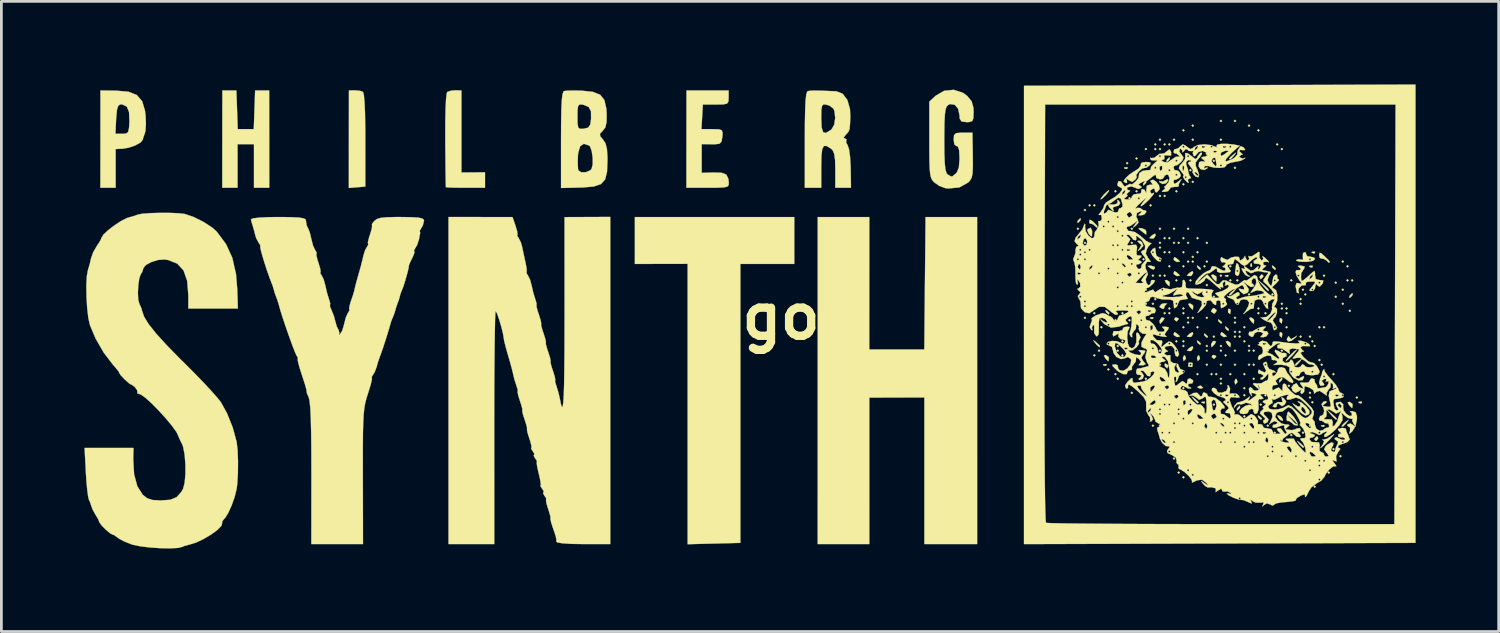
<source format=kicad_pcb>
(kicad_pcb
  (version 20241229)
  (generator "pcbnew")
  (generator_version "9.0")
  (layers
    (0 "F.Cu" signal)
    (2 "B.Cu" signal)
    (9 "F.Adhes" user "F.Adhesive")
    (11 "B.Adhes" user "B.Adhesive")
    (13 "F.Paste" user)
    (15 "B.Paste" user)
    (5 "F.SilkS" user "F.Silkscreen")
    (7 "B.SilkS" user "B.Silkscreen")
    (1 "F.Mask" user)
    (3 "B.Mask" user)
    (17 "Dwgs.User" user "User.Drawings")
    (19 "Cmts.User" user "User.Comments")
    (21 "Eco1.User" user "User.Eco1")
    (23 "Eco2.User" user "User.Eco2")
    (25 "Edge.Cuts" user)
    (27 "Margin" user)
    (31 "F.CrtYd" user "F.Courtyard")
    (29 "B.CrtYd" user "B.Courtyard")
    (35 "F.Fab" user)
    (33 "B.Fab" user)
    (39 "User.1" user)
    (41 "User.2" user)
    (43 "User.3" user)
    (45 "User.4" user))
  (footprint "logo"
    (layer "F.Cu")
    (at 24.072 8.388)
    (property "Reference" "logo" (at 0 0 0) (layer "F.SilkS") (effects (font (size 1.524 1.524) (thickness 0.3))))
    (attr through_hole)
    (fp_poly (pts (xy 21.84 3.979) (xy 21.825 3.968) (xy 21.83 3.959) (xy 21.84 3.979)) (stroke (width 0.01) (type solid)) (fill yes) (layer "F.SilkS"))
    (fp_poly (pts (xy 11.853 -3.175) (xy 11.811 -3.133) (xy 11.769 -3.175) (xy 11.811 -3.217) (xy 11.853 -3.175)) (stroke (width 0.01) (type solid)) (fill yes) (layer "F.SilkS"))
    (fp_poly (pts (xy 12.107 -3.852) (xy 12.065 -3.81) (xy 12.023 -3.852) (xy 12.065 -3.895) (xy 12.107 -3.852)) (stroke (width 0.01) (type solid)) (fill yes) (layer "F.SilkS"))
    (fp_poly (pts (xy 12.107 -2.667) (xy 12.065 -2.625) (xy 12.023 -2.667) (xy 12.065 -2.709) (xy 12.107 -2.667)) (stroke (width 0.01) (type solid)) (fill yes) (layer "F.SilkS"))
    (fp_poly (pts (xy 12.107 0.042) (xy 12.065 0.085) (xy 12.023 0.042) (xy 12.065 0) (xy 12.107 0.042)) (stroke (width 0.01) (type solid)) (fill yes) (layer "F.SilkS"))
    (fp_poly (pts (xy 12.277 -4.022) (xy 12.234 -3.979) (xy 12.192 -4.022) (xy 12.234 -4.064) (xy 12.277 -4.022)) (stroke (width 0.01) (type solid)) (fill yes) (layer "F.SilkS"))
    (fp_poly (pts (xy 12.446 -4.022) (xy 12.404 -3.979) (xy 12.361 -4.022) (xy 12.404 -4.064) (xy 12.446 -4.022)) (stroke (width 0.01) (type solid)) (fill yes) (layer "F.SilkS"))
    (fp_poly (pts (xy 12.446 -0.127) (xy 12.404 -0.085) (xy 12.361 -0.127) (xy 12.404 -0.169) (xy 12.446 -0.127)) (stroke (width 0.01) (type solid)) (fill yes) (layer "F.SilkS"))
    (fp_poly (pts (xy 12.446 1.397) (xy 12.404 1.439) (xy 12.361 1.397) (xy 12.404 1.355) (xy 12.446 1.397)) (stroke (width 0.01) (type solid)) (fill yes) (layer "F.SilkS"))
    (fp_poly (pts (xy 12.615 1.228) (xy 12.573 1.27) (xy 12.531 1.228) (xy 12.573 1.185) (xy 12.615 1.228)) (stroke (width 0.01) (type solid)) (fill yes) (layer "F.SilkS"))
    (fp_poly (pts (xy 12.7 0.381) (xy 12.658 0.423) (xy 12.615 0.381) (xy 12.658 0.339) (xy 12.7 0.381)) (stroke (width 0.01) (type solid)) (fill yes) (layer "F.SilkS"))
    (fp_poly (pts (xy 12.954 1.905) (xy 12.912 1.947) (xy 12.869 1.905) (xy 12.912 1.863) (xy 12.954 1.905)) (stroke (width 0.01) (type solid)) (fill yes) (layer "F.SilkS"))
    (fp_poly (pts (xy 13.208 -4.53) (xy 13.166 -4.487) (xy 13.123 -4.53) (xy 13.166 -4.572) (xy 13.208 -4.53)) (stroke (width 0.01) (type solid)) (fill yes) (layer "F.SilkS"))
    (fp_poly (pts (xy 13.208 0.127) (xy 13.166 0.169) (xy 13.123 0.127) (xy 13.166 0.085) (xy 13.208 0.127)) (stroke (width 0.01) (type solid)) (fill yes) (layer "F.SilkS"))
    (fp_poly (pts (xy 13.208 2.074) (xy 13.166 2.117) (xy 13.123 2.074) (xy 13.166 2.032) (xy 13.208 2.074)) (stroke (width 0.01) (type solid)) (fill yes) (layer "F.SilkS"))
    (fp_poly (pts (xy 13.293 1.058) (xy 13.25 1.101) (xy 13.208 1.058) (xy 13.25 1.016) (xy 13.293 1.058)) (stroke (width 0.01) (type solid)) (fill yes) (layer "F.SilkS"))
    (fp_poly (pts (xy 13.293 1.228) (xy 13.25 1.27) (xy 13.208 1.228) (xy 13.25 1.185) (xy 13.293 1.228)) (stroke (width 0.01) (type solid)) (fill yes) (layer "F.SilkS"))
    (fp_poly (pts (xy 13.293 2.244) (xy 13.25 2.286) (xy 13.208 2.244) (xy 13.25 2.201) (xy 13.293 2.244)) (stroke (width 0.01) (type solid)) (fill yes) (layer "F.SilkS"))
    (fp_poly (pts (xy 13.462 -0.127) (xy 13.42 -0.085) (xy 13.377 -0.127) (xy 13.42 -0.169) (xy 13.462 -0.127)) (stroke (width 0.01) (type solid)) (fill yes) (layer "F.SilkS"))
    (fp_poly (pts (xy 13.462 0.889) (xy 13.42 0.931) (xy 13.377 0.889) (xy 13.42 0.847) (xy 13.462 0.889)) (stroke (width 0.01) (type solid)) (fill yes) (layer "F.SilkS"))
    (fp_poly (pts (xy 13.462 1.397) (xy 13.42 1.439) (xy 13.377 1.397) (xy 13.42 1.355) (xy 13.462 1.397)) (stroke (width 0.01) (type solid)) (fill yes) (layer "F.SilkS"))
    (fp_poly (pts (xy 13.631 -5.546) (xy 13.589 -5.503) (xy 13.547 -5.546) (xy 13.589 -5.588) (xy 13.631 -5.546)) (stroke (width 0.01) (type solid)) (fill yes) (layer "F.SilkS"))
    (fp_poly (pts (xy 13.716 -4.276) (xy 13.674 -4.233) (xy 13.631 -4.276) (xy 13.674 -4.318) (xy 13.716 -4.276)) (stroke (width 0.01) (type solid)) (fill yes) (layer "F.SilkS"))
    (fp_poly (pts (xy 13.716 0.127) (xy 13.674 0.169) (xy 13.631 0.127) (xy 13.674 0.085) (xy 13.716 0.127)) (stroke (width 0.01) (type solid)) (fill yes) (layer "F.SilkS"))
    (fp_poly (pts (xy 13.801 -3.175) (xy 13.758 -3.133) (xy 13.716 -3.175) (xy 13.758 -3.217) (xy 13.801 -3.175)) (stroke (width 0.01) (type solid)) (fill yes) (layer "F.SilkS"))
    (fp_poly (pts (xy 13.801 -2.667) (xy 13.758 -2.625) (xy 13.716 -2.667) (xy 13.758 -2.709) (xy 13.801 -2.667)) (stroke (width 0.01) (type solid)) (fill yes) (layer "F.SilkS"))
    (fp_poly (pts (xy 13.801 2.752) (xy 13.758 2.794) (xy 13.716 2.752) (xy 13.758 2.709) (xy 13.801 2.752)) (stroke (width 0.01) (type solid)) (fill yes) (layer "F.SilkS"))
    (fp_poly (pts (xy 13.97 -5.715) (xy 13.928 -5.673) (xy 13.885 -5.715) (xy 13.928 -5.757) (xy 13.97 -5.715)) (stroke (width 0.01) (type solid)) (fill yes) (layer "F.SilkS"))
    (fp_poly (pts (xy 13.97 -4.53) (xy 13.928 -4.487) (xy 13.885 -4.53) (xy 13.928 -4.572) (xy 13.97 -4.53)) (stroke (width 0.01) (type solid)) (fill yes) (layer "F.SilkS"))
    (fp_poly (pts (xy 14.224 -2.074) (xy 14.182 -2.032) (xy 14.139 -2.074) (xy 14.182 -2.117) (xy 14.224 -2.074)) (stroke (width 0.01) (type solid)) (fill yes) (layer "F.SilkS"))
    (fp_poly (pts (xy 14.309 -6.054) (xy 14.266 -6.011) (xy 14.224 -6.054) (xy 14.266 -6.096) (xy 14.309 -6.054)) (stroke (width 0.01) (type solid)) (fill yes) (layer "F.SilkS"))
    (fp_poly (pts (xy 14.309 -0.974) (xy 14.266 -0.931) (xy 14.224 -0.974) (xy 14.266 -1.016) (xy 14.309 -0.974)) (stroke (width 0.01) (type solid)) (fill yes) (layer "F.SilkS"))
    (fp_poly (pts (xy 14.309 -0.466) (xy 14.266 -0.423) (xy 14.224 -0.466) (xy 14.266 -0.508) (xy 14.309 -0.466)) (stroke (width 0.01) (type solid)) (fill yes) (layer "F.SilkS"))
    (fp_poly (pts (xy 14.309 2.244) (xy 14.266 2.286) (xy 14.224 2.244) (xy 14.266 2.201) (xy 14.309 2.244)) (stroke (width 0.01) (type solid)) (fill yes) (layer "F.SilkS"))
    (fp_poly (pts (xy 14.478 -4.022) (xy 14.436 -3.979) (xy 14.393 -4.022) (xy 14.436 -4.064) (xy 14.478 -4.022)) (stroke (width 0.01) (type solid)) (fill yes) (layer "F.SilkS"))
    (fp_poly (pts (xy 14.563 -1.482) (xy 14.52 -1.439) (xy 14.478 -1.482) (xy 14.52 -1.524) (xy 14.563 -1.482)) (stroke (width 0.01) (type solid)) (fill yes) (layer "F.SilkS"))
    (fp_poly (pts (xy 14.563 -0.466) (xy 14.52 -0.423) (xy 14.478 -0.466) (xy 14.52 -0.508) (xy 14.563 -0.466)) (stroke (width 0.01) (type solid)) (fill yes) (layer "F.SilkS"))
    (fp_poly (pts (xy 14.563 3.937) (xy 14.52 3.979) (xy 14.478 3.937) (xy 14.52 3.895) (xy 14.563 3.937)) (stroke (width 0.01) (type solid)) (fill yes) (layer "F.SilkS"))
    (fp_poly (pts (xy 14.647 -6.223) (xy 14.605 -6.181) (xy 14.563 -6.223) (xy 14.605 -6.265) (xy 14.647 -6.223)) (stroke (width 0.01) (type solid)) (fill yes) (layer "F.SilkS"))
    (fp_poly (pts (xy 14.647 -6.054) (xy 14.605 -6.011) (xy 14.563 -6.054) (xy 14.605 -6.096) (xy 14.647 -6.054)) (stroke (width 0.01) (type solid)) (fill yes) (layer "F.SilkS"))
    (fp_poly (pts (xy 14.647 -0.635) (xy 14.605 -0.593) (xy 14.563 -0.635) (xy 14.605 -0.677) (xy 14.647 -0.635)) (stroke (width 0.01) (type solid)) (fill yes) (layer "F.SilkS"))
    (fp_poly (pts (xy 14.817 -6.392) (xy 14.774 -6.35) (xy 14.732 -6.392) (xy 14.774 -6.435) (xy 14.817 -6.392)) (stroke (width 0.01) (type solid)) (fill yes) (layer "F.SilkS"))
    (fp_poly (pts (xy 14.817 -6.054) (xy 14.774 -6.011) (xy 14.732 -6.054) (xy 14.774 -6.096) (xy 14.817 -6.054)) (stroke (width 0.01) (type solid)) (fill yes) (layer "F.SilkS"))
    (fp_poly (pts (xy 14.817 -4.36) (xy 14.774 -4.318) (xy 14.732 -4.36) (xy 14.774 -4.403) (xy 14.817 -4.36)) (stroke (width 0.01) (type solid)) (fill yes) (layer "F.SilkS"))
    (fp_poly (pts (xy 14.817 -3.175) (xy 14.774 -3.133) (xy 14.732 -3.175) (xy 14.774 -3.217) (xy 14.817 -3.175)) (stroke (width 0.01) (type solid)) (fill yes) (layer "F.SilkS"))
    (fp_poly (pts (xy 14.817 -2.667) (xy 14.774 -2.625) (xy 14.732 -2.667) (xy 14.774 -2.709) (xy 14.817 -2.667)) (stroke (width 0.01) (type solid)) (fill yes) (layer "F.SilkS"))
    (fp_poly (pts (xy 14.817 -2.498) (xy 14.774 -2.455) (xy 14.732 -2.498) (xy 14.774 -2.54) (xy 14.817 -2.498)) (stroke (width 0.01) (type solid)) (fill yes) (layer "F.SilkS"))
    (fp_poly (pts (xy 14.817 -1.482) (xy 14.774 -1.439) (xy 14.732 -1.482) (xy 14.774 -1.524) (xy 14.817 -1.482)) (stroke (width 0.01) (type solid)) (fill yes) (layer "F.SilkS"))
    (fp_poly (pts (xy 14.817 1.228) (xy 14.774 1.27) (xy 14.732 1.228) (xy 14.774 1.185) (xy 14.817 1.228)) (stroke (width 0.01) (type solid)) (fill yes) (layer "F.SilkS"))
    (fp_poly (pts (xy 14.817 1.736) (xy 14.774 1.778) (xy 14.732 1.736) (xy 14.774 1.693) (xy 14.817 1.736)) (stroke (width 0.01) (type solid)) (fill yes) (layer "F.SilkS"))
    (fp_poly (pts (xy 14.817 3.937) (xy 14.774 3.979) (xy 14.732 3.937) (xy 14.774 3.895) (xy 14.817 3.937)) (stroke (width 0.01) (type solid)) (fill yes) (layer "F.SilkS"))
    (fp_poly (pts (xy 14.986 -6.223) (xy 14.944 -6.181) (xy 14.901 -6.223) (xy 14.944 -6.265) (xy 14.986 -6.223)) (stroke (width 0.01) (type solid)) (fill yes) (layer "F.SilkS"))
    (fp_poly (pts (xy 14.986 -4.36) (xy 14.944 -4.318) (xy 14.901 -4.36) (xy 14.944 -4.403) (xy 14.986 -4.36)) (stroke (width 0.01) (type solid)) (fill yes) (layer "F.SilkS"))
    (fp_poly (pts (xy 14.986 -2.836) (xy 14.944 -2.794) (xy 14.901 -2.836) (xy 14.944 -2.879) (xy 14.986 -2.836)) (stroke (width 0.01) (type solid)) (fill yes) (layer "F.SilkS"))
    (fp_poly (pts (xy 14.986 -2.328) (xy 14.944 -2.286) (xy 14.901 -2.328) (xy 14.944 -2.371) (xy 14.986 -2.328)) (stroke (width 0.01) (type solid)) (fill yes) (layer "F.SilkS"))
    (fp_poly (pts (xy 14.986 -1.482) (xy 14.944 -1.439) (xy 14.901 -1.482) (xy 14.944 -1.524) (xy 14.986 -1.482)) (stroke (width 0.01) (type solid)) (fill yes) (layer "F.SilkS"))
    (fp_poly (pts (xy 14.986 -0.127) (xy 14.944 -0.085) (xy 14.901 -0.127) (xy 14.944 -0.169) (xy 14.986 -0.127)) (stroke (width 0.01) (type solid)) (fill yes) (layer "F.SilkS"))
    (fp_poly (pts (xy 15.155 -6.223) (xy 15.113 -6.181) (xy 15.071 -6.223) (xy 15.113 -6.265) (xy 15.155 -6.223)) (stroke (width 0.01) (type solid)) (fill yes) (layer "F.SilkS"))
    (fp_poly (pts (xy 15.155 -2.836) (xy 15.113 -2.794) (xy 15.071 -2.836) (xy 15.113 -2.879) (xy 15.155 -2.836)) (stroke (width 0.01) (type solid)) (fill yes) (layer "F.SilkS"))
    (fp_poly (pts (xy 15.155 -2.328) (xy 15.113 -2.286) (xy 15.071 -2.328) (xy 15.113 -2.371) (xy 15.155 -2.328)) (stroke (width 0.01) (type solid)) (fill yes) (layer "F.SilkS"))
    (fp_poly (pts (xy 15.155 -1.82) (xy 15.113 -1.778) (xy 15.071 -1.82) (xy 15.113 -1.863) (xy 15.155 -1.82)) (stroke (width 0.01) (type solid)) (fill yes) (layer "F.SilkS"))
    (fp_poly (pts (xy 15.155 -0.296) (xy 15.113 -0.254) (xy 15.071 -0.296) (xy 15.113 -0.339) (xy 15.155 -0.296)) (stroke (width 0.01) (type solid)) (fill yes) (layer "F.SilkS"))
    (fp_poly (pts (xy 15.155 -0.127) (xy 15.113 -0.085) (xy 15.071 -0.127) (xy 15.113 -0.169) (xy 15.155 -0.127)) (stroke (width 0.01) (type solid)) (fill yes) (layer "F.SilkS"))
    (fp_poly (pts (xy 15.325 -6.392) (xy 15.282 -6.35) (xy 15.24 -6.392) (xy 15.282 -6.435) (xy 15.325 -6.392)) (stroke (width 0.01) (type solid)) (fill yes) (layer "F.SilkS"))
    (fp_poly (pts (xy 15.325 -3.175) (xy 15.282 -3.133) (xy 15.24 -3.175) (xy 15.282 -3.217) (xy 15.325 -3.175)) (stroke (width 0.01) (type solid)) (fill yes) (layer "F.SilkS"))
    (fp_poly (pts (xy 15.325 -2.667) (xy 15.282 -2.625) (xy 15.24 -2.667) (xy 15.282 -2.709) (xy 15.325 -2.667)) (stroke (width 0.01) (type solid)) (fill yes) (layer "F.SilkS"))
    (fp_poly (pts (xy 15.325 5.122) (xy 15.282 5.165) (xy 15.24 5.122) (xy 15.282 5.08) (xy 15.325 5.122)) (stroke (width 0.01) (type solid)) (fill yes) (layer "F.SilkS"))
    (fp_poly (pts (xy 15.409 -4.53) (xy 15.367 -4.487) (xy 15.325 -4.53) (xy 15.367 -4.572) (xy 15.409 -4.53)) (stroke (width 0.01) (type solid)) (fill yes) (layer "F.SilkS"))
    (fp_poly (pts (xy 15.409 -1.312) (xy 15.367 -1.27) (xy 15.325 -1.312) (xy 15.367 -1.355) (xy 15.409 -1.312)) (stroke (width 0.01) (type solid)) (fill yes) (layer "F.SilkS"))
    (fp_poly (pts (xy 15.409 0.889) (xy 15.367 0.931) (xy 15.325 0.889) (xy 15.367 0.847) (xy 15.409 0.889)) (stroke (width 0.01) (type solid)) (fill yes) (layer "F.SilkS"))
    (fp_poly (pts (xy 15.494 -2.667) (xy 15.452 -2.625) (xy 15.409 -2.667) (xy 15.452 -2.709) (xy 15.494 -2.667)) (stroke (width 0.01) (type solid)) (fill yes) (layer "F.SilkS"))
    (fp_poly (pts (xy 15.494 5.63) (xy 15.452 5.673) (xy 15.409 5.63) (xy 15.452 5.588) (xy 15.494 5.63)) (stroke (width 0.01) (type solid)) (fill yes) (layer "F.SilkS"))
    (fp_poly (pts (xy 15.663 -6.731) (xy 15.621 -6.689) (xy 15.579 -6.731) (xy 15.621 -6.773) (xy 15.663 -6.731)) (stroke (width 0.01) (type solid)) (fill yes) (layer "F.SilkS"))
    (fp_poly (pts (xy 15.663 -4.784) (xy 15.621 -4.741) (xy 15.579 -4.784) (xy 15.621 -4.826) (xy 15.663 -4.784)) (stroke (width 0.01) (type solid)) (fill yes) (layer "F.SilkS"))
    (fp_poly (pts (xy 15.663 -2.836) (xy 15.621 -2.794) (xy 15.579 -2.836) (xy 15.621 -2.879) (xy 15.663 -2.836)) (stroke (width 0.01) (type solid)) (fill yes) (layer "F.SilkS"))
    (fp_poly (pts (xy 15.663 -2.328) (xy 15.621 -2.286) (xy 15.579 -2.328) (xy 15.621 -2.371) (xy 15.663 -2.328)) (stroke (width 0.01) (type solid)) (fill yes) (layer "F.SilkS"))
    (fp_poly (pts (xy 15.663 -1.82) (xy 15.621 -1.778) (xy 15.579 -1.82) (xy 15.621 -1.863) (xy 15.663 -1.82)) (stroke (width 0.01) (type solid)) (fill yes) (layer "F.SilkS"))
    (fp_poly (pts (xy 15.663 -0.296) (xy 15.621 -0.254) (xy 15.579 -0.296) (xy 15.621 -0.339) (xy 15.663 -0.296)) (stroke (width 0.01) (type solid)) (fill yes) (layer "F.SilkS"))
    (fp_poly (pts (xy 15.663 -0.127) (xy 15.621 -0.085) (xy 15.579 -0.127) (xy 15.621 -0.169) (xy 15.663 -0.127)) (stroke (width 0.01) (type solid)) (fill yes) (layer "F.SilkS"))
    (fp_poly (pts (xy 15.663 0.381) (xy 15.621 0.423) (xy 15.579 0.381) (xy 15.621 0.339) (xy 15.663 0.381)) (stroke (width 0.01) (type solid)) (fill yes) (layer "F.SilkS"))
    (fp_poly (pts (xy 15.663 0.889) (xy 15.621 0.931) (xy 15.579 0.889) (xy 15.621 0.847) (xy 15.663 0.889)) (stroke (width 0.01) (type solid)) (fill yes) (layer "F.SilkS"))
    (fp_poly (pts (xy 15.663 1.058) (xy 15.621 1.101) (xy 15.579 1.058) (xy 15.621 1.016) (xy 15.663 1.058)) (stroke (width 0.01) (type solid)) (fill yes) (layer "F.SilkS"))
    (fp_poly (pts (xy 15.663 2.582) (xy 15.621 2.625) (xy 15.579 2.582) (xy 15.621 2.54) (xy 15.663 2.582)) (stroke (width 0.01) (type solid)) (fill yes) (layer "F.SilkS"))
    (fp_poly (pts (xy 15.663 5.8) (xy 15.621 5.842) (xy 15.579 5.8) (xy 15.621 5.757) (xy 15.663 5.8)) (stroke (width 0.01) (type solid)) (fill yes) (layer "F.SilkS"))
    (fp_poly (pts (xy 15.833 -3.175) (xy 15.79 -3.133) (xy 15.748 -3.175) (xy 15.79 -3.217) (xy 15.833 -3.175)) (stroke (width 0.01) (type solid)) (fill yes) (layer "F.SilkS"))
    (fp_poly (pts (xy 15.833 -2.667) (xy 15.79 -2.625) (xy 15.748 -2.667) (xy 15.79 -2.709) (xy 15.833 -2.667)) (stroke (width 0.01) (type solid)) (fill yes) (layer "F.SilkS"))
    (fp_poly (pts (xy 15.833 -1.99) (xy 15.79 -1.947) (xy 15.748 -1.99) (xy 15.79 -2.032) (xy 15.833 -1.99)) (stroke (width 0.01) (type solid)) (fill yes) (layer "F.SilkS"))
    (fp_poly (pts (xy 15.833 0.042) (xy 15.79 0.085) (xy 15.748 0.042) (xy 15.79 0) (xy 15.833 0.042)) (stroke (width 0.01) (type solid)) (fill yes) (layer "F.SilkS"))
    (fp_poly (pts (xy 15.833 0.212) (xy 15.79 0.254) (xy 15.748 0.212) (xy 15.79 0.169) (xy 15.833 0.212)) (stroke (width 0.01) (type solid)) (fill yes) (layer "F.SilkS"))
    (fp_poly (pts (xy 15.917 -5.292) (xy 15.875 -5.249) (xy 15.833 -5.292) (xy 15.875 -5.334) (xy 15.917 -5.292)) (stroke (width 0.01) (type solid)) (fill yes) (layer "F.SilkS"))
    (fp_poly (pts (xy 15.917 -1.312) (xy 15.875 -1.27) (xy 15.833 -1.312) (xy 15.875 -1.355) (xy 15.917 -1.312)) (stroke (width 0.01) (type solid)) (fill yes) (layer "F.SilkS"))
    (fp_poly (pts (xy 16.002 -6.9) (xy 15.96 -6.858) (xy 15.917 -6.9) (xy 15.96 -6.943) (xy 16.002 -6.9)) (stroke (width 0.01) (type solid)) (fill yes) (layer "F.SilkS"))
    (fp_poly (pts (xy 16.002 -6.392) (xy 15.96 -6.35) (xy 15.917 -6.392) (xy 15.96 -6.435) (xy 16.002 -6.392)) (stroke (width 0.01) (type solid)) (fill yes) (layer "F.SilkS"))
    (fp_poly (pts (xy 16.002 -4.868) (xy 15.96 -4.826) (xy 15.917 -4.868) (xy 15.96 -4.911) (xy 16.002 -4.868)) (stroke (width 0.01) (type solid)) (fill yes) (layer "F.SilkS"))
    (fp_poly (pts (xy 16.002 -2.159) (xy 15.96 -2.117) (xy 15.917 -2.159) (xy 15.96 -2.201) (xy 16.002 -2.159)) (stroke (width 0.01) (type solid)) (fill yes) (layer "F.SilkS"))
    (fp_poly (pts (xy 16.002 -1.99) (xy 15.96 -1.947) (xy 15.917 -1.99) (xy 15.96 -2.032) (xy 16.002 -1.99)) (stroke (width 0.01) (type solid)) (fill yes) (layer "F.SilkS"))
    (fp_poly (pts (xy 16.002 0.042) (xy 15.96 0.085) (xy 15.917 0.042) (xy 15.96 0) (xy 16.002 0.042)) (stroke (width 0.01) (type solid)) (fill yes) (layer "F.SilkS"))
    (fp_poly (pts (xy 16.171 -2.836) (xy 16.129 -2.794) (xy 16.087 -2.836) (xy 16.129 -2.879) (xy 16.171 -2.836)) (stroke (width 0.01) (type solid)) (fill yes) (layer "F.SilkS"))
    (fp_poly (pts (xy 16.171 -2.328) (xy 16.129 -2.286) (xy 16.087 -2.328) (xy 16.129 -2.371) (xy 16.171 -2.328)) (stroke (width 0.01) (type solid)) (fill yes) (layer "F.SilkS"))
    (fp_poly (pts (xy 16.171 0.381) (xy 16.129 0.423) (xy 16.087 0.381) (xy 16.129 0.339) (xy 16.171 0.381)) (stroke (width 0.01) (type solid)) (fill yes) (layer "F.SilkS"))
    (fp_poly (pts (xy 16.171 2.074) (xy 16.129 2.117) (xy 16.087 2.074) (xy 16.129 2.032) (xy 16.171 2.074)) (stroke (width 0.01) (type solid)) (fill yes) (layer "F.SilkS"))
    (fp_poly (pts (xy 16.425 -1.82) (xy 16.383 -1.778) (xy 16.341 -1.82) (xy 16.383 -1.863) (xy 16.425 -1.82)) (stroke (width 0.01) (type solid)) (fill yes) (layer "F.SilkS"))
    (fp_poly (pts (xy 16.51 -5.884) (xy 16.468 -5.842) (xy 16.425 -5.884) (xy 16.468 -5.927) (xy 16.51 -5.884)) (stroke (width 0.01) (type solid)) (fill yes) (layer "F.SilkS"))
    (fp_poly (pts (xy 16.51 -2.667) (xy 16.468 -2.625) (xy 16.425 -2.667) (xy 16.468 -2.709) (xy 16.51 -2.667)) (stroke (width 0.01) (type solid)) (fill yes) (layer "F.SilkS"))
    (fp_poly (pts (xy 16.51 -1.99) (xy 16.468 -1.947) (xy 16.425 -1.99) (xy 16.468 -2.032) (xy 16.51 -1.99)) (stroke (width 0.01) (type solid)) (fill yes) (layer "F.SilkS"))
    (fp_poly (pts (xy 16.51 -1.143) (xy 16.468 -1.101) (xy 16.425 -1.143) (xy 16.468 -1.185) (xy 16.51 -1.143)) (stroke (width 0.01) (type solid)) (fill yes) (layer "F.SilkS"))
    (fp_poly (pts (xy 16.51 0.042) (xy 16.468 0.085) (xy 16.425 0.042) (xy 16.468 0) (xy 16.51 0.042)) (stroke (width 0.01) (type solid)) (fill yes) (layer "F.SilkS"))
    (fp_poly (pts (xy 16.51 1.058) (xy 16.468 1.101) (xy 16.425 1.058) (xy 16.468 1.016) (xy 16.51 1.058)) (stroke (width 0.01) (type solid)) (fill yes) (layer "F.SilkS"))
    (fp_poly (pts (xy 16.51 1.228) (xy 16.468 1.27) (xy 16.425 1.228) (xy 16.468 1.185) (xy 16.51 1.228)) (stroke (width 0.01) (type solid)) (fill yes) (layer "F.SilkS"))
    (fp_poly (pts (xy 16.51 1.736) (xy 16.468 1.778) (xy 16.425 1.736) (xy 16.468 1.693) (xy 16.51 1.736)) (stroke (width 0.01) (type solid)) (fill yes) (layer "F.SilkS"))
    (fp_poly (pts (xy 16.679 2.074) (xy 16.637 2.117) (xy 16.595 2.074) (xy 16.637 2.032) (xy 16.679 2.074)) (stroke (width 0.01) (type solid)) (fill yes) (layer "F.SilkS"))
    (fp_poly (pts (xy 16.764 -5.63) (xy 16.722 -5.588) (xy 16.679 -5.63) (xy 16.722 -5.673) (xy 16.764 -5.63)) (stroke (width 0.01) (type solid)) (fill yes) (layer "F.SilkS"))
    (fp_poly (pts (xy 16.764 -0.72) (xy 16.722 -0.677) (xy 16.679 -0.72) (xy 16.722 -0.762) (xy 16.764 -0.72)) (stroke (width 0.01) (type solid)) (fill yes) (layer "F.SilkS"))
    (fp_poly (pts (xy 16.764 0.72) (xy 16.722 0.762) (xy 16.679 0.72) (xy 16.722 0.677) (xy 16.764 0.72)) (stroke (width 0.01) (type solid)) (fill yes) (layer "F.SilkS"))
    (fp_poly (pts (xy 16.764 3.175) (xy 16.722 3.217) (xy 16.679 3.175) (xy 16.722 3.133) (xy 16.764 3.175)) (stroke (width 0.01) (type solid)) (fill yes) (layer "F.SilkS"))
    (fp_poly (pts (xy 16.849 2.074) (xy 16.806 2.117) (xy 16.764 2.074) (xy 16.806 2.032) (xy 16.849 2.074)) (stroke (width 0.01) (type solid)) (fill yes) (layer "F.SilkS"))
    (fp_poly (pts (xy 17.018 -7.07) (xy 16.976 -7.027) (xy 16.933 -7.07) (xy 16.976 -7.112) (xy 17.018 -7.07)) (stroke (width 0.01) (type solid)) (fill yes) (layer "F.SilkS"))
    (fp_poly (pts (xy 17.018 -6.392) (xy 16.976 -6.35) (xy 16.933 -6.392) (xy 16.976 -6.435) (xy 17.018 -6.392)) (stroke (width 0.01) (type solid)) (fill yes) (layer "F.SilkS"))
    (fp_poly (pts (xy 17.018 -1.482) (xy 16.976 -1.439) (xy 16.933 -1.482) (xy 16.976 -1.524) (xy 17.018 -1.482)) (stroke (width 0.01) (type solid)) (fill yes) (layer "F.SilkS"))
    (fp_poly (pts (xy 17.018 1.058) (xy 16.976 1.101) (xy 16.933 1.058) (xy 16.976 1.016) (xy 17.018 1.058)) (stroke (width 0.01) (type solid)) (fill yes) (layer "F.SilkS"))
    (fp_poly (pts (xy 17.018 1.228) (xy 16.976 1.27) (xy 16.933 1.228) (xy 16.976 1.185) (xy 17.018 1.228)) (stroke (width 0.01) (type solid)) (fill yes) (layer "F.SilkS"))
    (fp_poly (pts (xy 17.018 1.736) (xy 16.976 1.778) (xy 16.933 1.736) (xy 16.976 1.693) (xy 17.018 1.736)) (stroke (width 0.01) (type solid)) (fill yes) (layer "F.SilkS"))
    (fp_poly (pts (xy 17.018 2.244) (xy 16.976 2.286) (xy 16.933 2.244) (xy 16.976 2.201) (xy 17.018 2.244)) (stroke (width 0.01) (type solid)) (fill yes) (layer "F.SilkS"))
    (fp_poly (pts (xy 17.018 2.413) (xy 16.976 2.455) (xy 16.933 2.413) (xy 16.976 2.371) (xy 17.018 2.413)) (stroke (width 0.01) (type solid)) (fill yes) (layer "F.SilkS"))
    (fp_poly (pts (xy 17.187 1.397) (xy 17.145 1.439) (xy 17.103 1.397) (xy 17.145 1.355) (xy 17.187 1.397)) (stroke (width 0.01) (type solid)) (fill yes) (layer "F.SilkS"))
    (fp_poly (pts (xy 17.357 -1.82) (xy 17.314 -1.778) (xy 17.272 -1.82) (xy 17.314 -1.863) (xy 17.357 -1.82)) (stroke (width 0.01) (type solid)) (fill yes) (layer "F.SilkS"))
    (fp_poly (pts (xy 17.357 -1.312) (xy 17.314 -1.27) (xy 17.272 -1.312) (xy 17.314 -1.355) (xy 17.357 -1.312)) (stroke (width 0.01) (type solid)) (fill yes) (layer "F.SilkS"))
    (fp_poly (pts (xy 17.357 2.074) (xy 17.314 2.117) (xy 17.272 2.074) (xy 17.314 2.032) (xy 17.357 2.074)) (stroke (width 0.01) (type solid)) (fill yes) (layer "F.SilkS"))
    (fp_poly (pts (xy 17.526 -7.07) (xy 17.484 -7.027) (xy 17.441 -7.07) (xy 17.484 -7.112) (xy 17.526 -7.07)) (stroke (width 0.01) (type solid)) (fill yes) (layer "F.SilkS"))
    (fp_poly (pts (xy 17.526 -5.376) (xy 17.484 -5.334) (xy 17.441 -5.376) (xy 17.484 -5.419) (xy 17.526 -5.376)) (stroke (width 0.01) (type solid)) (fill yes) (layer "F.SilkS"))
    (fp_poly (pts (xy 17.526 0.042) (xy 17.484 0.085) (xy 17.441 0.042) (xy 17.484 0) (xy 17.526 0.042)) (stroke (width 0.01) (type solid)) (fill yes) (layer "F.SilkS"))
    (fp_poly (pts (xy 17.526 0.212) (xy 17.484 0.254) (xy 17.441 0.212) (xy 17.484 0.169) (xy 17.526 0.212)) (stroke (width 0.01) (type solid)) (fill yes) (layer "F.SilkS"))
    (fp_poly (pts (xy 17.526 0.55) (xy 17.484 0.593) (xy 17.441 0.55) (xy 17.484 0.508) (xy 17.526 0.55)) (stroke (width 0.01) (type solid)) (fill yes) (layer "F.SilkS"))
    (fp_poly (pts (xy 17.526 0.72) (xy 17.484 0.762) (xy 17.441 0.72) (xy 17.484 0.677) (xy 17.526 0.72)) (stroke (width 0.01) (type solid)) (fill yes) (layer "F.SilkS"))
    (fp_poly (pts (xy 17.526 1.228) (xy 17.484 1.27) (xy 17.441 1.228) (xy 17.484 1.185) (xy 17.526 1.228)) (stroke (width 0.01) (type solid)) (fill yes) (layer "F.SilkS"))
    (fp_poly (pts (xy 17.526 1.736) (xy 17.484 1.778) (xy 17.441 1.736) (xy 17.484 1.693) (xy 17.526 1.736)) (stroke (width 0.01) (type solid)) (fill yes) (layer "F.SilkS"))
    (fp_poly (pts (xy 17.611 -1.312) (xy 17.568 -1.27) (xy 17.526 -1.312) (xy 17.568 -1.355) (xy 17.611 -1.312)) (stroke (width 0.01) (type solid)) (fill yes) (layer "F.SilkS"))
    (fp_poly (pts (xy 17.695 0.55) (xy 17.653 0.593) (xy 17.611 0.55) (xy 17.653 0.508) (xy 17.695 0.55)) (stroke (width 0.01) (type solid)) (fill yes) (layer "F.SilkS"))
    (fp_poly (pts (xy 17.695 0.72) (xy 17.653 0.762) (xy 17.611 0.72) (xy 17.653 0.677) (xy 17.695 0.72)) (stroke (width 0.01) (type solid)) (fill yes) (layer "F.SilkS"))
    (fp_poly (pts (xy 17.865 0.381) (xy 17.822 0.423) (xy 17.78 0.381) (xy 17.822 0.339) (xy 17.865 0.381)) (stroke (width 0.01) (type solid)) (fill yes) (layer "F.SilkS"))
    (fp_poly (pts (xy 17.865 0.889) (xy 17.822 0.931) (xy 17.78 0.889) (xy 17.822 0.847) (xy 17.865 0.889)) (stroke (width 0.01) (type solid)) (fill yes) (layer "F.SilkS"))
    (fp_poly (pts (xy 17.865 2.074) (xy 17.822 2.117) (xy 17.78 2.074) (xy 17.822 2.032) (xy 17.865 2.074)) (stroke (width 0.01) (type solid)) (fill yes) (layer "F.SilkS"))
    (fp_poly (pts (xy 17.865 2.582) (xy 17.822 2.625) (xy 17.78 2.582) (xy 17.822 2.54) (xy 17.865 2.582)) (stroke (width 0.01) (type solid)) (fill yes) (layer "F.SilkS"))
    (fp_poly (pts (xy 17.865 2.836) (xy 17.822 2.879) (xy 17.78 2.836) (xy 17.822 2.794) (xy 17.865 2.836)) (stroke (width 0.01) (type solid)) (fill yes) (layer "F.SilkS"))
    (fp_poly (pts (xy 17.865 3.598) (xy 17.822 3.641) (xy 17.78 3.598) (xy 17.822 3.556) (xy 17.865 3.598)) (stroke (width 0.01) (type solid)) (fill yes) (layer "F.SilkS"))
    (fp_poly (pts (xy 18.034 -6.9) (xy 17.992 -6.858) (xy 17.949 -6.9) (xy 17.992 -6.943) (xy 18.034 -6.9)) (stroke (width 0.01) (type solid)) (fill yes) (layer "F.SilkS"))
    (fp_poly (pts (xy 18.034 -0.804) (xy 17.992 -0.762) (xy 17.949 -0.804) (xy 17.992 -0.847) (xy 18.034 -0.804)) (stroke (width 0.01) (type solid)) (fill yes) (layer "F.SilkS"))
    (fp_poly (pts (xy 18.034 1.058) (xy 17.992 1.101) (xy 17.949 1.058) (xy 17.992 1.016) (xy 18.034 1.058)) (stroke (width 0.01) (type solid)) (fill yes) (layer "F.SilkS"))
    (fp_poly (pts (xy 18.034 1.228) (xy 17.992 1.27) (xy 17.949 1.228) (xy 17.992 1.185) (xy 18.034 1.228)) (stroke (width 0.01) (type solid)) (fill yes) (layer "F.SilkS"))
    (fp_poly (pts (xy 18.034 1.736) (xy 17.992 1.778) (xy 17.949 1.736) (xy 17.992 1.693) (xy 18.034 1.736)) (stroke (width 0.01) (type solid)) (fill yes) (layer "F.SilkS"))
    (fp_poly (pts (xy 18.203 1.228) (xy 18.161 1.27) (xy 18.119 1.228) (xy 18.161 1.185) (xy 18.203 1.228)) (stroke (width 0.01) (type solid)) (fill yes) (layer "F.SilkS"))
    (fp_poly (pts (xy 18.203 1.736) (xy 18.161 1.778) (xy 18.119 1.736) (xy 18.161 1.693) (xy 18.203 1.736)) (stroke (width 0.01) (type solid)) (fill yes) (layer "F.SilkS"))
    (fp_poly (pts (xy 18.203 2.244) (xy 18.161 2.286) (xy 18.119 2.244) (xy 18.161 2.201) (xy 18.203 2.244)) (stroke (width 0.01) (type solid)) (fill yes) (layer "F.SilkS"))
    (fp_poly (pts (xy 18.373 -6.731) (xy 18.33 -6.689) (xy 18.288 -6.731) (xy 18.33 -6.773) (xy 18.373 -6.731)) (stroke (width 0.01) (type solid)) (fill yes) (layer "F.SilkS"))
    (fp_poly (pts (xy 18.373 -0.296) (xy 18.33 -0.254) (xy 18.288 -0.296) (xy 18.33 -0.339) (xy 18.373 -0.296)) (stroke (width 0.01) (type solid)) (fill yes) (layer "F.SilkS"))
    (fp_poly (pts (xy 18.373 -0.127) (xy 18.33 -0.085) (xy 18.288 -0.127) (xy 18.33 -0.169) (xy 18.373 -0.127)) (stroke (width 0.01) (type solid)) (fill yes) (layer "F.SilkS"))
    (fp_poly (pts (xy 18.457 3.175) (xy 18.415 3.217) (xy 18.373 3.175) (xy 18.415 3.133) (xy 18.457 3.175)) (stroke (width 0.01) (type solid)) (fill yes) (layer "F.SilkS"))
    (fp_poly (pts (xy 18.627 -0.127) (xy 18.584 -0.085) (xy 18.542 -0.127) (xy 18.584 -0.169) (xy 18.627 -0.127)) (stroke (width 0.01) (type solid)) (fill yes) (layer "F.SilkS"))
    (fp_poly (pts (xy 18.627 2.836) (xy 18.584 2.879) (xy 18.542 2.836) (xy 18.584 2.794) (xy 18.627 2.836)) (stroke (width 0.01) (type solid)) (fill yes) (layer "F.SilkS"))
    (fp_poly (pts (xy 18.711 1.228) (xy 18.669 1.27) (xy 18.627 1.228) (xy 18.669 1.185) (xy 18.711 1.228)) (stroke (width 0.01) (type solid)) (fill yes) (layer "F.SilkS"))
    (fp_poly (pts (xy 18.711 3.937) (xy 18.669 3.979) (xy 18.627 3.937) (xy 18.669 3.895) (xy 18.711 3.937)) (stroke (width 0.01) (type solid)) (fill yes) (layer "F.SilkS"))
    (fp_poly (pts (xy 18.881 -0.804) (xy 18.838 -0.762) (xy 18.796 -0.804) (xy 18.838 -0.847) (xy 18.881 -0.804)) (stroke (width 0.01) (type solid)) (fill yes) (layer "F.SilkS"))
    (fp_poly (pts (xy 18.965 4.191) (xy 18.923 4.233) (xy 18.881 4.191) (xy 18.923 4.149) (xy 18.965 4.191)) (stroke (width 0.01) (type solid)) (fill yes) (layer "F.SilkS"))
    (fp_poly (pts (xy 19.05 -6.223) (xy 19.008 -6.181) (xy 18.965 -6.223) (xy 19.008 -6.265) (xy 19.05 -6.223)) (stroke (width 0.01) (type solid)) (fill yes) (layer "F.SilkS"))
    (fp_poly (pts (xy 19.219 -6.054) (xy 19.177 -6.011) (xy 19.135 -6.054) (xy 19.177 -6.096) (xy 19.219 -6.054)) (stroke (width 0.01) (type solid)) (fill yes) (layer "F.SilkS"))
    (fp_poly (pts (xy 19.219 -5.376) (xy 19.177 -5.334) (xy 19.135 -5.376) (xy 19.177 -5.419) (xy 19.219 -5.376)) (stroke (width 0.01) (type solid)) (fill yes) (layer "F.SilkS"))
    (fp_poly (pts (xy 19.219 -0.466) (xy 19.177 -0.423) (xy 19.135 -0.466) (xy 19.177 -0.508) (xy 19.219 -0.466)) (stroke (width 0.01) (type solid)) (fill yes) (layer "F.SilkS"))
    (fp_poly (pts (xy 19.219 -0.296) (xy 19.177 -0.254) (xy 19.135 -0.296) (xy 19.177 -0.339) (xy 19.219 -0.296)) (stroke (width 0.01) (type solid)) (fill yes) (layer "F.SilkS"))
    (fp_poly (pts (xy 19.219 1.228) (xy 19.177 1.27) (xy 19.135 1.228) (xy 19.177 1.185) (xy 19.219 1.228)) (stroke (width 0.01) (type solid)) (fill yes) (layer "F.SilkS"))
    (fp_poly (pts (xy 19.219 4.445) (xy 19.177 4.487) (xy 19.135 4.445) (xy 19.177 4.403) (xy 19.219 4.445)) (stroke (width 0.01) (type solid)) (fill yes) (layer "F.SilkS"))
    (fp_poly (pts (xy 19.389 -0.296) (xy 19.346 -0.254) (xy 19.304 -0.296) (xy 19.346 -0.339) (xy 19.389 -0.296)) (stroke (width 0.01) (type solid)) (fill yes) (layer "F.SilkS"))
    (fp_poly (pts (xy 19.389 -0.127) (xy 19.346 -0.085) (xy 19.304 -0.127) (xy 19.346 -0.169) (xy 19.389 -0.127)) (stroke (width 0.01) (type solid)) (fill yes) (layer "F.SilkS"))
    (fp_poly (pts (xy 19.389 0.381) (xy 19.346 0.423) (xy 19.304 0.381) (xy 19.346 0.339) (xy 19.389 0.381)) (stroke (width 0.01) (type solid)) (fill yes) (layer "F.SilkS"))
    (fp_poly (pts (xy 19.473 2.498) (xy 19.431 2.54) (xy 19.389 2.498) (xy 19.431 2.455) (xy 19.473 2.498)) (stroke (width 0.01) (type solid)) (fill yes) (layer "F.SilkS"))
    (fp_poly (pts (xy 19.558 -1.312) (xy 19.516 -1.27) (xy 19.473 -1.312) (xy 19.516 -1.355) (xy 19.558 -1.312)) (stroke (width 0.01) (type solid)) (fill yes) (layer "F.SilkS"))
    (fp_poly (pts (xy 19.558 4.276) (xy 19.516 4.318) (xy 19.473 4.276) (xy 19.516 4.233) (xy 19.558 4.276)) (stroke (width 0.01) (type solid)) (fill yes) (layer "F.SilkS"))
    (fp_poly (pts (xy 19.897 -0.635) (xy 19.854 -0.593) (xy 19.812 -0.635) (xy 19.854 -0.677) (xy 19.897 -0.635)) (stroke (width 0.01) (type solid)) (fill yes) (layer "F.SilkS"))
    (fp_poly (pts (xy 19.897 -0.466) (xy 19.854 -0.423) (xy 19.812 -0.466) (xy 19.854 -0.508) (xy 19.897 -0.466)) (stroke (width 0.01) (type solid)) (fill yes) (layer "F.SilkS"))
    (fp_poly (pts (xy 19.897 0.72) (xy 19.854 0.762) (xy 19.812 0.72) (xy 19.854 0.677) (xy 19.897 0.72)) (stroke (width 0.01) (type solid)) (fill yes) (layer "F.SilkS"))
    (fp_poly (pts (xy 19.981 -0.974) (xy 19.939 -0.931) (xy 19.897 -0.974) (xy 19.939 -1.016) (xy 19.981 -0.974)) (stroke (width 0.01) (type solid)) (fill yes) (layer "F.SilkS"))
    (fp_poly (pts (xy 19.981 4.191) (xy 19.939 4.233) (xy 19.897 4.191) (xy 19.939 4.149) (xy 19.981 4.191)) (stroke (width 0.01) (type solid)) (fill yes) (layer "F.SilkS"))
    (fp_poly (pts (xy 20.066 -0.804) (xy 20.024 -0.762) (xy 19.981 -0.804) (xy 20.024 -0.847) (xy 20.066 -0.804)) (stroke (width 0.01) (type solid)) (fill yes) (layer "F.SilkS"))
    (fp_poly (pts (xy 20.235 0.72) (xy 20.193 0.762) (xy 20.151 0.72) (xy 20.193 0.677) (xy 20.235 0.72)) (stroke (width 0.01) (type solid)) (fill yes) (layer "F.SilkS"))
    (fp_poly (pts (xy 20.235 2.752) (xy 20.193 2.794) (xy 20.151 2.752) (xy 20.193 2.709) (xy 20.235 2.752)) (stroke (width 0.01) (type solid)) (fill yes) (layer "F.SilkS"))
    (fp_poly (pts (xy 20.235 2.921) (xy 20.193 2.963) (xy 20.151 2.921) (xy 20.193 2.879) (xy 20.235 2.921)) (stroke (width 0.01) (type solid)) (fill yes) (layer "F.SilkS"))
    (fp_poly (pts (xy 20.235 3.937) (xy 20.193 3.979) (xy 20.151 3.937) (xy 20.193 3.895) (xy 20.235 3.937)) (stroke (width 0.01) (type solid)) (fill yes) (layer "F.SilkS"))
    (fp_poly (pts (xy 20.32 0.889) (xy 20.278 0.931) (xy 20.235 0.889) (xy 20.278 0.847) (xy 20.32 0.889)) (stroke (width 0.01) (type solid)) (fill yes) (layer "F.SilkS"))
    (fp_poly (pts (xy 20.32 3.09) (xy 20.278 3.133) (xy 20.235 3.09) (xy 20.278 3.048) (xy 20.32 3.09)) (stroke (width 0.01) (type solid)) (fill yes) (layer "F.SilkS"))
    (fp_poly (pts (xy 20.405 1.058) (xy 20.362 1.101) (xy 20.32 1.058) (xy 20.362 1.016) (xy 20.405 1.058)) (stroke (width 0.01) (type solid)) (fill yes) (layer "F.SilkS"))
    (fp_poly (pts (xy 20.405 6.138) (xy 20.362 6.181) (xy 20.32 6.138) (xy 20.362 6.096) (xy 20.405 6.138)) (stroke (width 0.01) (type solid)) (fill yes) (layer "F.SilkS"))
    (fp_poly (pts (xy 20.574 0.381) (xy 20.532 0.423) (xy 20.489 0.381) (xy 20.532 0.339) (xy 20.574 0.381)) (stroke (width 0.01) (type solid)) (fill yes) (layer "F.SilkS"))
    (fp_poly (pts (xy 20.574 1.566) (xy 20.532 1.609) (xy 20.489 1.566) (xy 20.532 1.524) (xy 20.574 1.566)) (stroke (width 0.01) (type solid)) (fill yes) (layer "F.SilkS"))
    (fp_poly (pts (xy 20.659 1.736) (xy 20.616 1.778) (xy 20.574 1.736) (xy 20.616 1.693) (xy 20.659 1.736)) (stroke (width 0.01) (type solid)) (fill yes) (layer "F.SilkS"))
    (fp_poly (pts (xy 20.743 -1.482) (xy 20.701 -1.439) (xy 20.659 -1.482) (xy 20.701 -1.524) (xy 20.743 -1.482)) (stroke (width 0.01) (type solid)) (fill yes) (layer "F.SilkS"))
    (fp_poly (pts (xy 20.743 0.381) (xy 20.701 0.423) (xy 20.659 0.381) (xy 20.701 0.339) (xy 20.743 0.381)) (stroke (width 0.01) (type solid)) (fill yes) (layer "F.SilkS"))
    (fp_poly (pts (xy 20.913 5.63) (xy 20.87 5.673) (xy 20.828 5.63) (xy 20.87 5.588) (xy 20.913 5.63)) (stroke (width 0.01) (type solid)) (fill yes) (layer "F.SilkS"))
    (fp_poly (pts (xy 21.082 2.074) (xy 21.04 2.117) (xy 20.997 2.074) (xy 21.04 2.032) (xy 21.082 2.074)) (stroke (width 0.01) (type solid)) (fill yes) (layer "F.SilkS"))
    (fp_poly (pts (xy 21.082 4.784) (xy 21.04 4.826) (xy 20.997 4.784) (xy 21.04 4.741) (xy 21.082 4.784)) (stroke (width 0.01) (type solid)) (fill yes) (layer "F.SilkS"))
    (fp_poly (pts (xy 21.167 -1.228) (xy 21.124 -1.185) (xy 21.082 -1.228) (xy 21.124 -1.27) (xy 21.167 -1.228)) (stroke (width 0.01) (type solid)) (fill yes) (layer "F.SilkS"))
    (fp_poly (pts (xy 21.167 -0.72) (xy 21.124 -0.677) (xy 21.082 -0.72) (xy 21.124 -0.762) (xy 21.167 -0.72)) (stroke (width 0.01) (type solid)) (fill yes) (layer "F.SilkS"))
    (fp_poly (pts (xy 21.336 5.038) (xy 21.294 5.08) (xy 21.251 5.038) (xy 21.294 4.995) (xy 21.336 5.038)) (stroke (width 0.01) (type solid)) (fill yes) (layer "F.SilkS"))
    (fp_poly (pts (xy 21.421 -1.99) (xy 21.378 -1.947) (xy 21.336 -1.99) (xy 21.378 -2.032) (xy 21.421 -1.99)) (stroke (width 0.01) (type solid)) (fill yes) (layer "F.SilkS"))
    (fp_poly (pts (xy 21.421 -0.974) (xy 21.378 -0.931) (xy 21.336 -0.974) (xy 21.378 -1.016) (xy 21.421 -0.974)) (stroke (width 0.01) (type solid)) (fill yes) (layer "F.SilkS"))
    (fp_poly (pts (xy 21.421 -0.466) (xy 21.378 -0.423) (xy 21.336 -0.466) (xy 21.378 -0.508) (xy 21.421 -0.466)) (stroke (width 0.01) (type solid)) (fill yes) (layer "F.SilkS"))
    (fp_poly (pts (xy 21.59 -1.82) (xy 21.548 -1.778) (xy 21.505 -1.82) (xy 21.548 -1.863) (xy 21.59 -1.82)) (stroke (width 0.01) (type solid)) (fill yes) (layer "F.SilkS"))
    (fp_poly (pts (xy 21.59 -1.312) (xy 21.548 -1.27) (xy 21.505 -1.312) (xy 21.548 -1.355) (xy 21.59 -1.312)) (stroke (width 0.01) (type solid)) (fill yes) (layer "F.SilkS"))
    (fp_poly (pts (xy 21.675 -0.212) (xy 21.632 -0.169) (xy 21.59 -0.212) (xy 21.632 -0.254) (xy 21.675 -0.212)) (stroke (width 0.01) (type solid)) (fill yes) (layer "F.SilkS"))
    (fp_poly (pts (xy 21.759 -1.312) (xy 21.717 -1.27) (xy 21.675 -1.312) (xy 21.717 -1.355) (xy 21.759 -1.312)) (stroke (width 0.01) (type solid)) (fill yes) (layer "F.SilkS"))
    (fp_poly (pts (xy 21.929 2.921) (xy 21.886 2.963) (xy 21.844 2.921) (xy 21.886 2.879) (xy 21.929 2.921)) (stroke (width 0.01) (type solid)) (fill yes) (layer "F.SilkS"))
    (fp_poly (pts (xy 12.841 1.722) (xy 12.829 1.772) (xy 12.785 1.778) (xy 12.715 1.747) (xy 12.728 1.722) (xy 12.829 1.711) (xy 12.841 1.722)) (stroke (width 0.01) (type solid)) (fill yes) (layer "F.SilkS"))
    (fp_poly (pts (xy 13.603 -5.39) (xy 13.591 -5.34) (xy 13.547 -5.334) (xy 13.477 -5.365) (xy 13.49 -5.39) (xy 13.591 -5.401) (xy 13.603 -5.39)) (stroke (width 0.01) (type solid)) (fill yes) (layer "F.SilkS"))
    (fp_poly (pts (xy 14.534 0.028) (xy 14.523 0.079) (xy 14.478 0.085) (xy 14.408 0.054) (xy 14.422 0.028) (xy 14.522 0.018) (xy 14.534 0.028)) (stroke (width 0.01) (type solid)) (fill yes) (layer "F.SilkS"))
    (fp_poly (pts (xy 16.397 3.076) (xy 16.385 3.127) (xy 16.341 3.133) (xy 16.271 3.102) (xy 16.284 3.076) (xy 16.385 3.066) (xy 16.397 3.076)) (stroke (width 0.01) (type solid)) (fill yes) (layer "F.SilkS"))
    (fp_poly (pts (xy 17.244 -1.496) (xy 17.232 -1.445) (xy 17.187 -1.439) (xy 17.118 -1.47) (xy 17.131 -1.496) (xy 17.231 -1.506) (xy 17.244 -1.496)) (stroke (width 0.01) (type solid)) (fill yes) (layer "F.SilkS"))
    (fp_poly (pts (xy 18.09 -1.919) (xy 18.101 -1.819) (xy 18.09 -1.806) (xy 18.04 -1.818) (xy 18.034 -1.863) (xy 18.065 -1.932) (xy 18.09 -1.919)) (stroke (width 0.01) (type solid)) (fill yes) (layer "F.SilkS"))
    (fp_poly (pts (xy 20.292 -1.834) (xy 20.28 -1.784) (xy 20.235 -1.778) (xy 20.166 -1.809) (xy 20.179 -1.834) (xy 20.279 -1.845) (xy 20.292 -1.834)) (stroke (width 0.01) (type solid)) (fill yes) (layer "F.SilkS"))
    (fp_poly (pts (xy 20.376 -2.342) (xy 20.365 -2.292) (xy 20.32 -2.286) (xy 20.25 -2.317) (xy 20.264 -2.342) (xy 20.364 -2.353) (xy 20.376 -2.342)) (stroke (width 0.01) (type solid)) (fill yes) (layer "F.SilkS"))
    (fp_poly (pts (xy 20.715 3.923) (xy 20.703 3.973) (xy 20.659 3.979) (xy 20.589 3.948) (xy 20.602 3.923) (xy 20.703 3.913) (xy 20.715 3.923)) (stroke (width 0.01) (type solid)) (fill yes) (layer "F.SilkS"))
    (fp_poly (pts (xy 22.07 3.076) (xy 22.058 3.127) (xy 22.013 3.133) (xy 21.944 3.102) (xy 21.957 3.076) (xy 22.057 3.066) (xy 22.07 3.076)) (stroke (width 0.01) (type solid)) (fill yes) (layer "F.SilkS"))
    (fp_poly (pts (xy 12.856 -0.22) (xy 12.947 -0.135) (xy 12.928 -0.085) (xy 12.917 -0.085) (xy 12.845 -0.145) (xy 12.819 -0.182) (xy 12.809 -0.24) (xy 12.856 -0.22)) (stroke (width 0.01) (type solid)) (fill yes) (layer "F.SilkS"))
    (fp_poly (pts (xy 15.679 1.407) (xy 15.713 1.505) (xy 15.702 1.53) (xy 15.633 1.604) (xy 15.607 1.517) (xy 15.607 1.485) (xy 15.644 1.4) (xy 15.679 1.407)) (stroke (width 0.01) (type solid)) (fill yes) (layer "F.SilkS"))
    (fp_poly (pts (xy 16.158 -1.828) (xy 16.249 -1.743) (xy 16.23 -1.694) (xy 16.219 -1.693) (xy 16.147 -1.753) (xy 16.121 -1.791) (xy 16.111 -1.849) (xy 16.158 -1.828)) (stroke (width 0.01) (type solid)) (fill yes) (layer "F.SilkS"))
    (fp_poly (pts (xy 16.158 0.881) (xy 16.249 0.966) (xy 16.23 1.015) (xy 16.219 1.016) (xy 16.147 0.956) (xy 16.121 0.918) (xy 16.111 0.86) (xy 16.158 0.881)) (stroke (width 0.01) (type solid)) (fill yes) (layer "F.SilkS"))
    (fp_poly (pts (xy 16.187 1.407) (xy 16.221 1.505) (xy 16.21 1.53) (xy 16.141 1.604) (xy 16.115 1.517) (xy 16.115 1.485) (xy 16.152 1.4) (xy 16.187 1.407)) (stroke (width 0.01) (type solid)) (fill yes) (layer "F.SilkS"))
    (fp_poly (pts (xy 16.262 2.501) (xy 16.336 2.571) (xy 16.249 2.596) (xy 16.217 2.596) (xy 16.132 2.559) (xy 16.139 2.525) (xy 16.237 2.49) (xy 16.262 2.501)) (stroke (width 0.01) (type solid)) (fill yes) (layer "F.SilkS"))
    (fp_poly (pts (xy 16.412 0.627) (xy 16.503 0.712) (xy 16.484 0.761) (xy 16.473 0.762) (xy 16.401 0.702) (xy 16.375 0.664) (xy 16.365 0.606) (xy 16.412 0.627)) (stroke (width 0.01) (type solid)) (fill yes) (layer "F.SilkS"))
    (fp_poly (pts (xy 16.92 0.119) (xy 17.01 0.198) (xy 17.018 0.217) (xy 16.978 0.251) (xy 16.894 0.173) (xy 16.883 0.156) (xy 16.873 0.098) (xy 16.92 0.119)) (stroke (width 0.01) (type solid)) (fill yes) (layer "F.SilkS"))
    (fp_poly (pts (xy 17.174 0.373) (xy 17.265 0.458) (xy 17.246 0.507) (xy 17.235 0.508) (xy 17.163 0.448) (xy 17.137 0.41) (xy 17.127 0.352) (xy 17.174 0.373)) (stroke (width 0.01) (type solid)) (fill yes) (layer "F.SilkS"))
    (fp_poly (pts (xy 17.32 -0.262) (xy 17.328 -0.208) (xy 17.31 -0.093) (xy 17.249 -0.14) (xy 17.233 -0.163) (xy 17.238 -0.27) (xy 17.257 -0.287) (xy 17.32 -0.262)) (stroke (width 0.01) (type solid)) (fill yes) (layer "F.SilkS"))
    (fp_poly (pts (xy 17.541 2.253) (xy 17.576 2.351) (xy 17.565 2.377) (xy 17.495 2.45) (xy 17.47 2.363) (xy 17.47 2.332) (xy 17.507 2.247) (xy 17.541 2.253)) (stroke (width 0.01) (type solid)) (fill yes) (layer "F.SilkS"))
    (fp_poly (pts (xy 18.36 3.59) (xy 18.45 3.669) (xy 18.457 3.688) (xy 18.417 3.723) (xy 18.333 3.645) (xy 18.322 3.628) (xy 18.312 3.57) (xy 18.36 3.59)) (stroke (width 0.01) (type solid)) (fill yes) (layer "F.SilkS"))
    (fp_poly (pts (xy 18.521 -1.151) (xy 18.681 -1.001) (xy 18.704 -0.936) (xy 18.682 -0.931) (xy 18.613 -0.988) (xy 18.492 -1.122) (xy 18.33 -1.312) (xy 18.521 -1.151)) (stroke (width 0.01) (type solid)) (fill yes) (layer "F.SilkS"))
    (fp_poly (pts (xy 18.868 -1.828) (xy 18.958 -1.743) (xy 18.94 -1.694) (xy 18.928 -1.693) (xy 18.856 -1.753) (xy 18.83 -1.791) (xy 18.82 -1.849) (xy 18.868 -1.828)) (stroke (width 0.01) (type solid)) (fill yes) (layer "F.SilkS"))
    (fp_poly (pts (xy 19.143 3.607) (xy 19.213 3.707) (xy 19.207 3.765) (xy 19.134 3.736) (xy 19.068 3.674) (xy 19.014 3.579) (xy 19.042 3.556) (xy 19.143 3.607)) (stroke (width 0.01) (type solid)) (fill yes) (layer "F.SilkS"))
    (fp_poly (pts (xy 19.182 0.077) (xy 19.191 0.131) (xy 19.173 0.246) (xy 19.111 0.199) (xy 19.096 0.175) (xy 19.1 0.068) (xy 19.119 0.052) (xy 19.182 0.077)) (stroke (width 0.01) (type solid)) (fill yes) (layer "F.SilkS"))
    (fp_poly (pts (xy 19.182 0.585) (xy 19.191 0.639) (xy 19.173 0.754) (xy 19.111 0.707) (xy 19.096 0.683) (xy 19.1 0.576) (xy 19.119 0.56) (xy 19.182 0.585)) (stroke (width 0.01) (type solid)) (fill yes) (layer "F.SilkS"))
    (fp_poly (pts (xy 20.976 3.506) (xy 21.112 3.629) (xy 21.167 3.696) (xy 21.128 3.717) (xy 21.007 3.604) (xy 20.947 3.535) (xy 20.786 3.344) (xy 20.976 3.506)) (stroke (width 0.01) (type solid)) (fill yes) (layer "F.SilkS"))
    (fp_poly (pts (xy 11.911 -3.501) (xy 11.896 -3.471) (xy 11.816 -3.39) (xy 11.801 -3.387) (xy 11.795 -3.441) (xy 11.811 -3.471) (xy 11.891 -3.552) (xy 11.906 -3.556) (xy 11.911 -3.501)) (stroke (width 0.01) (type solid)) (fill yes) (layer "F.SilkS"))
    (fp_poly (pts (xy 12.322 -3.108) (xy 12.325 -3.048) (xy 12.318 -2.904) (xy 12.273 -2.911) (xy 12.203 -2.992) (xy 12.149 -3.116) (xy 12.165 -3.162) (xy 12.271 -3.213) (xy 12.322 -3.108)) (stroke (width 0.01) (type solid)) (fill yes) (layer "F.SilkS"))
    (fp_poly (pts (xy 12.406 0.873) (xy 12.467 0.921) (xy 12.599 1.044) (xy 12.598 1.099) (xy 12.583 1.101) (xy 12.513 1.043) (xy 12.435 0.953) (xy 12.362 0.852) (xy 12.406 0.873)) (stroke (width 0.01) (type solid)) (fill yes) (layer "F.SilkS"))
    (fp_poly (pts (xy 12.916 1.45) (xy 12.926 1.496) (xy 12.915 1.599) (xy 12.908 1.609) (xy 12.847 1.554) (xy 12.796 1.496) (xy 12.749 1.403) (xy 12.814 1.383) (xy 12.916 1.45)) (stroke (width 0.01) (type solid)) (fill yes) (layer "F.SilkS"))
    (fp_poly (pts (xy 12.921 -4.519) (xy 12.827 -4.403) (xy 12.7 -4.277) (xy 12.631 -4.233) (xy 12.649 -4.286) (xy 12.742 -4.403) (xy 12.87 -4.528) (xy 12.938 -4.572) (xy 12.921 -4.519)) (stroke (width 0.01) (type solid)) (fill yes) (layer "F.SilkS"))
    (fp_poly (pts (xy 14.282 -4.856) (xy 14.266 -4.826) (xy 14.187 -4.745) (xy 14.172 -4.741) (xy 14.166 -4.796) (xy 14.182 -4.826) (xy 14.261 -4.907) (xy 14.276 -4.911) (xy 14.282 -4.856)) (stroke (width 0.01) (type solid)) (fill yes) (layer "F.SilkS"))
    (fp_poly (pts (xy 14.452 -1.841) (xy 14.579 -1.805) (xy 14.594 -1.76) (xy 14.548 -1.703) (xy 14.476 -1.725) (xy 14.394 -1.776) (xy 14.33 -1.833) (xy 14.417 -1.844) (xy 14.452 -1.841)) (stroke (width 0.01) (type solid)) (fill yes) (layer "F.SilkS"))
    (fp_poly (pts (xy 14.619 -2.934) (xy 14.552 -2.832) (xy 14.506 -2.822) (xy 14.403 -2.833) (xy 14.393 -2.84) (xy 14.448 -2.901) (xy 14.506 -2.952) (xy 14.599 -2.999) (xy 14.619 -2.934)) (stroke (width 0.01) (type solid)) (fill yes) (layer "F.SilkS"))
    (fp_poly (pts (xy 14.938 0.059) (xy 14.89 0.141) (xy 14.801 0.238) (xy 14.778 0.254) (xy 14.762 0.186) (xy 14.76 0.141) (xy 14.826 0.038) (xy 14.872 0.028) (xy 14.938 0.059)) (stroke (width 0.01) (type solid)) (fill yes) (layer "F.SilkS"))
    (fp_poly (pts (xy 15.067 1.755) (xy 15.071 1.778) (xy 15.042 1.86) (xy 15.033 1.863) (xy 14.961 1.803) (xy 14.944 1.778) (xy 14.95 1.7) (xy 14.981 1.693) (xy 15.067 1.755)) (stroke (width 0.01) (type solid)) (fill yes) (layer "F.SilkS"))
    (fp_poly (pts (xy 15.117 -1.26) (xy 15.127 -1.214) (xy 15.116 -1.11) (xy 15.109 -1.101) (xy 15.048 -1.156) (xy 14.998 -1.214) (xy 14.951 -1.307) (xy 15.016 -1.326) (xy 15.117 -1.26)) (stroke (width 0.01) (type solid)) (fill yes) (layer "F.SilkS"))
    (fp_poly (pts (xy 15.129 -5.703) (xy 15.113 -5.673) (xy 15.033 -5.592) (xy 15.018 -5.588) (xy 15.013 -5.643) (xy 15.028 -5.673) (xy 15.108 -5.754) (xy 15.123 -5.757) (xy 15.129 -5.703)) (stroke (width 0.01) (type solid)) (fill yes) (layer "F.SilkS"))
    (fp_poly (pts (xy 15.381 -2.105) (xy 15.478 -2.016) (xy 15.494 -1.993) (xy 15.426 -1.977) (xy 15.381 -1.976) (xy 15.278 -2.042) (xy 15.268 -2.087) (xy 15.299 -2.154) (xy 15.381 -2.105)) (stroke (width 0.01) (type solid)) (fill yes) (layer "F.SilkS"))
    (fp_poly (pts (xy 15.381 -1.597) (xy 15.478 -1.508) (xy 15.494 -1.485) (xy 15.426 -1.469) (xy 15.381 -1.468) (xy 15.278 -1.534) (xy 15.268 -1.579) (xy 15.299 -1.646) (xy 15.381 -1.597)) (stroke (width 0.01) (type solid)) (fill yes) (layer "F.SilkS"))
    (fp_poly (pts (xy 15.381 0.604) (xy 15.478 0.693) (xy 15.494 0.716) (xy 15.426 0.732) (xy 15.381 0.734) (xy 15.278 0.668) (xy 15.268 0.622) (xy 15.299 0.556) (xy 15.381 0.604)) (stroke (width 0.01) (type solid)) (fill yes) (layer "F.SilkS"))
    (fp_poly (pts (xy 15.449 0.066) (xy 15.443 0.099) (xy 15.374 0.168) (xy 15.367 0.169) (xy 15.299 0.111) (xy 15.291 0.099) (xy 15.316 0.036) (xy 15.367 0.028) (xy 15.449 0.066)) (stroke (width 0.01) (type solid)) (fill yes) (layer "F.SilkS"))
    (fp_poly (pts (xy 15.962 2.905) (xy 16.023 2.953) (xy 16.14 3.057) (xy 16.171 3.101) (xy 16.13 3.126) (xy 16.018 3.017) (xy 15.991 2.985) (xy 15.918 2.884) (xy 15.962 2.905)) (stroke (width 0.01) (type solid)) (fill yes) (layer "F.SilkS"))
    (fp_poly (pts (xy 15.964 -0.413) (xy 15.974 -0.367) (xy 15.963 -0.263) (xy 15.956 -0.254) (xy 15.895 -0.309) (xy 15.844 -0.367) (xy 15.797 -0.46) (xy 15.862 -0.48) (xy 15.964 -0.413)) (stroke (width 0.01) (type solid)) (fill yes) (layer "F.SilkS"))
    (fp_poly (pts (xy 15.974 -1.579) (xy 15.907 -1.477) (xy 15.861 -1.468) (xy 15.757 -1.478) (xy 15.748 -1.485) (xy 15.803 -1.546) (xy 15.861 -1.597) (xy 15.954 -1.644) (xy 15.974 -1.579)) (stroke (width 0.01) (type solid)) (fill yes) (layer "F.SilkS"))
    (fp_poly (pts (xy 15.974 0.622) (xy 15.907 0.724) (xy 15.861 0.734) (xy 15.757 0.723) (xy 15.748 0.716) (xy 15.803 0.655) (xy 15.861 0.604) (xy 15.954 0.557) (xy 15.974 0.622)) (stroke (width 0.01) (type solid)) (fill yes) (layer "F.SilkS"))
    (fp_poly (pts (xy 15.974 1.13) (xy 15.907 1.232) (xy 15.861 1.242) (xy 15.757 1.231) (xy 15.748 1.224) (xy 15.803 1.163) (xy 15.861 1.112) (xy 15.954 1.065) (xy 15.974 1.13)) (stroke (width 0.01) (type solid)) (fill yes) (layer "F.SilkS"))
    (fp_poly (pts (xy 16.801 0.905) (xy 16.752 0.988) (xy 16.663 1.085) (xy 16.641 1.101) (xy 16.624 1.032) (xy 16.623 0.988) (xy 16.689 0.885) (xy 16.734 0.875) (xy 16.801 0.905)) (stroke (width 0.01) (type solid)) (fill yes) (layer "F.SilkS"))
    (fp_poly (pts (xy 16.804 1.421) (xy 16.798 1.453) (xy 16.728 1.523) (xy 16.722 1.524) (xy 16.654 1.466) (xy 16.646 1.453) (xy 16.671 1.391) (xy 16.722 1.383) (xy 16.804 1.421)) (stroke (width 0.01) (type solid)) (fill yes) (layer "F.SilkS"))
    (fp_poly (pts (xy 16.815 -0.245) (xy 16.82 -0.212) (xy 16.755 -0.119) (xy 16.722 -0.113) (xy 16.629 -0.179) (xy 16.623 -0.212) (xy 16.689 -0.305) (xy 16.722 -0.31) (xy 16.815 -0.245)) (stroke (width 0.01) (type solid)) (fill yes) (layer "F.SilkS"))
    (fp_poly (pts (xy 17.074 0.604) (xy 17.171 0.693) (xy 17.187 0.716) (xy 17.119 0.732) (xy 17.074 0.734) (xy 16.971 0.668) (xy 16.962 0.622) (xy 16.992 0.556) (xy 17.074 0.604)) (stroke (width 0.01) (type solid)) (fill yes) (layer "F.SilkS"))
    (fp_poly (pts (xy 17.319 0.942) (xy 17.328 0.988) (xy 17.318 1.091) (xy 17.311 1.101) (xy 17.25 1.046) (xy 17.199 0.988) (xy 17.152 0.895) (xy 17.217 0.875) (xy 17.319 0.942)) (stroke (width 0.01) (type solid)) (fill yes) (layer "F.SilkS"))
    (fp_poly (pts (xy 17.499 -5.882) (xy 17.452 -5.821) (xy 17.329 -5.689) (xy 17.273 -5.69) (xy 17.272 -5.705) (xy 17.33 -5.775) (xy 17.42 -5.853) (xy 17.52 -5.926) (xy 17.499 -5.882)) (stroke (width 0.01) (type solid)) (fill yes) (layer "F.SilkS"))
    (fp_poly (pts (xy 17.499 -0.972) (xy 17.452 -0.91) (xy 17.329 -0.779) (xy 17.273 -0.779) (xy 17.272 -0.794) (xy 17.33 -0.865) (xy 17.42 -0.942) (xy 17.52 -1.015) (xy 17.499 -0.972)) (stroke (width 0.01) (type solid)) (fill yes) (layer "F.SilkS"))
    (fp_poly (pts (xy 17.669 3.272) (xy 17.653 3.302) (xy 17.573 3.383) (xy 17.558 3.387) (xy 17.553 3.332) (xy 17.568 3.302) (xy 17.648 3.221) (xy 17.663 3.217) (xy 17.669 3.272)) (stroke (width 0.01) (type solid)) (fill yes) (layer "F.SilkS"))
    (fp_poly (pts (xy 18.165 0.095) (xy 18.175 0.141) (xy 18.164 0.245) (xy 18.157 0.254) (xy 18.096 0.199) (xy 18.046 0.141) (xy 17.999 0.048) (xy 18.064 0.028) (xy 18.165 0.095)) (stroke (width 0.01) (type solid)) (fill yes) (layer "F.SilkS"))
    (fp_poly (pts (xy 18.513 -1.472) (xy 18.5 -1.439) (xy 18.424 -1.359) (xy 18.41 -1.355) (xy 18.374 -1.42) (xy 18.373 -1.439) (xy 18.438 -1.521) (xy 18.462 -1.524) (xy 18.513 -1.472)) (stroke (width 0.01) (type solid)) (fill yes) (layer "F.SilkS"))
    (fp_poly (pts (xy 19.193 2.256) (xy 19.177 2.286) (xy 19.097 2.367) (xy 19.082 2.371) (xy 19.077 2.316) (xy 19.092 2.286) (xy 19.172 2.205) (xy 19.187 2.201) (xy 19.193 2.256)) (stroke (width 0.01) (type solid)) (fill yes) (layer "F.SilkS"))
    (fp_poly (pts (xy 19.772 4.514) (xy 19.833 4.561) (xy 19.95 4.666) (xy 19.981 4.709) (xy 19.94 4.735) (xy 19.828 4.626) (xy 19.801 4.593) (xy 19.728 4.493) (xy 19.772 4.514)) (stroke (width 0.01) (type solid)) (fill yes) (layer "F.SilkS"))
    (fp_poly (pts (xy 19.87 1.568) (xy 19.823 1.63) (xy 19.699 1.761) (xy 19.644 1.761) (xy 19.643 1.746) (xy 19.701 1.675) (xy 19.791 1.598) (xy 19.891 1.525) (xy 19.87 1.568)) (stroke (width 0.01) (type solid)) (fill yes) (layer "F.SilkS"))
    (fp_poly (pts (xy 20.488 4.384) (xy 20.489 4.403) (xy 20.424 4.484) (xy 20.4 4.487) (xy 20.349 4.435) (xy 20.362 4.403) (xy 20.438 4.322) (xy 20.452 4.318) (xy 20.488 4.384)) (stroke (width 0.01) (type solid)) (fill yes) (layer "F.SilkS"))
    (fp_poly (pts (xy 21.563 3.77) (xy 21.516 3.831) (xy 21.393 3.963) (xy 21.337 3.962) (xy 21.336 3.947) (xy 21.394 3.877) (xy 21.484 3.799) (xy 21.584 3.726) (xy 21.563 3.77)) (stroke (width 0.01) (type solid)) (fill yes) (layer "F.SilkS"))
    (fp_poly (pts (xy 21.721 3.143) (xy 21.731 3.189) (xy 21.72 3.293) (xy 21.713 3.302) (xy 21.652 3.247) (xy 21.602 3.189) (xy 21.555 3.096) (xy 21.62 3.076) (xy 21.721 3.143)) (stroke (width 0.01) (type solid)) (fill yes) (layer "F.SilkS"))
    (fp_poly (pts (xy 21.733 -0.792) (xy 21.717 -0.762) (xy 21.637 -0.681) (xy 21.622 -0.677) (xy 21.617 -0.732) (xy 21.632 -0.762) (xy 21.712 -0.843) (xy 21.727 -0.847) (xy 21.733 -0.792)) (stroke (width 0.01) (type solid)) (fill yes) (layer "F.SilkS"))
    (fp_poly (pts (xy 14.115 -3.196) (xy 14.251 -3.138) (xy 14.28 -3.073) (xy 14.276 -2.973) (xy 14.273 -2.966) (xy 14.21 -3.012) (xy 14.108 -3.089) (xy 14 -3.178) (xy 14.03 -3.201) (xy 14.115 -3.196)) (stroke (width 0.01) (type solid)) (fill yes) (layer "F.SilkS"))
    (fp_poly (pts (xy 15.071 -4.93) (xy 15.005 -4.825) (xy 14.871 -4.791) (xy 14.763 -4.851) (xy 14.748 -4.908) (xy 14.774 -4.89) (xy 14.888 -4.882) (xy 14.957 -4.922) (xy 15.054 -4.967) (xy 15.071 -4.93)) (stroke (width 0.01) (type solid)) (fill yes) (layer "F.SilkS"))
    (fp_poly (pts (xy 16.806 -1.456) (xy 16.82 -1.397) (xy 16.811 -1.284) (xy 16.803 -1.27) (xy 16.742 -1.326) (xy 16.679 -1.397) (xy 16.619 -1.498) (xy 16.69 -1.524) (xy 16.697 -1.524) (xy 16.806 -1.456)) (stroke (width 0.01) (type solid)) (fill yes) (layer "F.SilkS"))
    (fp_poly (pts (xy 15.034 -0.474) (xy 15.007 -0.45) (xy 14.933 -0.376) (xy 14.939 -0.346) (xy 14.912 -0.288) (xy 14.869 -0.282) (xy 14.769 -0.341) (xy 14.76 -0.378) (xy 14.832 -0.458) (xy 14.937 -0.482) (xy 15.034 -0.474)) (stroke (width 0.01) (type solid)) (fill yes) (layer "F.SilkS"))
    (fp_poly (pts (xy 1.566 -1.905) (xy -0.381 -1.905) (xy -0.381 8.17) (xy -1.333 8.194) (xy -2.286 8.218) (xy -2.286 -1.909) (xy -3.238 -1.907) (xy -4.191 -1.905) (xy -4.191 -2.752) (xy -4.191 -3.598) (xy 1.566 -3.598) (xy 1.566 -1.905)) (stroke (width 0.01) (type solid)) (fill yes) (layer "F.SilkS"))
    (fp_poly (pts (xy 19.691 0.731) (xy 19.665 0.761) (xy 19.524 0.871) (xy 19.404 0.895) (xy 19.356 0.83) (xy 19.368 0.779) (xy 19.422 0.701) (xy 19.455 0.749) (xy 19.511 0.811) (xy 19.63 0.748) (xy 19.722 0.685) (xy 19.691 0.731)) (stroke (width 0.01) (type solid)) (fill yes) (layer "F.SilkS"))
    (fp_poly (pts (xy 21.746 3.912) (xy 21.825 3.968) (xy 21.733 4.125) (xy 21.626 4.225) (xy 21.61 4.204) (xy 21.637 4.128) (xy 21.642 4.003) (xy 21.594 3.979) (xy 21.536 3.927) (xy 21.55 3.891) (xy 21.651 3.856) (xy 21.746 3.912)) (stroke (width 0.01) (type solid)) (fill yes) (layer "F.SilkS"))
    (fp_poly (pts (xy 12.328 -3.458) (xy 12.375 -3.416) (xy 12.511 -3.276) (xy 12.514 -3.22) (xy 12.493 -3.217) (xy 12.421 -3.277) (xy 12.403 -3.303) (xy 12.31 -3.358) (xy 12.285 -3.349) (xy 12.228 -3.379) (xy 12.22 -3.433) (xy 12.241 -3.506) (xy 12.328 -3.458)) (stroke (width 0.01) (type solid)) (fill yes) (layer "F.SilkS"))
    (fp_poly (pts (xy 14.066 -2.736) (xy 14.128 -2.68) (xy 14.174 -2.562) (xy 14.077 -2.445) (xy 13.976 -2.372) (xy 13.994 -2.412) (xy 14.037 -2.468) (xy 14.104 -2.586) (xy 14.046 -2.644) (xy 14.037 -2.647) (xy 13.968 -2.713) (xy 13.979 -2.742) (xy 14.066 -2.736)) (stroke (width 0.01) (type solid)) (fill yes) (layer "F.SilkS"))
    (fp_poly (pts (xy 19.693 1.238) (xy 19.584 1.369) (xy 19.558 1.397) (xy 19.413 1.539) (xy 19.322 1.608) (xy 19.317 1.609) (xy 19.339 1.556) (xy 19.448 1.425) (xy 19.473 1.397) (xy 19.618 1.255) (xy 19.709 1.186) (xy 19.715 1.185) (xy 19.693 1.238)) (stroke (width 0.01) (type solid)) (fill yes) (layer "F.SilkS"))
    (fp_poly (pts (xy -14.112 -8.156) (xy -14.011 -8.118) (xy -13.98 -8.012) (xy -13.956 -7.75) (xy -13.938 -7.349) (xy -13.929 -6.822) (xy -13.927 -6.377) (xy -13.928 -4.699) (xy -14.225 -4.674) (xy -14.522 -4.649) (xy -14.521 -6.41) (xy -14.519 -8.17) (xy -14.308 -8.176) (xy -14.112 -8.156)) (stroke (width 0.01) (type solid)) (fill yes) (layer "F.SilkS"))
    (fp_poly (pts (xy 20.596 -2.293) (xy 20.719 -2.184) (xy 20.854 -2.05) (xy 20.913 -1.976) (xy 20.913 -1.975) (xy 20.871 -1.95) (xy 20.79 -2.026) (xy 20.782 -2.038) (xy 20.666 -2.097) (xy 20.626 -2.09) (xy 20.544 -2.125) (xy 20.526 -2.209) (xy 20.537 -2.307) (xy 20.596 -2.293)) (stroke (width 0.01) (type solid)) (fill yes) (layer "F.SilkS"))
    (fp_poly (pts (xy -18.56 -7.472) (xy -18.535 -6.773) (xy -17.956 -6.773) (xy -17.907 -8.17) (xy -17.4 -8.17) (xy -17.398 -6.413) (xy -17.397 -4.657) (xy -17.949 -4.657) (xy -17.949 -6.229) (xy -18.542 -6.229) (xy -18.542 -4.657) (xy -19.094 -4.657) (xy -19.093 -6.413) (xy -19.091 -8.17) (xy -18.584 -8.17) (xy -18.56 -7.472)) (stroke (width 0.01) (type solid)) (fill yes) (layer "F.SilkS"))
    (fp_poly (pts (xy 4.276 -3.598) (xy 4.274 1.185) (xy 6.263 1.185) (xy 6.285 -1.206) (xy 6.308 -3.598) (xy 8.17 -3.598) (xy 8.171 8.213) (xy 6.265 8.213) (xy 6.265 2.917) (xy 4.276 2.923) (xy 4.276 5.568) (xy 4.277 8.213) (xy 2.412 8.213) (xy 2.413 -3.598) (xy 3.344 -3.598) (xy 4.276 -3.598)) (stroke (width 0.01) (type solid)) (fill yes) (layer "F.SilkS"))
    (fp_poly (pts (xy 13.281 -4.198) (xy 13.341 -4.099) (xy 13.273 -4.008) (xy 13.156 -3.979) (xy 13.072 -3.937) (xy 13.081 -3.895) (xy 13.11 -3.815) (xy 13.051 -3.839) (xy 12.95 -3.942) (xy 12.894 -4.04) (xy 12.919 -4.059) (xy 13.118 -4.049) (xy 13.238 -4.094) (xy 13.242 -4.162) (xy 13.232 -4.22) (xy 13.281 -4.198)) (stroke (width 0.01) (type solid)) (fill yes) (layer "F.SilkS"))
    (fp_poly (pts (xy 15.936 1.664) (xy 15.955 1.686) (xy 15.947 1.797) (xy 15.925 1.816) (xy 15.814 1.807) (xy 15.795 1.785) (xy 15.799 1.736) (xy 15.833 1.736) (xy 15.875 1.778) (xy 15.917 1.736) (xy 15.875 1.693) (xy 15.833 1.736) (xy 15.799 1.736) (xy 15.803 1.675) (xy 15.825 1.655) (xy 15.936 1.664)) (stroke (width 0.01) (type solid)) (fill yes) (layer "F.SilkS"))
    (fp_poly (pts (xy 21.024 4.304) (xy 20.917 4.425) (xy 20.746 4.602) (xy 20.622 4.715) (xy 20.566 4.749) (xy 20.601 4.687) (xy 20.652 4.623) (xy 20.703 4.503) (xy 20.66 4.46) (xy 20.637 4.434) (xy 20.678 4.441) (xy 20.812 4.408) (xy 20.989 4.294) (xy 20.997 4.287) (xy 21.065 4.241) (xy 21.024 4.304)) (stroke (width 0.01) (type solid)) (fill yes) (layer "F.SilkS"))
    (fp_poly (pts (xy 17.598 -1.893) (xy 17.644 -1.764) (xy 17.657 -1.661) (xy 17.627 -1.511) (xy 17.564 -1.468) (xy 17.488 -1.533) (xy 17.487 -1.602) (xy 17.494 -1.651) (xy 17.526 -1.651) (xy 17.568 -1.609) (xy 17.611 -1.651) (xy 17.568 -1.693) (xy 17.526 -1.651) (xy 17.494 -1.651) (xy 17.515 -1.8) (xy 17.52 -1.856) (xy 17.548 -1.936) (xy 17.598 -1.893)) (stroke (width 0.01) (type solid)) (fill yes) (layer "F.SilkS"))
    (fp_poly (pts (xy 19.237 2.943) (xy 19.256 2.959) (xy 19.335 3.07) (xy 19.279 3.174) (xy 19.182 3.233) (xy 19.149 3.209) (xy 19.052 3.134) (xy 19.038 3.133) (xy 18.99 3.183) (xy 18.999 3.203) (xy 18.973 3.265) (xy 18.921 3.274) (xy 18.844 3.246) (xy 18.896 3.157) (xy 19.038 3.08) (xy 19.115 3.087) (xy 19.2 3.086) (xy 19.184 2.995) (xy 19.163 2.903) (xy 19.237 2.943)) (stroke (width 0.01) (type solid)) (fill yes) (layer "F.SilkS"))
    (fp_poly (pts (xy 19.47 3.474) (xy 19.594 3.61) (xy 19.623 3.646) (xy 19.729 3.812) (xy 19.748 3.92) (xy 19.738 3.93) (xy 19.629 3.914) (xy 19.558 3.852) (xy 19.441 3.768) (xy 19.383 3.771) (xy 19.351 3.733) (xy 19.351 3.609) (xy 19.366 3.537) (xy 19.508 3.704) (xy 19.658 3.864) (xy 19.723 3.887) (xy 19.727 3.865) (xy 19.67 3.796) (xy 19.537 3.675) (xy 19.367 3.531) (xy 19.378 3.479) (xy 19.407 3.429) (xy 19.47 3.474)) (stroke (width 0.01) (type solid)) (fill yes) (layer "F.SilkS"))
    (fp_poly (pts (xy -10.456 -8.17) (xy -10.456 -6.689) (xy -10.456 -5.207) (xy -10.03 -5.211) (xy -9.604 -5.215) (xy -9.604 -4.657) (xy -10.305 -4.657) (xy -10.627 -4.659) (xy -10.874 -4.665) (xy -11.006 -4.674) (xy -11.017 -4.678) (xy -11.021 -4.765) (xy -11.025 -4.995) (xy -11.03 -5.344) (xy -11.034 -5.783) (xy -11.039 -6.289) (xy -11.039 -6.377) (xy -11.039 -6.996) (xy -11.03 -7.492) (xy -11.012 -7.852) (xy -10.987 -8.065) (xy -10.965 -8.118) (xy -10.82 -8.165) (xy -10.668 -8.176) (xy -10.456 -8.17)) (stroke (width 0.01) (type solid)) (fill yes) (layer "F.SilkS"))
    (fp_poly (pts (xy 20.047 -2.318) (xy 20.047 -2.271) (xy 20.096 -2.183) (xy 20.2 -2.168) (xy 20.341 -2.136) (xy 20.376 -2.08) (xy 20.299 -2.016) (xy 20.094 -1.982) (xy 20.013 -1.979) (xy 19.803 -1.99) (xy 19.695 -2.023) (xy 19.691 -2.042) (xy 19.794 -2.076) (xy 19.858 -2.061) (xy 19.946 -2.063) (xy 19.944 -2.074) (xy 20.151 -2.074) (xy 20.193 -2.032) (xy 20.235 -2.074) (xy 20.193 -2.117) (xy 20.151 -2.074) (xy 19.944 -2.074) (xy 19.934 -2.141) (xy 19.939 -2.283) (xy 19.978 -2.326) (xy 20.047 -2.318)) (stroke (width 0.01) (type solid)) (fill yes) (layer "F.SilkS"))
    (fp_poly (pts (xy 14.617 -2.392) (xy 14.615 -2.351) (xy 14.647 -2.203) (xy 14.711 -2.159) (xy 14.814 -2.114) (xy 14.824 -2.088) (xy 14.79 -1.985) (xy 14.687 -2.015) (xy 14.625 -2.074) (xy 14.732 -2.074) (xy 14.774 -2.032) (xy 14.817 -2.074) (xy 14.774 -2.117) (xy 14.732 -2.074) (xy 14.625 -2.074) (xy 14.568 -2.129) (xy 14.498 -2.211) (xy 14.441 -2.328) (xy 14.478 -2.328) (xy 14.52 -2.286) (xy 14.563 -2.328) (xy 14.52 -2.371) (xy 14.478 -2.328) (xy 14.441 -2.328) (xy 14.435 -2.341) (xy 14.508 -2.445) (xy 14.595 -2.489) (xy 14.617 -2.392)) (stroke (width 0.01) (type solid)) (fill yes) (layer "F.SilkS"))
    (fp_poly (pts (xy 19.892 3.106) (xy 20.048 3.241) (xy 20.054 3.247) (xy 20.173 3.397) (xy 20.171 3.494) (xy 20.126 3.541) (xy 20.029 3.572) (xy 19.899 3.499) (xy 19.752 3.354) (xy 19.873 3.354) (xy 19.919 3.425) (xy 20.027 3.514) (xy 20.048 3.458) (xy 20.017 3.357) (xy 19.938 3.262) (xy 19.889 3.265) (xy 19.873 3.354) (xy 19.752 3.354) (xy 19.721 3.323) (xy 19.593 3.178) (xy 19.563 3.127) (xy 19.613 3.161) (xy 19.765 3.249) (xy 19.846 3.23) (xy 19.832 3.131) (xy 19.791 3.104) (xy 19.746 3.063) (xy 19.776 3.055) (xy 19.892 3.106)) (stroke (width 0.01) (type solid)) (fill yes) (layer "F.SilkS"))
    (fp_poly (pts (xy -0.804 -7.916) (xy -0.812 -7.771) (xy -0.863 -7.696) (xy -1 -7.667) (xy -1.263 -7.662) (xy -1.736 -7.662) (xy -1.787 -6.773) (xy -1.396 -6.773) (xy -1.159 -6.768) (xy -1.048 -6.73) (xy -1.022 -6.628) (xy -1.032 -6.498) (xy -1.06 -6.326) (xy -1.134 -6.247) (xy -1.305 -6.227) (xy -1.418 -6.228) (xy -1.778 -6.233) (xy -1.778 -5.194) (xy -1.351 -5.207) (xy -1.055 -5.198) (xy -0.889 -5.132) (xy -0.815 -4.984) (xy -0.799 -4.847) (xy -0.802 -4.757) (xy -0.845 -4.701) (xy -0.96 -4.671) (xy -1.179 -4.659) (xy -1.534 -4.657) (xy -1.559 -4.657) (xy -2.33 -4.657) (xy -2.329 -6.413) (xy -2.327 -8.17) (xy -0.804 -8.17) (xy -0.804 -7.916)) (stroke (width 0.01) (type solid)) (fill yes) (layer "F.SilkS"))
    (fp_poly (pts (xy 18.568 0.404) (xy 18.542 0.422) (xy 18.481 0.497) (xy 18.572 0.526) (xy 18.634 0.523) (xy 18.68 0.585) (xy 18.683 0.623) (xy 18.612 0.713) (xy 18.508 0.741) (xy 18.399 0.735) (xy 18.446 0.684) (xy 18.504 0.605) (xy 18.421 0.554) (xy 18.288 0.549) (xy 18.185 0.604) (xy 18.177 0.646) (xy 18.127 0.726) (xy 18.086 0.734) (xy 17.987 0.667) (xy 17.978 0.621) (xy 18.001 0.543) (xy 18.019 0.55) (xy 18.109 0.539) (xy 18.183 0.49) (xy 18.23 0.466) (xy 18.288 0.466) (xy 18.33 0.508) (xy 18.373 0.466) (xy 18.33 0.423) (xy 18.288 0.466) (xy 18.23 0.466) (xy 18.368 0.394) (xy 18.487 0.364) (xy 18.604 0.358) (xy 18.568 0.404)) (stroke (width 0.01) (type solid)) (fill yes) (layer "F.SilkS"))
    (fp_poly (pts (xy 14.424 -5.574) (xy 14.433 -5.514) (xy 14.394 -5.462) (xy 14.28 -5.375) (xy 14.226 -5.375) (xy 14.129 -5.35) (xy 14.011 -5.247) (xy 13.921 -5.126) (xy 13.925 -5.08) (xy 13.935 -5.028) (xy 13.884 -4.952) (xy 13.772 -4.869) (xy 13.646 -4.931) (xy 13.556 -4.994) (xy 13.572 -4.941) (xy 13.578 -4.932) (xy 13.587 -4.839) (xy 13.552 -4.826) (xy 13.465 -4.874) (xy 13.462 -4.892) (xy 13.523 -4.994) (xy 13.662 -5.128) (xy 13.817 -5.234) (xy 13.843 -5.247) (xy 13.999 -5.349) (xy 14.08 -5.461) (xy 14.224 -5.461) (xy 14.266 -5.419) (xy 14.309 -5.461) (xy 14.266 -5.503) (xy 14.224 -5.461) (xy 14.08 -5.461) (xy 14.086 -5.469) (xy 14.083 -5.524) (xy 14.126 -5.57) (xy 14.272 -5.588) (xy 14.424 -5.574)) (stroke (width 0.01) (type solid)) (fill yes) (layer "F.SilkS"))
    (fp_poly (pts (xy 24.003 -0.106) (xy 24.003 8.17) (xy 16.933 8.192) (xy 9.863 8.214) (xy 9.863 2.297) (xy 10.6 2.297) (xy 10.601 3.369) (xy 10.604 4.336) (xy 10.609 5.189) (xy 10.615 5.918) (xy 10.623 6.516) (xy 10.632 6.973) (xy 10.643 7.281) (xy 10.655 7.432) (xy 10.66 7.446) (xy 10.755 7.453) (xy 11.006 7.461) (xy 11.4 7.468) (xy 11.923 7.474) (xy 12.561 7.479) (xy 13.302 7.484) (xy 14.132 7.488) (xy 15.037 7.491) (xy 16.004 7.493) (xy 16.989 7.493) (xy 23.241 7.493) (xy 23.263 -0.085) (xy 23.284 -7.663) (xy 10.626 -7.662) (xy 10.604 -0.132) (xy 10.601 1.127) (xy 10.6 2.297) (xy 9.863 2.297) (xy 9.864 -8.34) (xy 16.934 -8.361) (xy 24.003 -8.383) (xy 24.003 -0.106)) (stroke (width 0.01) (type solid)) (fill yes) (layer "F.SilkS"))
    (fp_poly (pts (xy -22.918 -8.163) (xy -22.48 -8.124) (xy -22.178 -8.003) (xy -21.987 -7.781) (xy -21.885 -7.438) (xy -21.862 -7.248) (xy -21.852 -6.958) (xy -21.868 -6.72) (xy -21.89 -6.628) (xy -21.95 -6.46) (xy -21.964 -6.393) (xy -22.045 -6.292) (xy -22.236 -6.186) (xy -22.478 -6.102) (xy -22.703 -6.065) (xy -22.945 -6.055) (xy -22.945 -4.657) (xy -23.497 -4.657) (xy -23.495 -6.413) (xy -23.495 -6.604) (xy -22.953 -6.604) (xy -22.709 -6.604) (xy -22.568 -6.614) (xy -22.493 -6.672) (xy -22.461 -6.821) (xy -22.447 -7.056) (xy -22.461 -7.392) (xy -22.542 -7.589) (xy -22.702 -7.665) (xy -22.775 -7.668) (xy -22.851 -7.619) (xy -22.899 -7.462) (xy -22.926 -7.168) (xy -22.928 -7.133) (xy -22.953 -6.604) (xy -23.495 -6.604) (xy -23.494 -8.17) (xy -22.918 -8.163)) (stroke (width 0.01) (type solid)) (fill yes) (layer "F.SilkS"))
    (fp_poly (pts (xy 2.565 -8.162) (xy 2.956 -8.145) (xy 3.092 -8.139) (xy 3.317 -8.049) (xy 3.484 -7.826) (xy 3.578 -7.499) (xy 3.591 -7.223) (xy 3.579 -6.942) (xy 3.562 -6.78) (xy 3.528 -6.686) (xy 3.464 -6.609) (xy 3.423 -6.568) (xy 3.347 -6.461) (xy 3.395 -6.435) (xy 3.457 -6.402) (xy 3.444 -6.379) (xy 3.443 -6.278) (xy 3.49 -6.2) (xy 3.542 -6.054) (xy 3.581 -5.781) (xy 3.602 -5.421) (xy 3.603 -5.367) (xy 3.614 -4.657) (xy 3.048 -4.657) (xy 3.048 -5.303) (xy 3.04 -5.657) (xy 3.01 -5.88) (xy 2.952 -6.011) (xy 2.9 -6.063) (xy 2.743 -6.163) (xy 2.639 -6.168) (xy 2.577 -6.06) (xy 2.548 -5.821) (xy 2.54 -5.431) (xy 2.54 -5.419) (xy 2.54 -4.657) (xy 1.947 -4.657) (xy 1.947 -6.383) (xy 1.95 -7.004) (xy 1.953 -7.157) (xy 2.54 -7.157) (xy 2.555 -6.834) (xy 2.607 -6.665) (xy 2.709 -6.637) (xy 2.875 -6.736) (xy 2.912 -6.766) (xy 3.008 -6.934) (xy 3.045 -7.181) (xy 3.018 -7.423) (xy 2.977 -7.516) (xy 2.844 -7.619) (xy 2.724 -7.659) (xy 2.624 -7.667) (xy 2.569 -7.616) (xy 2.545 -7.472) (xy 2.54 -7.199) (xy 2.54 -7.157) (xy 1.953 -7.157) (xy 1.959 -7.472) (xy 1.974 -7.804) (xy 1.998 -8.015) (xy 2.03 -8.123) (xy 2.053 -8.145) (xy 2.144 -8.161) (xy 2.304 -8.167) (xy 2.565 -8.162)) (stroke (width 0.01) (type solid)) (fill yes) (layer "F.SilkS"))
    (fp_poly (pts (xy 7.658 -8.087) (xy 7.811 -7.974) (xy 7.972 -7.778) (xy 8.037 -7.546) (xy 8.043 -7.392) (xy 8.035 -7.165) (xy 7.989 -7.059) (xy 7.871 -7.029) (xy 7.789 -7.027) (xy 7.609 -7.049) (xy 7.543 -7.147) (xy 7.535 -7.271) (xy 7.485 -7.51) (xy 7.359 -7.656) (xy 7.192 -7.678) (xy 7.127 -7.649) (xy 7.069 -7.59) (xy 7.03 -7.48) (xy 7.004 -7.292) (xy 6.99 -6.998) (xy 6.985 -6.572) (xy 6.984 -6.399) (xy 6.987 -5.903) (xy 7 -5.552) (xy 7.025 -5.321) (xy 7.065 -5.187) (xy 7.102 -5.138) (xy 7.227 -5.067) (xy 7.273 -5.066) (xy 7.43 -5.195) (xy 7.511 -5.388) (xy 7.535 -5.693) (xy 7.535 -5.725) (xy 7.521 -6.012) (xy 7.475 -6.146) (xy 7.429 -6.16) (xy 7.35 -6.217) (xy 7.324 -6.392) (xy 7.337 -6.555) (xy 7.409 -6.628) (xy 7.59 -6.646) (xy 7.662 -6.646) (xy 8.001 -6.646) (xy 8.014 -5.828) (xy 8.017 -5.442) (xy 8.006 -5.187) (xy 7.974 -5.025) (xy 7.914 -4.916) (xy 7.845 -4.844) (xy 7.529 -4.669) (xy 7.128 -4.63) (xy 7.027 -4.641) (xy 6.807 -4.722) (xy 6.63 -4.844) (xy 6.56 -4.917) (xy 6.511 -5.005) (xy 6.478 -5.137) (xy 6.458 -5.338) (xy 6.447 -5.638) (xy 6.444 -6.062) (xy 6.444 -6.391) (xy 6.444 -7.766) (xy 6.672 -7.979) (xy 6.978 -8.158) (xy 7.324 -8.194) (xy 7.658 -8.087)) (stroke (width 0.01) (type solid)) (fill yes) (layer "F.SilkS"))
    (fp_poly (pts (xy -6.103 -8.162) (xy -5.705 -8.119) (xy -5.444 -8.015) (xy -5.293 -7.825) (xy -5.223 -7.521) (xy -5.21 -7.333) (xy -5.213 -7.027) (xy -5.259 -6.835) (xy -5.349 -6.718) (xy -5.453 -6.607) (xy -5.442 -6.516) (xy -5.343 -6.399) (xy -5.251 -6.258) (xy -5.2 -6.057) (xy -5.181 -5.748) (xy -5.181 -5.63) (xy -5.197 -5.228) (xy -5.266 -4.957) (xy -5.415 -4.791) (xy -5.669 -4.703) (xy -6.058 -4.668) (xy -6.184 -4.664) (xy -6.858 -4.648) (xy -6.858 -5.539) (xy -6.256 -5.539) (xy -6.244 -5.338) (xy -6.232 -5.285) (xy -6.129 -5.215) (xy -5.959 -5.218) (xy -5.801 -5.287) (xy -5.756 -5.337) (xy -5.715 -5.5) (xy -5.715 -5.736) (xy -5.749 -5.975) (xy -5.809 -6.146) (xy -5.841 -6.18) (xy -6.036 -6.245) (xy -6.168 -6.156) (xy -6.239 -5.912) (xy -6.249 -5.803) (xy -6.256 -5.539) (xy -6.858 -5.539) (xy -6.858 -6.379) (xy -6.855 -7.001) (xy -6.851 -7.229) (xy -6.265 -7.229) (xy -6.261 -6.963) (xy -6.235 -6.827) (xy -6.166 -6.782) (xy -6.033 -6.789) (xy -6.032 -6.789) (xy -5.878 -6.829) (xy -5.803 -6.936) (xy -5.773 -7.144) (xy -5.776 -7.418) (xy -5.86 -7.574) (xy -6.049 -7.653) (xy -6.081 -7.659) (xy -6.186 -7.666) (xy -6.242 -7.608) (xy -6.262 -7.448) (xy -6.265 -7.229) (xy -6.851 -7.229) (xy -6.847 -7.471) (xy -6.831 -7.804) (xy -6.808 -8.017) (xy -6.775 -8.126) (xy -6.752 -8.148) (xy -6.617 -8.165) (xy -6.369 -8.169) (xy -6.103 -8.162)) (stroke (width 0.01) (type solid)) (fill yes) (layer "F.SilkS"))
    (fp_poly (pts (xy 16.293 -5.875) (xy 16.204 -5.75) (xy 16.189 -5.733) (xy 16.069 -5.581) (xy 16.065 -5.448) (xy 16.126 -5.312) (xy 16.187 -5.129) (xy 16.161 -5.034) (xy 16.066 -5.058) (xy 16.001 -5.123) (xy 15.944 -5.225) (xy 15.944 -5.225) (xy 16.016 -5.225) (xy 16.036 -5.178) (xy 16.121 -5.087) (xy 16.171 -5.106) (xy 16.171 -5.117) (xy 16.111 -5.189) (xy 16.074 -5.215) (xy 16.016 -5.225) (xy 15.944 -5.225) (xy 15.962 -5.249) (xy 15.963 -5.301) (xy 15.875 -5.419) (xy 15.785 -5.546) (xy 15.828 -5.588) (xy 15.834 -5.588) (xy 15.906 -5.616) (xy 15.895 -5.639) (xy 15.793 -5.659) (xy 15.716 -5.581) (xy 15.728 -5.475) (xy 15.79 -5.303) (xy 15.793 -5.249) (xy 15.837 -5.097) (xy 15.872 -5.06) (xy 15.9 -5.005) (xy 15.849 -4.997) (xy 15.779 -4.948) (xy 15.79 -4.911) (xy 15.819 -4.831) (xy 15.759 -4.856) (xy 15.663 -4.953) (xy 15.615 -5.038) (xy 15.663 -5.038) (xy 15.706 -4.995) (xy 15.748 -5.038) (xy 15.706 -5.08) (xy 15.663 -5.038) (xy 15.615 -5.038) (xy 15.605 -5.055) (xy 15.624 -5.08) (xy 15.626 -5.132) (xy 15.549 -5.236) (xy 15.457 -5.361) (xy 15.464 -5.383) (xy 15.585 -5.383) (xy 15.601 -5.274) (xy 15.63 -5.272) (xy 15.65 -5.386) (xy 15.637 -5.435) (xy 15.599 -5.467) (xy 15.585 -5.383) (xy 15.464 -5.383) (xy 15.489 -5.458) (xy 15.572 -5.54) (xy 15.68 -5.692) (xy 15.69 -5.8) (xy 15.748 -5.8) (xy 15.79 -5.757) (xy 15.833 -5.8) (xy 15.79 -5.842) (xy 15.748 -5.8) (xy 15.69 -5.8) (xy 15.691 -5.808) (xy 15.685 -5.912) (xy 15.777 -5.901) (xy 15.93 -5.788) (xy 16.049 -5.696) (xy 16.109 -5.725) (xy 16.136 -5.788) (xy 16.227 -5.907) (xy 16.28 -5.927) (xy 16.293 -5.875)) (stroke (width 0.01) (type solid)) (fill yes) (layer "F.SilkS"))
    (fp_poly (pts (xy 20.18 -0.931) (xy 20.186 -0.974) (xy 20.235 -0.974) (xy 20.278 -0.931) (xy 20.32 -0.974) (xy 20.278 -1.016) (xy 20.235 -0.974) (xy 20.186 -0.974) (xy 20.187 -0.984) (xy 20.278 -1.101) (xy 20.376 -1.223) (xy 20.374 -1.228) (xy 20.489 -1.228) (xy 20.532 -1.185) (xy 20.574 -1.228) (xy 20.532 -1.27) (xy 20.489 -1.228) (xy 20.374 -1.228) (xy 20.358 -1.266) (xy 20.291 -1.27) (xy 20.104 -1.261) (xy 20.042 -1.223) (xy 20.047 -1.171) (xy 20.019 -1.124) (xy 19.993 -1.136) (xy 19.889 -1.125) (xy 19.794 -1.031) (xy 19.771 -0.924) (xy 19.785 -0.902) (xy 19.796 -0.848) (xy 19.784 -0.847) (xy 19.721 -0.868) (xy 19.671 -1.111) (xy 19.709 -1.215) (xy 19.792 -1.209) (xy 19.89 -1.183) (xy 19.865 -1.243) (xy 19.816 -1.305) (xy 19.714 -1.468) (xy 19.71 -1.482) (xy 19.727 -1.482) (xy 19.77 -1.439) (xy 19.812 -1.482) (xy 19.77 -1.524) (xy 19.727 -1.482) (xy 19.71 -1.482) (xy 19.671 -1.613) (xy 19.701 -1.681) (xy 19.714 -1.681) (xy 19.854 -1.686) (xy 19.855 -1.743) (xy 19.813 -1.776) (xy 19.749 -1.833) (xy 19.837 -1.844) (xy 19.874 -1.841) (xy 20.001 -1.813) (xy 19.981 -1.733) (xy 19.952 -1.697) (xy 19.875 -1.567) (xy 19.869 -1.404) (xy 19.886 -1.296) (xy 19.946 -1.311) (xy 20.008 -1.36) (xy 20.171 -1.36) (xy 20.183 -1.355) (xy 20.26 -1.414) (xy 20.278 -1.439) (xy 20.299 -1.518) (xy 20.288 -1.524) (xy 20.21 -1.464) (xy 20.193 -1.439) (xy 20.171 -1.36) (xy 20.008 -1.36) (xy 20.083 -1.418) (xy 20.14 -1.472) (xy 20.296 -1.616) (xy 20.363 -1.649) (xy 20.376 -1.575) (xy 20.373 -1.509) (xy 20.402 -1.358) (xy 20.537 -1.322) (xy 20.546 -1.322) (xy 20.674 -1.309) (xy 20.66 -1.222) (xy 20.634 -1.177) (xy 20.541 -1.08) (xy 20.472 -1.125) (xy 20.418 -1.184) (xy 20.387 -1.112) (xy 20.373 -1.016) (xy 20.313 -0.933) (xy 20.299 -0.931) (xy 20.278 -0.931) (xy 20.18 -0.931)) (stroke (width 0.01) (type solid)) (fill yes) (layer "F.SilkS"))
    (fp_poly (pts (xy 13.682 0.371) (xy 13.67 0.406) (xy 13.608 0.532) (xy 13.59 0.744) (xy 13.615 0.964) (xy 13.661 1.084) (xy 13.761 1.149) (xy 13.857 1.086) (xy 13.92 0.931) (xy 13.925 0.758) (xy 13.915 0.596) (xy 13.957 0.574) (xy 14.008 0.614) (xy 14.075 0.746) (xy 14.036 0.826) (xy 13.994 0.916) (xy 14.015 0.931) (xy 14.016 0.983) (xy 13.929 1.099) (xy 13.794 1.207) (xy 13.705 1.221) (xy 13.634 1.213) (xy 13.631 1.225) (xy 13.702 1.294) (xy 13.858 1.358) (xy 14.018 1.387) (xy 14.085 1.376) (xy 14.092 1.305) (xy 14.044 1.263) (xy 14.001 1.213) (xy 14.116 1.207) (xy 14.244 1.233) (xy 14.222 1.308) (xy 14.18 1.356) (xy 14.101 1.479) (xy 14.156 1.589) (xy 14.184 1.617) (xy 14.257 1.713) (xy 14.188 1.75) (xy 14.119 1.756) (xy 14.003 1.749) (xy 14.039 1.703) (xy 14.094 1.627) (xy 14.007 1.522) (xy 14 1.517) (xy 13.909 1.46) (xy 13.91 1.493) (xy 13.903 1.619) (xy 13.843 1.693) (xy 13.76 1.813) (xy 13.766 1.874) (xy 13.748 1.93) (xy 13.701 1.928) (xy 13.61 1.959) (xy 13.605 1.997) (xy 13.568 2.079) (xy 13.441 2.072) (xy 13.273 1.983) (xy 13.209 1.93) (xy 13.072 1.793) (xy 13.056 1.734) (xy 13.155 1.722) (xy 13.162 1.722) (xy 13.251 1.754) (xy 13.248 1.783) (xy 13.27 1.88) (xy 13.322 1.937) (xy 13.453 1.955) (xy 13.597 1.867) (xy 13.708 1.722) (xy 13.735 1.57) (xy 13.719 1.528) (xy 13.615 1.455) (xy 13.532 1.494) (xy 13.368 1.532) (xy 13.199 1.454) (xy 13.091 1.301) (xy 13.08 1.228) (xy 13.037 1.09) (xy 12.979 1.06) (xy 13.145 1.06) (xy 13.149 1.092) (xy 13.223 1.307) (xy 13.346 1.441) (xy 13.478 1.455) (xy 13.508 1.436) (xy 13.559 1.346) (xy 13.493 1.219) (xy 13.423 1.139) (xy 13.413 1.129) (xy 13.49 1.129) (xy 13.502 1.179) (xy 13.547 1.185) (xy 13.616 1.154) (xy 13.603 1.129) (xy 13.503 1.119) (xy 13.49 1.129) (xy 13.413 1.129) (xy 13.249 0.973) (xy 13.159 0.947) (xy 13.145 1.06) (xy 12.979 1.06) (xy 12.975 1.058) (xy 12.862 1.008) (xy 12.848 0.982) (xy 12.854 0.974) (xy 12.869 0.974) (xy 12.912 1.016) (xy 12.954 0.974) (xy 12.912 0.931) (xy 12.869 0.974) (xy 12.854 0.974) (xy 12.896 0.911) (xy 13.041 0.876) (xy 13.214 0.884) (xy 13.339 0.934) (xy 13.456 0.978) (xy 13.502 0.935) (xy 13.53 0.861) (xy 13.454 0.826) (xy 13.356 0.811) (xy 13.276 0.733) (xy 13.276 0.68) (xy 13.271 0.609) (xy 13.185 0.662) (xy 13.089 0.713) (xy 13.067 0.638) (xy 13.095 0.533) (xy 13.116 0.523) (xy 13.301 0.521) (xy 13.42 0.482) (xy 13.431 0.441) (xy 13.467 0.383) (xy 13.573 0.36) (xy 13.682 0.371)) (stroke (width 0.01) (type solid)) (fill yes) (layer "F.SilkS"))
    (fp_poly (pts (xy -5.08 8.213) (xy -6.054 8.213) (xy -6.487 8.206) (xy -6.806 8.186) (xy -6.99 8.154) (xy -7.027 8.128) (xy -7.031 8.027) (xy -7.051 7.926) (xy -7.105 7.761) (xy -7.154 7.621) (xy -7.22 7.414) (xy -7.244 7.294) (xy -7.239 7.281) (xy -7.243 7.211) (xy -7.293 7.033) (xy -7.324 6.943) (xy -7.386 6.736) (xy -7.403 6.616) (xy -7.394 6.604) (xy -7.398 6.551) (xy -7.451 6.477) (xy -7.51 6.375) (xy -7.493 6.35) (xy -7.485 6.298) (xy -7.535 6.223) (xy -7.602 6.12) (xy -7.596 6.096) (xy -7.59 6.023) (xy -7.623 5.834) (xy -7.662 5.673) (xy -7.717 5.435) (xy -7.738 5.282) (xy -7.729 5.249) (xy -7.736 5.196) (xy -7.789 5.122) (xy -7.848 5.02) (xy -7.832 4.995) (xy -7.824 4.943) (xy -7.874 4.868) (xy -7.939 4.766) (xy -7.93 4.741) (xy -7.926 4.671) (xy -7.971 4.493) (xy -8.001 4.403) (xy -8.067 4.196) (xy -8.091 4.076) (xy -8.086 4.064) (xy -8.089 3.993) (xy -8.14 3.815) (xy -8.17 3.725) (xy -8.236 3.519) (xy -8.26 3.399) (xy -8.255 3.387) (xy -8.259 3.316) (xy -8.309 3.138) (xy -8.34 3.048) (xy -8.405 2.842) (xy -8.428 2.722) (xy -8.423 2.709) (xy -8.422 2.642) (xy -8.468 2.495) (xy -8.545 2.255) (xy -8.583 2.093) (xy -8.626 1.912) (xy -8.701 1.637) (xy -8.771 1.397) (xy -8.853 1.108) (xy -8.911 0.874) (xy -8.93 0.762) (xy -8.958 0.592) (xy -9.018 0.353) (xy -9.093 0.101) (xy -9.165 -0.104) (xy -9.218 -0.205) (xy -9.22 -0.206) (xy -9.23 -0.131) (xy -9.24 0.098) (xy -9.248 0.465) (xy -9.256 0.953) (xy -9.262 1.547) (xy -9.267 2.231) (xy -9.27 2.989) (xy -9.271 3.805) (xy -9.271 3.987) (xy -9.27 8.213) (xy -10.922 8.213) (xy -10.922 -3.601) (xy -9.766 -3.599) (xy -8.61 -3.597) (xy -8.501 -3.28) (xy -8.443 -3.082) (xy -8.431 -2.971) (xy -8.439 -2.963) (xy -8.437 -2.912) (xy -8.397 -2.855) (xy -8.311 -2.689) (xy -8.267 -2.537) (xy -8.222 -2.32) (xy -8.161 -2.04) (xy -8.144 -1.968) (xy -8.103 -1.752) (xy -8.096 -1.623) (xy -8.105 -1.609) (xy -8.099 -1.557) (xy -8.058 -1.499) (xy -7.979 -1.341) (xy -7.92 -1.123) (xy -7.858 -0.853) (xy -7.791 -0.639) (xy -7.743 -0.483) (xy -7.745 -0.423) (xy -7.743 -0.353) (xy -7.693 -0.175) (xy -7.662 -0.085) (xy -7.597 0.122) (xy -7.573 0.242) (xy -7.578 0.254) (xy -7.574 0.325) (xy -7.524 0.503) (xy -7.493 0.593) (xy -7.427 0.799) (xy -7.403 0.919) (xy -7.408 0.931) (xy -7.405 1.002) (xy -7.354 1.18) (xy -7.324 1.27) (xy -7.258 1.476) (xy -7.234 1.596) (xy -7.239 1.609) (xy -7.235 1.679) (xy -7.185 1.857) (xy -7.154 1.947) (xy -7.089 2.154) (xy -7.066 2.274) (xy -7.071 2.286) (xy -7.072 2.354) (xy -7.026 2.502) (xy -6.95 2.749) (xy -6.896 2.989) (xy -6.858 3.177) (xy -6.825 3.265) (xy -6.799 3.243) (xy -6.777 3.103) (xy -6.76 2.839) (xy -6.747 2.441) (xy -6.739 1.901) (xy -6.733 1.213) (xy -6.731 0.367) (xy -6.73 -0.108) (xy -6.731 -3.596) (xy -5.08 -3.603) (xy -5.08 8.213)) (stroke (width 0.01) (type solid)) (fill yes) (layer "F.SilkS"))
    (fp_poly (pts (xy -21.004 -3.749) (xy -20.687 -3.737) (xy -20.46 -3.711) (xy -20.447 -3.709) (xy -20.128 -3.601) (xy -19.775 -3.425) (xy -19.461 -3.221) (xy -19.298 -3.076) (xy -18.959 -2.624) (xy -18.73 -2.122) (xy -18.597 -1.533) (xy -18.552 -0.973) (xy -18.53 -0.294) (xy -20.32 -0.294) (xy -20.32 -0.785) (xy -20.362 -1.296) (xy -20.493 -1.67) (xy -20.72 -1.917) (xy -21.05 -2.047) (xy -21.191 -2.066) (xy -21.418 -2.048) (xy -21.657 -1.974) (xy -21.852 -1.867) (xy -21.945 -1.753) (xy -21.947 -1.734) (xy -21.992 -1.601) (xy -22.033 -1.543) (xy -22.09 -1.392) (xy -22.127 -1.143) (xy -22.141 -0.861) (xy -22.129 -0.611) (xy -22.087 -0.461) (xy -22.086 -0.459) (xy -22.013 -0.301) (xy -21.99 -0.205) (xy -21.916 0.005) (xy -21.751 0.273) (xy -21.485 0.608) (xy -21.108 1.023) (xy -20.611 1.53) (xy -20.453 1.685) (xy -20.084 2.054) (xy -19.741 2.41) (xy -19.45 2.725) (xy -19.235 2.971) (xy -19.142 3.092) (xy -18.918 3.5) (xy -18.72 3.995) (xy -18.582 4.497) (xy -18.572 4.543) (xy -18.54 4.835) (xy -18.525 5.226) (xy -18.529 5.646) (xy -18.551 6.026) (xy -18.574 6.214) (xy -18.645 6.504) (xy -18.754 6.813) (xy -18.878 7.088) (xy -18.996 7.276) (xy -19.042 7.319) (xy -19.104 7.413) (xy -19.096 7.445) (xy -19.121 7.55) (xy -19.264 7.698) (xy -19.489 7.864) (xy -19.759 8.025) (xy -20.037 8.157) (xy -20.285 8.234) (xy -20.31 8.239) (xy -20.484 8.288) (xy -20.532 8.312) (xy -20.691 8.352) (xy -20.969 8.367) (xy -21.319 8.362) (xy -21.692 8.337) (xy -22.039 8.296) (xy -22.314 8.241) (xy -22.37 8.223) (xy -22.625 8.122) (xy -22.82 8.02) (xy -22.873 7.98) (xy -23.001 7.888) (xy -23.05 7.874) (xy -23.15 7.82) (xy -23.3 7.692) (xy -23.446 7.545) (xy -23.532 7.431) (xy -23.538 7.409) (xy -23.577 7.313) (xy -23.67 7.158) (xy -23.775 6.97) (xy -23.822 6.841) (xy -23.881 6.669) (xy -23.907 6.622) (xy -23.939 6.496) (xy -23.973 6.241) (xy -24.004 5.899) (xy -24.021 5.627) (xy -24.067 4.741) (xy -22.301 4.741) (xy -22.31 5.144) (xy -22.279 5.69) (xy -22.162 6.127) (xy -21.969 6.43) (xy -21.806 6.559) (xy -21.607 6.622) (xy -21.307 6.638) (xy -20.968 6.612) (xy -20.741 6.518) (xy -20.572 6.326) (xy -20.512 6.221) (xy -20.454 6.008) (xy -20.425 5.689) (xy -20.426 5.323) (xy -20.455 4.97) (xy -20.511 4.69) (xy -20.545 4.602) (xy -20.634 4.422) (xy -20.676 4.32) (xy -20.677 4.318) (xy -20.746 4.17) (xy -20.906 3.947) (xy -21.127 3.68) (xy -21.38 3.401) (xy -21.634 3.142) (xy -21.861 2.936) (xy -22.03 2.814) (xy -22.088 2.794) (xy -22.168 2.767) (xy -22.158 2.742) (xy -22.169 2.655) (xy -22.256 2.537) (xy -22.361 2.46) (xy -22.384 2.455) (xy -22.468 2.401) (xy -22.615 2.269) (xy -22.641 2.244) (xy -22.769 2.105) (xy -22.815 2.034) (xy -22.812 2.032) (xy -22.839 1.977) (xy -22.954 1.835) (xy -23.048 1.728) (xy -23.375 1.3) (xy -23.669 0.789) (xy -23.877 0.295) (xy -23.933 0.036) (xy -23.974 -0.322) (xy -23.998 -0.724) (xy -24.004 -1.118) (xy -23.988 -1.452) (xy -23.949 -1.672) (xy -23.948 -1.674) (xy -23.877 -1.914) (xy -23.837 -2.095) (xy -23.756 -2.328) (xy -23.624 -2.555) (xy -23.508 -2.731) (xy -23.453 -2.85) (xy -23.453 -2.856) (xy -23.386 -2.965) (xy -23.217 -3.123) (xy -22.99 -3.298) (xy -22.75 -3.455) (xy -22.543 -3.561) (xy -22.467 -3.585) (xy -22.254 -3.645) (xy -22.141 -3.687) (xy -21.981 -3.718) (xy -21.703 -3.74) (xy -21.361 -3.75) (xy -21.004 -3.749)) (stroke (width 0.01) (type solid)) (fill yes) (layer "F.SilkS"))
    (fp_poly (pts (xy -12.641 -3.599) (xy -12.248 -3.593) (xy -11.998 -3.576) (xy -11.86 -3.543) (xy -11.809 -3.489) (xy -11.806 -3.47) (xy -11.85 -3.295) (xy -11.89 -3.225) (xy -11.957 -3.11) (xy -11.959 -3.077) (xy -11.944 -3.027) (xy -11.963 -2.938) (xy -11.988 -2.801) (xy -12.055 -2.593) (xy -12.119 -2.483) (xy -12.173 -2.389) (xy -12.158 -2.371) (xy -12.155 -2.306) (xy -12.219 -2.147) (xy -12.234 -2.118) (xy -12.319 -1.941) (xy -12.355 -1.845) (xy -12.354 -1.842) (xy -12.366 -1.749) (xy -12.414 -1.556) (xy -12.48 -1.323) (xy -12.546 -1.111) (xy -12.596 -0.981) (xy -12.6 -0.974) (xy -12.663 -0.813) (xy -12.67 -0.777) (xy -12.718 -0.602) (xy -12.749 -0.523) (xy -12.815 -0.337) (xy -12.833 -0.269) (xy -12.887 -0.094) (xy -12.919 -0.015) (xy -12.978 0.127) (xy -12.993 0.169) (xy -13.076 0.455) (xy -13.179 0.788) (xy -13.282 1.107) (xy -13.367 1.351) (xy -13.394 1.421) (xy -13.475 1.65) (xy -13.519 1.814) (xy -13.593 2.012) (xy -13.643 2.089) (xy -13.7 2.183) (xy -13.689 2.201) (xy -13.69 2.275) (xy -13.737 2.468) (xy -13.821 2.74) (xy -13.831 2.773) (xy -13.887 2.948) (xy -13.93 3.116) (xy -13.963 3.3) (xy -13.986 3.522) (xy -14.002 3.806) (xy -14.012 4.175) (xy -14.016 4.65) (xy -14.017 5.256) (xy -14.016 5.779) (xy -14.011 8.213) (xy -15.877 8.213) (xy -15.875 5.657) (xy -15.877 4.84) (xy -15.884 4.181) (xy -15.896 3.669) (xy -15.915 3.295) (xy -15.94 3.046) (xy -15.971 2.913) (xy -15.975 2.906) (xy -16.039 2.761) (xy -16.044 2.709) (xy -16.054 2.636) (xy -16.108 2.442) (xy -16.197 2.167) (xy -16.214 2.117) (xy -16.305 1.832) (xy -16.36 1.622) (xy -16.371 1.526) (xy -16.368 1.524) (xy -16.368 1.472) (xy -16.404 1.418) (xy -16.457 1.306) (xy -16.548 1.075) (xy -16.661 0.765) (xy -16.783 0.419) (xy -16.897 0.079) (xy -16.991 -0.215) (xy -17.049 -0.421) (xy -17.055 -0.447) (xy -17.107 -0.613) (xy -17.139 -0.692) (xy -17.206 -0.877) (xy -17.223 -0.946) (xy -17.277 -1.126) (xy -17.301 -1.185) (xy -17.385 -1.402) (xy -17.482 -1.679) (xy -17.578 -1.975) (xy -17.659 -2.245) (xy -17.712 -2.447) (xy -17.725 -2.539) (xy -17.722 -2.54) (xy -17.725 -2.592) (xy -17.768 -2.652) (xy -17.867 -2.832) (xy -17.897 -2.928) (xy -17.955 -3.152) (xy -17.987 -3.26) (xy -18.041 -3.438) (xy -18.06 -3.513) (xy -17.986 -3.55) (xy -17.763 -3.578) (xy -17.407 -3.595) (xy -17.081 -3.599) (xy -16.628 -3.595) (xy -16.323 -3.58) (xy -16.147 -3.55) (xy -16.078 -3.504) (xy -16.076 -3.494) (xy -16.049 -3.309) (xy -15.995 -3.188) (xy -15.983 -3.168) (xy -15.929 -3.026) (xy -15.877 -2.806) (xy -15.874 -2.79) (xy -15.814 -2.562) (xy -15.737 -2.4) (xy -15.733 -2.395) (xy -15.679 -2.303) (xy -15.692 -2.286) (xy -15.696 -2.216) (xy -15.651 -2.038) (xy -15.621 -1.947) (xy -15.558 -1.741) (xy -15.542 -1.621) (xy -15.55 -1.609) (xy -15.549 -1.557) (xy -15.509 -1.499) (xy -15.43 -1.341) (xy -15.371 -1.123) (xy -15.309 -0.853) (xy -15.242 -0.639) (xy -15.196 -0.483) (xy -15.203 -0.423) (xy -15.202 -0.361) (xy -15.151 -0.247) (xy -15.061 -0.02) (xy -15.016 0.153) (xy -14.957 0.357) (xy -14.897 0.471) (xy -14.861 0.6) (xy -14.879 0.643) (xy -14.885 0.668) (xy -14.841 0.635) (xy -14.759 0.499) (xy -14.694 0.28) (xy -14.69 0.257) (xy -14.63 0.027) (xy -14.554 -0.138) (xy -14.548 -0.145) (xy -14.494 -0.237) (xy -14.506 -0.254) (xy -14.511 -0.325) (xy -14.466 -0.502) (xy -14.435 -0.594) (xy -14.36 -0.818) (xy -14.316 -0.971) (xy -14.312 -0.996) (xy -14.288 -1.106) (xy -14.23 -1.324) (xy -14.173 -1.524) (xy -14.089 -1.822) (xy -14.023 -2.085) (xy -13.998 -2.199) (xy -13.933 -2.406) (xy -13.87 -2.516) (xy -13.817 -2.608) (xy -13.829 -2.625) (xy -13.834 -2.695) (xy -13.789 -2.873) (xy -13.758 -2.963) (xy -13.696 -3.17) (xy -13.681 -3.29) (xy -13.691 -3.302) (xy -13.683 -3.354) (xy -13.606 -3.452) (xy -13.514 -3.524) (xy -13.37 -3.569) (xy -13.14 -3.592) (xy -12.787 -3.6) (xy -12.641 -3.599)) (stroke (width 0.01) (type solid)) (fill yes) (layer "F.SilkS"))
    (fp_poly (pts (xy 18.632 0.91) (xy 18.681 0.973) (xy 18.761 1.059) (xy 18.806 1.052) (xy 18.849 0.955) (xy 18.839 0.933) (xy 18.877 0.893) (xy 19.028 0.898) (xy 19.415 0.951) (xy 19.682 0.972) (xy 19.816 0.962) (xy 19.804 0.923) (xy 19.753 0.871) (xy 19.855 0.87) (xy 19.877 0.873) (xy 20.072 0.934) (xy 20.163 0.994) (xy 20.2 1.063) (xy 20.098 1.063) (xy 19.921 1.062) (xy 19.847 1.114) (xy 19.909 1.195) (xy 19.979 1.255) (xy 19.903 1.269) (xy 19.855 1.309) (xy 19.939 1.435) (xy 19.979 1.479) (xy 20.127 1.61) (xy 20.231 1.652) (xy 20.238 1.649) (xy 20.334 1.674) (xy 20.448 1.794) (xy 20.531 1.952) (xy 20.542 1.998) (xy 20.49 2.085) (xy 20.293 2.116) (xy 20.265 2.117) (xy 20.083 2.099) (xy 20.012 2.057) (xy 20.015 2.046) (xy 19.992 1.99) (xy 20.235 1.99) (xy 20.278 2.032) (xy 20.32 1.99) (xy 20.278 1.947) (xy 20.235 1.99) (xy 19.992 1.99) (xy 19.99 1.984) (xy 19.94 1.976) (xy 19.843 2.027) (xy 19.838 2.067) (xy 19.79 2.137) (xy 19.742 2.136) (xy 19.673 2.163) (xy 19.686 2.203) (xy 19.778 2.245) (xy 19.862 2.195) (xy 19.962 2.147) (xy 19.981 2.182) (xy 19.923 2.293) (xy 19.783 2.302) (xy 19.613 2.212) (xy 19.566 2.168) (xy 19.459 2.018) (xy 19.456 1.99) (xy 19.473 1.99) (xy 19.516 2.032) (xy 19.558 1.99) (xy 19.516 1.947) (xy 19.473 1.99) (xy 19.456 1.99) (xy 19.447 1.918) (xy 19.449 1.915) (xy 19.458 1.831) (xy 19.342 1.765) (xy 19.144 1.735) (xy 19.018 1.739) (xy 18.881 1.746) (xy 18.885 1.729) (xy 18.903 1.724) (xy 19.005 1.653) (xy 19.003 1.601) (xy 18.9 1.56) (xy 18.873 1.571) (xy 18.813 1.556) (xy 18.815 1.513) (xy 18.779 1.418) (xy 18.65 1.403) (xy 18.486 1.471) (xy 18.45 1.498) (xy 18.346 1.566) (xy 18.317 1.507) (xy 18.316 1.487) (xy 18.364 1.387) (xy 18.404 1.381) (xy 18.477 1.324) (xy 18.492 1.249) (xy 18.627 1.249) (xy 18.691 1.311) (xy 18.707 1.312) (xy 18.831 1.366) (xy 18.893 1.418) (xy 19.022 1.51) (xy 19.073 1.524) (xy 19.081 1.476) (xy 19.01 1.387) (xy 18.919 1.255) (xy 18.942 1.193) (xy 19.057 1.241) (xy 19.077 1.257) (xy 19.197 1.316) (xy 19.24 1.306) (xy 19.318 1.318) (xy 19.343 1.349) (xy 19.346 1.431) (xy 19.318 1.439) (xy 19.212 1.494) (xy 19.206 1.6) (xy 19.3 1.669) (xy 19.313 1.671) (xy 19.445 1.64) (xy 19.473 1.589) (xy 19.507 1.545) (xy 19.572 1.601) (xy 19.611 1.7) (xy 19.645 1.813) (xy 19.755 1.834) (xy 19.765 1.834) (xy 19.865 1.801) (xy 19.871 1.772) (xy 19.916 1.722) (xy 19.939 1.723) (xy 20.009 1.77) (xy 20.008 1.782) (xy 20.067 1.818) (xy 20.193 1.829) (xy 20.33 1.805) (xy 20.351 1.76) (xy 20.256 1.725) (xy 20.241 1.732) (xy 20.142 1.708) (xy 20.021 1.605) (xy 19.828 1.483) (xy 19.692 1.492) (xy 19.573 1.523) (xy 19.575 1.485) (xy 19.677 1.366) (xy 19.781 1.235) (xy 19.804 1.178) (xy 19.556 1.147) (xy 19.45 1.189) (xy 19.454 1.264) (xy 19.469 1.342) (xy 19.401 1.306) (xy 19.333 1.249) (xy 19.192 1.155) (xy 19.115 1.148) (xy 19.036 1.137) (xy 19.011 1.106) (xy 19.02 1.025) (xy 19.059 1.016) (xy 19.121 0.983) (xy 19.115 0.974) (xy 19.981 0.974) (xy 20.024 1.016) (xy 20.066 0.974) (xy 20.024 0.931) (xy 19.981 0.974) (xy 19.115 0.974) (xy 19.107 0.96) (xy 19.012 0.969) (xy 18.872 1.066) (xy 18.733 1.176) (xy 18.66 1.206) (xy 18.627 1.244) (xy 18.627 1.249) (xy 18.492 1.249) (xy 18.496 1.228) (xy 18.455 1.09) (xy 18.394 1.058) (xy 18.308 1.02) (xy 18.315 1.001) (xy 18.33 1.016) (xy 18.373 0.974) (xy 18.359 0.96) (xy 18.486 0.96) (xy 18.497 1.01) (xy 18.542 1.016) (xy 18.612 0.985) (xy 18.598 0.96) (xy 18.498 0.949) (xy 18.486 0.96) (xy 18.359 0.96) (xy 18.338 0.939) (xy 18.452 0.876) (xy 18.481 0.87) (xy 18.632 0.91)) (stroke (width 0.01) (type solid)) (fill yes) (layer "F.SilkS"))
    (fp_poly (pts (xy 21.777 3.882) (xy 21.716 3.756) (xy 21.735 3.705) (xy 21.737 3.686) (xy 21.698 3.693) (xy 21.564 3.659) (xy 21.449 3.574) (xy 21.345 3.478) (xy 21.335 3.509) (xy 21.365 3.592) (xy 21.368 3.733) (xy 21.263 3.909) (xy 21.114 4.075) (xy 20.925 4.246) (xy 20.776 4.34) (xy 20.721 4.346) (xy 20.707 4.269) (xy 20.755 4.224) (xy 20.816 4.162) (xy 20.769 4.15) (xy 20.635 4.211) (xy 20.614 4.237) (xy 20.519 4.276) (xy 20.442 4.229) (xy 20.346 4.191) (xy 20.489 4.191) (xy 20.532 4.233) (xy 20.574 4.191) (xy 20.532 4.149) (xy 20.489 4.191) (xy 20.346 4.191) (xy 20.288 4.168) (xy 20.217 4.176) (xy 20.184 4.214) (xy 20.261 4.227) (xy 20.364 4.269) (xy 20.361 4.319) (xy 20.269 4.374) (xy 20.244 4.365) (xy 20.186 4.393) (xy 20.179 4.44) (xy 20.25 4.524) (xy 20.376 4.532) (xy 20.52 4.543) (xy 20.546 4.653) (xy 20.537 4.709) (xy 20.543 4.859) (xy 20.601 4.888) (xy 20.683 4.926) (xy 20.685 4.96) (xy 20.736 5.042) (xy 20.791 5.052) (xy 20.867 5.033) (xy 20.822 4.952) (xy 20.785 4.91) (xy 20.705 4.79) (xy 20.751 4.688) (xy 20.813 4.628) (xy 20.955 4.544) (xy 21.04 4.561) (xy 21.024 4.662) (xy 20.992 4.705) (xy 20.951 4.822) (xy 20.993 4.866) (xy 21.082 4.887) (xy 21.093 4.873) (xy 21.115 4.763) (xy 21.167 4.64) (xy 21.194 4.593) (xy 21.204 4.53) (xy 21.336 4.53) (xy 21.378 4.572) (xy 21.421 4.53) (xy 21.378 4.487) (xy 21.336 4.53) (xy 21.204 4.53) (xy 21.208 4.501) (xy 21.172 4.487) (xy 21.085 4.422) (xy 21.082 4.398) (xy 21.136 4.353) (xy 21.188 4.374) (xy 21.342 4.443) (xy 21.449 4.45) (xy 21.458 4.394) (xy 21.359 4.351) (xy 21.336 4.36) (xy 21.233 4.346) (xy 21.21 4.319) (xy 21.224 4.242) (xy 21.268 4.232) (xy 21.333 4.214) (xy 21.263 4.158) (xy 21.2 4.078) (xy 21.221 4.048) (xy 21.349 4.017) (xy 21.465 4.03) (xy 21.491 4.064) (xy 21.515 4.162) (xy 21.574 4.288) (xy 21.627 4.437) (xy 21.558 4.519) (xy 21.525 4.535) (xy 21.373 4.593) (xy 21.322 4.607) (xy 21.223 4.654) (xy 21.195 4.72) (xy 21.243 4.741) (xy 21.29 4.778) (xy 21.219 4.871) (xy 21.136 5.033) (xy 21.142 5.139) (xy 21.156 5.232) (xy 21.075 5.205) (xy 21.003 5.172) (xy 21.038 5.241) (xy 21.079 5.297) (xy 21.148 5.399) (xy 21.134 5.403) (xy 21.029 5.41) (xy 20.889 5.519) (xy 20.761 5.685) (xy 20.717 5.78) (xy 20.601 5.921) (xy 20.448 6.011) (xy 20.253 6.151) (xy 20.151 6.306) (xy 20.075 6.463) (xy 20.021 6.519) (xy 20.007 6.466) (xy 20.019 6.443) (xy 19.991 6.417) (xy 19.862 6.462) (xy 19.721 6.548) (xy 19.686 6.606) (xy 19.677 6.64) (xy 19.578 6.667) (xy 19.359 6.692) (xy 19.156 6.709) (xy 18.968 6.744) (xy 18.881 6.799) (xy 18.881 6.805) (xy 18.83 6.825) (xy 18.769 6.786) (xy 18.633 6.741) (xy 18.544 6.797) (xy 18.469 6.856) (xy 18.497 6.787) (xy 18.501 6.78) (xy 18.522 6.698) (xy 18.418 6.718) (xy 18.231 6.718) (xy 18.134 6.669) (xy 18.043 6.605) (xy 18.059 6.657) (xy 18.07 6.676) (xy 18.095 6.747) (xy 18.008 6.72) (xy 17.963 6.696) (xy 17.799 6.628) (xy 17.72 6.617) (xy 17.598 6.599) (xy 17.497 6.562) (xy 17.611 6.562) (xy 17.653 6.604) (xy 17.695 6.562) (xy 17.653 6.519) (xy 17.611 6.562) (xy 17.497 6.562) (xy 17.421 6.534) (xy 17.26 6.455) (xy 17.187 6.391) (xy 17.187 6.389) (xy 17.243 6.379) (xy 17.285 6.4) (xy 17.343 6.41) (xy 17.325 6.367) (xy 17.207 6.309) (xy 17.142 6.32) (xy 17.035 6.31) (xy 17.018 6.264) (xy 16.985 6.209) (xy 16.875 6.276) (xy 16.781 6.338) (xy 16.795 6.287) (xy 16.782 6.199) (xy 16.639 6.161) (xy 16.497 6.168) (xy 16.407 6.115) (xy 16.328 6.03) (xy 16.257 5.933) (xy 16.297 5.949) (xy 16.383 6.011) (xy 16.498 6.093) (xy 16.495 6.066) (xy 16.443 5.998) (xy 16.29 5.885) (xy 16.096 5.915) (xy 16.002 5.964) (xy 15.925 5.996) (xy 15.937 5.97) (xy 15.918 5.884) (xy 20.489 5.884) (xy 20.532 5.927) (xy 20.574 5.884) (xy 20.532 5.842) (xy 20.489 5.884) (xy 15.918 5.884) (xy 15.917 5.883) (xy 15.809 5.746) (xy 15.775 5.715) (xy 15.917 5.715) (xy 15.96 5.757) (xy 16.002 5.715) (xy 15.96 5.673) (xy 15.917 5.715) (xy 15.775 5.715) (xy 15.66 5.608) (xy 15.564 5.546) (xy 15.748 5.546) (xy 15.79 5.588) (xy 15.833 5.546) (xy 20.151 5.546) (xy 20.193 5.588) (xy 20.235 5.546) (xy 20.193 5.503) (xy 20.151 5.546) (xy 15.833 5.546) (xy 15.79 5.503) (xy 15.748 5.546) (xy 15.564 5.546) (xy 15.519 5.517) (xy 15.468 5.503) (xy 15.437 5.45) (xy 15.452 5.419) (xy 15.449 5.376) (xy 20.489 5.376) (xy 20.532 5.419) (xy 20.574 5.376) (xy 20.532 5.334) (xy 20.489 5.376) (xy 15.449 5.376) (xy 15.446 5.341) (xy 15.417 5.334) (xy 15.366 5.272) (xy 15.378 5.208) (xy 15.378 5.207) (xy 19.981 5.207) (xy 20.024 5.249) (xy 20.066 5.207) (xy 20.489 5.207) (xy 20.532 5.249) (xy 20.574 5.207) (xy 20.659 5.207) (xy 20.701 5.249) (xy 20.743 5.207) (xy 20.701 5.165) (xy 20.659 5.207) (xy 20.574 5.207) (xy 20.532 5.165) (xy 20.489 5.207) (xy 20.066 5.207) (xy 20.024 5.165) (xy 19.981 5.207) (xy 15.378 5.207) (xy 15.347 5.082) (xy 15.271 5.038) (xy 18.627 5.038) (xy 18.669 5.08) (xy 18.711 5.038) (xy 19.135 5.038) (xy 19.177 5.08) (xy 19.219 5.038) (xy 19.643 5.038) (xy 19.685 5.08) (xy 19.727 5.038) (xy 19.685 4.995) (xy 19.643 5.038) (xy 19.219 5.038) (xy 19.177 4.995) (xy 19.135 5.038) (xy 18.711 5.038) (xy 18.669 4.995) (xy 18.627 5.038) (xy 15.271 5.038) (xy 15.197 4.995) (xy 15.085 4.94) (xy 20.179 4.94) (xy 20.246 5.042) (xy 20.292 5.052) (xy 20.395 5.041) (xy 20.405 5.034) (xy 20.35 4.973) (xy 20.292 4.922) (xy 20.199 4.875) (xy 20.179 4.94) (xy 15.085 4.94) (xy 15.044 4.921) (xy 15.036 4.868) (xy 15.071 4.868) (xy 15.113 4.911) (xy 15.155 4.868) (xy 18.796 4.868) (xy 18.838 4.911) (xy 18.881 4.868) (xy 18.838 4.826) (xy 18.796 4.868) (xy 15.155 4.868) (xy 15.113 4.826) (xy 15.071 4.868) (xy 15.036 4.868) (xy 15.031 4.84) (xy 15.083 4.766) (xy 15.124 4.699) (xy 17.78 4.699) (xy 17.822 4.741) (xy 17.865 4.699) (xy 18.796 4.699) (xy 18.838 4.741) (xy 18.864 4.715) (xy 19.352 4.715) (xy 19.4 4.798) (xy 19.489 4.895) (xy 19.512 4.911) (xy 19.528 4.842) (xy 19.53 4.798) (xy 19.464 4.695) (xy 19.418 4.685) (xy 19.352 4.715) (xy 18.864 4.715) (xy 18.881 4.699) (xy 18.838 4.657) (xy 18.796 4.699) (xy 17.865 4.699) (xy 17.822 4.657) (xy 17.78 4.699) (xy 15.124 4.699) (xy 15.136 4.678) (xy 15.101 4.682) (xy 14.982 4.67) (xy 14.852 4.555) (xy 14.787 4.427) (xy 14.83 4.427) (xy 14.851 4.474) (xy 14.936 4.565) (xy 14.985 4.546) (xy 14.986 4.535) (xy 14.982 4.53) (xy 15.24 4.53) (xy 15.282 4.572) (xy 15.325 4.53) (xy 16.933 4.53) (xy 16.976 4.572) (xy 17.018 4.53) (xy 17.441 4.53) (xy 17.484 4.572) (xy 17.526 4.53) (xy 17.949 4.53) (xy 17.992 4.572) (xy 18.034 4.53) (xy 18.119 4.53) (xy 18.161 4.572) (xy 18.203 4.53) (xy 18.161 4.487) (xy 18.119 4.53) (xy 18.034 4.53) (xy 17.992 4.487) (xy 17.949 4.53) (xy 17.526 4.53) (xy 17.484 4.487) (xy 17.441 4.53) (xy 17.018 4.53) (xy 16.976 4.487) (xy 16.933 4.53) (xy 15.325 4.53) (xy 15.282 4.487) (xy 15.24 4.53) (xy 14.982 4.53) (xy 14.93 4.468) (xy 18.577 4.468) (xy 18.588 4.493) (xy 18.657 4.567) (xy 18.683 4.48) (xy 18.683 4.449) (xy 18.646 4.364) (xy 18.611 4.37) (xy 18.577 4.468) (xy 14.93 4.468) (xy 14.926 4.463) (xy 14.888 4.437) (xy 14.83 4.427) (xy 14.787 4.427) (xy 14.769 4.392) (xy 14.765 4.373) (xy 14.721 4.214) (xy 14.712 4.191) (xy 14.817 4.191) (xy 14.859 4.233) (xy 14.901 4.191) (xy 15.071 4.191) (xy 15.113 4.233) (xy 15.155 4.191) (xy 16.764 4.191) (xy 16.806 4.233) (xy 16.849 4.191) (xy 17.103 4.191) (xy 17.145 4.233) (xy 17.187 4.191) (xy 17.272 4.191) (xy 17.314 4.233) (xy 17.357 4.191) (xy 17.78 4.191) (xy 17.822 4.233) (xy 17.865 4.191) (xy 18.288 4.191) (xy 18.33 4.233) (xy 18.373 4.191) (xy 18.359 4.177) (xy 18.486 4.177) (xy 18.497 4.227) (xy 18.542 4.233) (xy 18.612 4.202) (xy 18.598 4.177) (xy 18.498 4.167) (xy 18.486 4.177) (xy 18.359 4.177) (xy 18.33 4.149) (xy 18.288 4.191) (xy 17.865 4.191) (xy 17.822 4.149) (xy 17.78 4.191) (xy 17.357 4.191) (xy 17.314 4.149) (xy 17.272 4.191) (xy 17.187 4.191) (xy 17.145 4.149) (xy 17.103 4.191) (xy 16.849 4.191) (xy 16.806 4.149) (xy 16.764 4.191) (xy 15.155 4.191) (xy 15.113 4.149) (xy 15.071 4.191) (xy 14.901 4.191) (xy 14.859 4.149) (xy 14.817 4.191) (xy 14.712 4.191) (xy 14.687 4.124) (xy 14.669 4.012) (xy 14.7 3.997) (xy 14.784 3.96) (xy 16.375 3.96) (xy 16.387 3.985) (xy 16.456 4.059) (xy 16.467 4.022) (xy 17.441 4.022) (xy 17.484 4.064) (xy 17.526 4.022) (xy 17.484 3.979) (xy 17.441 4.022) (xy 16.467 4.022) (xy 16.481 3.972) (xy 16.482 3.941) (xy 16.444 3.856) (xy 16.41 3.862) (xy 16.375 3.96) (xy 14.784 3.96) (xy 14.787 3.959) (xy 14.796 3.937) (xy 14.751 3.859) (xy 14.711 3.852) (xy 15.24 3.852) (xy 15.282 3.895) (xy 15.325 3.852) (xy 15.917 3.852) (xy 15.96 3.895) (xy 16.002 3.852) (xy 15.984 3.834) (xy 16.947 3.834) (xy 16.968 3.882) (xy 17.053 3.972) (xy 17.102 3.954) (xy 17.103 3.942) (xy 17.098 3.937) (xy 17.78 3.937) (xy 17.822 3.979) (xy 17.865 3.937) (xy 17.822 3.895) (xy 17.78 3.937) (xy 17.098 3.937) (xy 17.043 3.87) (xy 17.017 3.852) (xy 17.441 3.852) (xy 17.484 3.895) (xy 17.526 3.852) (xy 17.611 3.852) (xy 17.653 3.895) (xy 17.679 3.869) (xy 17.997 3.869) (xy 18.046 3.951) (xy 18.135 4.048) (xy 18.157 4.064) (xy 18.174 3.996) (xy 18.175 3.951) (xy 18.109 3.848) (xy 18.064 3.838) (xy 17.997 3.869) (xy 17.679 3.869) (xy 17.695 3.852) (xy 17.653 3.81) (xy 17.611 3.852) (xy 17.526 3.852) (xy 17.484 3.81) (xy 17.441 3.852) (xy 17.017 3.852) (xy 17.005 3.844) (xy 16.947 3.834) (xy 15.984 3.834) (xy 15.96 3.81) (xy 15.917 3.852) (xy 15.325 3.852) (xy 15.282 3.81) (xy 15.24 3.852) (xy 14.711 3.852) (xy 14.613 3.789) (xy 14.605 3.751) (xy 14.577 3.683) (xy 15.579 3.683) (xy 15.621 3.725) (xy 15.663 3.683) (xy 15.621 3.641) (xy 15.579 3.683) (xy 14.577 3.683) (xy 14.548 3.613) (xy 14.523 3.586) (xy 16.115 3.586) (xy 16.182 3.687) (xy 16.228 3.697) (xy 16.331 3.686) (xy 16.341 3.679) (xy 16.286 3.618) (xy 16.263 3.598) (xy 16.623 3.598) (xy 16.689 3.691) (xy 16.722 3.697) (xy 16.742 3.683) (xy 17.018 3.683) (xy 17.06 3.725) (xy 17.103 3.683) (xy 17.06 3.641) (xy 17.018 3.683) (xy 16.742 3.683) (xy 16.815 3.631) (xy 16.82 3.598) (xy 16.755 3.505) (xy 16.722 3.5) (xy 16.629 3.565) (xy 16.623 3.598) (xy 16.263 3.598) (xy 16.228 3.568) (xy 16.135 3.521) (xy 16.115 3.586) (xy 14.523 3.586) (xy 14.482 3.539) (xy 14.451 3.514) (xy 14.732 3.514) (xy 14.774 3.556) (xy 14.817 3.514) (xy 15.409 3.514) (xy 15.452 3.556) (xy 15.494 3.514) (xy 15.452 3.471) (xy 15.409 3.514) (xy 14.817 3.514) (xy 14.774 3.471) (xy 14.732 3.514) (xy 14.451 3.514) (xy 14.402 3.473) (xy 14.435 3.529) (xy 14.465 3.57) (xy 14.527 3.698) (xy 14.469 3.773) (xy 14.406 3.787) (xy 14.422 3.748) (xy 14.413 3.628) (xy 14.358 3.562) (xy 14.31 3.466) (xy 14.329 3.466) (xy 14.341 3.471) (xy 14.378 3.443) (xy 15.776 3.443) (xy 15.787 3.547) (xy 15.794 3.556) (xy 15.855 3.501) (xy 15.906 3.443) (xy 15.953 3.35) (xy 15.888 3.33) (xy 15.786 3.397) (xy 15.776 3.443) (xy 14.378 3.443) (xy 14.418 3.412) (xy 14.436 3.387) (xy 14.447 3.344) (xy 14.732 3.344) (xy 14.774 3.387) (xy 14.817 3.344) (xy 15.409 3.344) (xy 15.452 3.387) (xy 15.494 3.344) (xy 15.452 3.302) (xy 15.409 3.344) (xy 14.817 3.344) (xy 14.774 3.302) (xy 14.732 3.344) (xy 14.447 3.344) (xy 14.457 3.308) (xy 14.446 3.302) (xy 14.368 3.362) (xy 14.351 3.387) (xy 14.329 3.466) (xy 14.31 3.466) (xy 14.278 3.401) (xy 14.277 3.23) (xy 14.276 3.171) (xy 14.393 3.171) (xy 14.462 3.188) (xy 14.506 3.189) (xy 14.528 3.175) (xy 14.901 3.175) (xy 14.944 3.217) (xy 14.986 3.175) (xy 15.071 3.175) (xy 15.113 3.217) (xy 15.155 3.175) (xy 15.113 3.133) (xy 15.071 3.175) (xy 14.986 3.175) (xy 14.944 3.133) (xy 14.901 3.175) (xy 14.528 3.175) (xy 14.609 3.123) (xy 14.616 3.094) (xy 15.607 3.094) (xy 15.625 3.209) (xy 15.67 3.175) (xy 15.833 3.175) (xy 15.875 3.217) (xy 15.917 3.175) (xy 15.875 3.133) (xy 15.833 3.175) (xy 15.67 3.175) (xy 15.687 3.162) (xy 15.702 3.139) (xy 15.698 3.032) (xy 15.679 3.015) (xy 15.616 3.04) (xy 15.607 3.094) (xy 14.616 3.094) (xy 14.619 3.078) (xy 14.589 3.011) (xy 14.506 3.06) (xy 14.409 3.149) (xy 14.393 3.171) (xy 14.276 3.171) (xy 14.273 3.063) (xy 14.186 2.904) (xy 13.987 2.702) (xy 13.973 2.689) (xy 13.763 2.512) (xy 13.762 2.511) (xy 13.947 2.511) (xy 14.004 2.61) (xy 14.068 2.681) (xy 14.213 2.821) (xy 14.294 2.876) (xy 14.286 2.836) (xy 14.732 2.836) (xy 14.774 2.879) (xy 14.793 2.86) (xy 15.285 2.86) (xy 15.291 2.893) (xy 15.36 2.962) (xy 15.367 2.963) (xy 15.435 2.905) (xy 15.443 2.893) (xy 15.418 2.83) (xy 15.367 2.822) (xy 15.285 2.86) (xy 14.793 2.86) (xy 14.817 2.836) (xy 14.774 2.794) (xy 14.732 2.836) (xy 14.286 2.836) (xy 14.286 2.836) (xy 14.195 2.724) (xy 14.107 2.596) (xy 14.422 2.596) (xy 14.432 2.7) (xy 14.439 2.709) (xy 14.5 2.654) (xy 14.551 2.596) (xy 14.589 2.521) (xy 14.946 2.521) (xy 14.952 2.554) (xy 15.022 2.624) (xy 15.028 2.625) (xy 15.096 2.567) (xy 15.104 2.554) (xy 15.079 2.492) (xy 15.028 2.484) (xy 14.946 2.521) (xy 14.589 2.521) (xy 14.598 2.503) (xy 14.533 2.484) (xy 14.431 2.55) (xy 14.422 2.596) (xy 14.107 2.596) (xy 14.103 2.592) (xy 14.097 2.526) (xy 14.069 2.489) (xy 14.011 2.484) (xy 13.947 2.511) (xy 13.762 2.511) (xy 13.651 2.449) (xy 13.616 2.495) (xy 13.623 2.567) (xy 13.581 2.598) (xy 13.543 2.58) (xy 13.514 2.483) (xy 13.597 2.362) (xy 13.733 2.227) (xy 13.786 2.223) (xy 13.78 2.307) (xy 13.824 2.385) (xy 13.885 2.385) (xy 14.082 2.354) (xy 14.162 2.346) (xy 14.3 2.298) (xy 14.394 2.231) (xy 14.76 2.231) (xy 14.827 2.333) (xy 14.873 2.342) (xy 14.977 2.332) (xy 14.986 2.325) (xy 14.931 2.264) (xy 14.873 2.213) (xy 14.78 2.166) (xy 14.76 2.231) (xy 14.394 2.231) (xy 14.44 2.198) (xy 14.544 2.086) (xy 14.575 2) (xy 14.526 1.976) (xy 14.437 2.009) (xy 14.441 2.04) (xy 14.424 2.137) (xy 14.404 2.153) (xy 14.313 2.131) (xy 14.278 2.074) (xy 14.177 1.962) (xy 14.121 1.949) (xy 14.062 1.969) (xy 14.129 2.024) (xy 14.196 2.136) (xy 14.141 2.248) (xy 14.029 2.285) (xy 13.995 2.252) (xy 14.055 2.201) (xy 14.115 2.127) (xy 14.025 2.098) (xy 13.963 2.102) (xy 13.918 2.039) (xy 13.914 1.99) (xy 13.942 1.886) (xy 13.963 1.877) (xy 14.076 1.862) (xy 14.264 1.811) (xy 14.361 1.789) (xy 14.36 1.727) (xy 14.344 1.703) (xy 14.74 1.703) (xy 14.751 1.794) (xy 14.81 1.82) (xy 14.953 1.888) (xy 15.038 2.034) (xy 15.039 2.039) (xy 15.073 2.193) (xy 15.103 2.195) (xy 15.119 2.061) (xy 15.117 1.923) (xy 15.102 1.835) (xy 15.289 1.835) (xy 15.325 1.968) (xy 15.429 2.032) (xy 15.46 1.99) (xy 15.579 1.99) (xy 15.621 2.032) (xy 15.663 1.99) (xy 15.621 1.947) (xy 15.579 1.99) (xy 15.46 1.99) (xy 15.463 1.985) (xy 15.42 1.918) (xy 15.37 1.788) (xy 15.389 1.735) (xy 15.392 1.705) (xy 15.35 1.725) (xy 15.289 1.835) (xy 15.102 1.835) (xy 15.066 1.614) (xy 14.954 1.459) (xy 14.875 1.441) (xy 14.842 1.474) (xy 14.901 1.524) (xy 14.98 1.59) (xy 14.92 1.625) (xy 14.817 1.64) (xy 14.74 1.703) (xy 14.344 1.703) (xy 14.31 1.652) (xy 14.248 1.475) (xy 14.255 1.424) (xy 14.445 1.424) (xy 14.47 1.487) (xy 14.524 1.496) (xy 14.635 1.483) (xy 14.647 1.473) (xy 14.584 1.406) (xy 14.476 1.4) (xy 14.445 1.424) (xy 14.255 1.424) (xy 14.262 1.377) (xy 14.31 1.211) (xy 14.268 1.149) (xy 14.203 1.143) (xy 14.478 1.143) (xy 14.52 1.185) (xy 14.563 1.143) (xy 14.52 1.101) (xy 14.478 1.143) (xy 14.203 1.143) (xy 14.107 1.082) (xy 14.108 0.934) (xy 14.128 0.893) (xy 14.422 0.893) (xy 14.457 0.974) (xy 14.486 0.969) (xy 14.577 0.994) (xy 14.668 1.115) (xy 14.699 1.206) (xy 14.721 1.317) (xy 14.786 1.328) (xy 14.815 1.313) (xy 14.847 1.207) (xy 14.802 1.109) (xy 14.67 0.947) (xy 14.535 0.85) (xy 14.441 0.842) (xy 14.422 0.893) (xy 14.128 0.893) (xy 14.202 0.748) (xy 14.219 0.726) (xy 14.278 0.635) (xy 14.732 0.635) (xy 14.774 0.677) (xy 14.817 0.635) (xy 14.774 0.593) (xy 14.732 0.635) (xy 14.278 0.635) (xy 14.285 0.626) (xy 14.255 0.62) (xy 14.144 0.614) (xy 14.038 0.532) (xy 14.003 0.431) (xy 14.019 0.403) (xy 14.015 0.381) (xy 14.224 0.381) (xy 14.266 0.423) (xy 14.305 0.385) (xy 14.422 0.385) (xy 14.44 0.5) (xy 14.501 0.453) (xy 14.517 0.429) (xy 14.512 0.322) (xy 14.493 0.306) (xy 14.43 0.331) (xy 14.422 0.385) (xy 14.305 0.385) (xy 14.309 0.381) (xy 14.266 0.339) (xy 14.224 0.381) (xy 14.015 0.381) (xy 14.004 0.326) (xy 13.963 0.292) (xy 13.898 0.276) (xy 13.914 0.316) (xy 13.904 0.435) (xy 13.843 0.508) (xy 13.763 0.633) (xy 13.772 0.7) (xy 13.773 0.747) (xy 13.728 0.727) (xy 13.669 0.621) (xy 13.682 0.579) (xy 13.725 0.439) (xy 13.754 0.22) (xy 13.755 0.211) (xy 13.756 0.127) (xy 14.055 0.127) (xy 14.097 0.169) (xy 14.139 0.127) (xy 14.097 0.085) (xy 14.055 0.127) (xy 13.756 0.127) (xy 13.757 0.028) (xy 13.714 -0.019) (xy 13.621 0.026) (xy 13.525 0.119) (xy 13.571 0.186) (xy 13.628 0.25) (xy 13.61 0.263) (xy 13.418 0.314) (xy 13.293 0.36) (xy 13.008 0.396) (xy 12.82 0.296) (xy 12.869 0.296) (xy 12.912 0.339) (xy 12.954 0.296) (xy 12.912 0.254) (xy 12.869 0.296) (xy 12.82 0.296) (xy 12.767 0.268) (xy 12.722 0.22) (xy 12.624 0.102) (xy 12.637 0.097) (xy 12.721 0.16) (xy 12.835 0.217) (xy 12.869 0.189) (xy 12.809 0.094) (xy 12.685 0.039) (xy 12.589 0.063) (xy 12.587 0.067) (xy 12.568 0.184) (xy 12.565 0.395) (xy 12.567 0.435) (xy 12.559 0.643) (xy 12.502 0.708) (xy 12.471 0.701) (xy 12.398 0.593) (xy 12.398 0.455) (xy 12.4 0.318) (xy 12.355 0.3) (xy 12.315 0.403) (xy 12.331 0.442) (xy 12.335 0.494) (xy 12.29 0.474) (xy 12.235 0.371) (xy 12.279 0.249) (xy 12.323 0.12) (xy 12.301 0.081) (xy 12.319 0.045) (xy 12.45 -0.039) (xy 12.473 -0.051) (xy 12.7 -0.13) (xy 12.811 -0.098) (xy 12.953 -0.017) (xy 12.996 -0.007) (xy 13.079 0.065) (xy 13.081 0.085) (xy 13.145 0.167) (xy 13.166 0.169) (xy 13.244 0.102) (xy 13.25 0.064) (xy 13.304 -0.036) (xy 13.335 -0.045) (xy 13.473 -0.085) (xy 13.574 -0.136) (xy 13.641 -0.188) (xy 13.93 -0.188) (xy 13.936 -0.155) (xy 14.006 -0.086) (xy 14.012 -0.085) (xy 14.08 -0.143) (xy 14.088 -0.155) (xy 14.063 -0.218) (xy 14.012 -0.226) (xy 14.337 -0.226) (xy 14.349 -0.175) (xy 14.393 -0.169) (xy 14.463 -0.2) (xy 14.45 -0.226) (xy 14.349 -0.236) (xy 14.337 -0.226) (xy 14.012 -0.226) (xy 13.93 -0.188) (xy 13.641 -0.188) (xy 13.648 -0.194) (xy 13.59 -0.22) (xy 13.405 -0.226) (xy 13.227 -0.218) (xy 13.171 -0.199) (xy 13.187 -0.19) (xy 13.255 -0.111) (xy 13.243 -0.073) (xy 13.158 -0.071) (xy 13.014 -0.172) (xy 12.985 -0.2) (xy 12.774 -0.359) (xy 12.582 -0.363) (xy 12.374 -0.223) (xy 12.224 -0.124) (xy 12.084 -0.153) (xy 12.039 -0.179) (xy 11.924 -0.302) (xy 11.915 -0.381) (xy 12.023 -0.381) (xy 12.065 -0.339) (xy 12.107 -0.381) (xy 13.208 -0.381) (xy 13.25 -0.339) (xy 13.293 -0.381) (xy 13.547 -0.381) (xy 13.589 -0.339) (xy 13.631 -0.381) (xy 13.716 -0.381) (xy 13.758 -0.339) (xy 13.801 -0.381) (xy 13.758 -0.423) (xy 13.716 -0.381) (xy 13.631 -0.381) (xy 13.589 -0.423) (xy 13.547 -0.381) (xy 13.293 -0.381) (xy 13.25 -0.423) (xy 13.208 -0.381) (xy 12.107 -0.381) (xy 12.065 -0.423) (xy 12.023 -0.381) (xy 11.915 -0.381) (xy 11.914 -0.397) (xy 11.903 -0.55) (xy 12.023 -0.55) (xy 12.065 -0.508) (xy 12.107 -0.55) (xy 13.716 -0.55) (xy 13.758 -0.508) (xy 13.801 -0.55) (xy 13.758 -0.593) (xy 13.716 -0.55) (xy 12.107 -0.55) (xy 12.065 -0.593) (xy 12.023 -0.55) (xy 11.903 -0.55) (xy 11.903 -0.553) (xy 11.859 -0.629) (xy 11.816 -0.72) (xy 11.853 -0.72) (xy 11.896 -0.677) (xy 11.938 -0.72) (xy 11.898 -0.76) (xy 14.867 -0.76) (xy 14.877 -0.731) (xy 15.027 -0.712) (xy 15.235 -0.707) (xy 15.465 -0.721) (xy 15.596 -0.755) (xy 15.609 -0.781) (xy 15.504 -0.816) (xy 15.382 -0.796) (xy 15.257 -0.765) (xy 15.266 -0.819) (xy 15.325 -0.898) (xy 15.351 -0.932) (xy 15.92 -0.932) (xy 15.951 -0.876) (xy 15.976 -0.844) (xy 16.138 -0.735) (xy 16.272 -0.704) (xy 16.382 -0.711) (xy 16.361 -0.736) (xy 16.297 -0.829) (xy 16.31 -0.875) (xy 16.313 -0.889) (xy 16.425 -0.889) (xy 16.468 -0.847) (xy 16.51 -0.889) (xy 16.468 -0.931) (xy 16.425 -0.889) (xy 16.313 -0.889) (xy 16.32 -0.922) (xy 16.254 -0.87) (xy 16.129 -0.809) (xy 16.008 -0.87) (xy 15.92 -0.932) (xy 15.351 -0.932) (xy 15.407 -1.007) (xy 15.373 -0.995) (xy 15.295 -0.935) (xy 15.117 -0.828) (xy 15.012 -0.793) (xy 14.867 -0.76) (xy 11.898 -0.76) (xy 11.896 -0.762) (xy 11.853 -0.72) (xy 11.816 -0.72) (xy 11.804 -0.746) (xy 11.858 -0.807) (xy 11.905 -0.882) (xy 11.841 -0.941) (xy 11.783 -1.003) (xy 11.825 -1.015) (xy 11.875 -1.058) (xy 13.208 -1.058) (xy 13.25 -1.016) (xy 13.293 -1.058) (xy 13.25 -1.101) (xy 13.208 -1.058) (xy 11.875 -1.058) (xy 11.896 -1.077) (xy 11.889 -1.211) (xy 11.879 -1.228) (xy 13.377 -1.228) (xy 13.42 -1.185) (xy 13.455 -1.221) (xy 13.889 -1.221) (xy 14.078 -1.212) (xy 14.181 -1.219) (xy 14.155 -1.245) (xy 14.097 -1.306) (xy 14.167 -1.422) (xy 14.19 -1.448) (xy 14.292 -1.576) (xy 14.286 -1.603) (xy 14.193 -1.535) (xy 14.071 -1.415) (xy 13.889 -1.221) (xy 13.455 -1.221) (xy 13.462 -1.228) (xy 13.42 -1.27) (xy 13.377 -1.228) (xy 11.879 -1.228) (xy 11.814 -1.331) (xy 11.78 -1.337) (xy 11.799 -1.297) (xy 11.808 -1.179) (xy 11.783 -1.152) (xy 11.744 -1.201) (xy 11.723 -1.376) (xy 11.722 -1.533) (xy 11.721 -1.58) (xy 11.797 -1.58) (xy 11.809 -1.53) (xy 11.853 -1.524) (xy 11.923 -1.555) (xy 11.917 -1.566) (xy 12.531 -1.566) (xy 12.573 -1.524) (xy 12.615 -1.566) (xy 13.208 -1.566) (xy 13.25 -1.524) (xy 13.269 -1.543) (xy 13.591 -1.543) (xy 13.598 -1.51) (xy 13.667 -1.44) (xy 13.674 -1.439) (xy 13.741 -1.497) (xy 13.75 -1.51) (xy 13.727 -1.566) (xy 13.97 -1.566) (xy 14.012 -1.524) (xy 14.055 -1.566) (xy 14.012 -1.609) (xy 13.97 -1.566) (xy 13.727 -1.566) (xy 13.724 -1.572) (xy 13.674 -1.58) (xy 13.591 -1.543) (xy 13.269 -1.543) (xy 13.293 -1.566) (xy 13.25 -1.609) (xy 13.208 -1.566) (xy 12.615 -1.566) (xy 12.573 -1.609) (xy 12.531 -1.566) (xy 11.917 -1.566) (xy 11.91 -1.58) (xy 11.809 -1.591) (xy 11.797 -1.58) (xy 11.721 -1.58) (xy 11.716 -1.786) (xy 11.714 -1.797) (xy 11.803 -1.797) (xy 11.815 -1.772) (xy 11.884 -1.698) (xy 11.884 -1.699) (xy 12.213 -1.699) (xy 12.224 -1.693) (xy 12.279 -1.736) (xy 12.869 -1.736) (xy 12.912 -1.693) (xy 12.954 -1.736) (xy 12.912 -1.778) (xy 12.869 -1.736) (xy 12.279 -1.736) (xy 12.302 -1.753) (xy 12.319 -1.778) (xy 12.341 -1.857) (xy 12.329 -1.863) (xy 12.252 -1.803) (xy 12.234 -1.778) (xy 12.213 -1.699) (xy 11.884 -1.699) (xy 11.909 -1.785) (xy 11.91 -1.817) (xy 11.872 -1.902) (xy 11.838 -1.895) (xy 11.803 -1.797) (xy 11.714 -1.797) (xy 11.693 -1.923) (xy 13.391 -1.923) (xy 13.412 -1.876) (xy 13.497 -1.785) (xy 13.546 -1.804) (xy 13.547 -1.815) (xy 13.487 -1.887) (xy 13.461 -1.905) (xy 13.716 -1.905) (xy 13.758 -1.863) (xy 13.801 -1.905) (xy 13.758 -1.947) (xy 13.716 -1.905) (xy 13.461 -1.905) (xy 13.449 -1.913) (xy 13.391 -1.923) (xy 11.693 -1.923) (xy 11.687 -1.96) (xy 11.662 -2.003) (xy 11.646 -2.074) (xy 11.769 -2.074) (xy 11.811 -2.032) (xy 11.853 -2.074) (xy 12.023 -2.074) (xy 12.065 -2.032) (xy 12.107 -2.074) (xy 13.039 -2.074) (xy 13.081 -2.032) (xy 13.123 -2.074) (xy 13.208 -2.074) (xy 13.25 -2.032) (xy 13.293 -2.074) (xy 13.25 -2.117) (xy 13.208 -2.074) (xy 13.123 -2.074) (xy 13.081 -2.117) (xy 13.039 -2.074) (xy 12.107 -2.074) (xy 12.065 -2.117) (xy 12.023 -2.074) (xy 11.853 -2.074) (xy 11.811 -2.117) (xy 11.769 -2.074) (xy 11.646 -2.074) (xy 11.641 -2.095) (xy 11.669 -2.145) (xy 11.678 -2.172) (xy 13.575 -2.172) (xy 13.642 -2.07) (xy 13.688 -2.06) (xy 13.791 -2.071) (xy 13.801 -2.078) (xy 13.746 -2.139) (xy 13.688 -2.19) (xy 13.595 -2.237) (xy 13.575 -2.172) (xy 11.678 -2.172) (xy 11.703 -2.244) (xy 11.853 -2.244) (xy 11.896 -2.201) (xy 11.938 -2.244) (xy 11.896 -2.286) (xy 11.853 -2.244) (xy 11.703 -2.244) (xy 11.725 -2.309) (xy 11.724 -2.328) (xy 12.023 -2.328) (xy 12.065 -2.286) (xy 12.107 -2.328) (xy 12.065 -2.371) (xy 12.023 -2.328) (xy 11.724 -2.328) (xy 11.723 -2.392) (xy 11.727 -2.413) (xy 11.853 -2.413) (xy 11.896 -2.371) (xy 11.938 -2.413) (xy 12.192 -2.413) (xy 12.234 -2.371) (xy 12.277 -2.413) (xy 13.377 -2.413) (xy 13.42 -2.371) (xy 13.462 -2.413) (xy 13.448 -2.427) (xy 13.575 -2.427) (xy 13.587 -2.377) (xy 13.631 -2.371) (xy 13.701 -2.402) (xy 13.688 -2.427) (xy 13.587 -2.437) (xy 13.575 -2.427) (xy 13.448 -2.427) (xy 13.42 -2.455) (xy 13.377 -2.413) (xy 12.277 -2.413) (xy 12.234 -2.455) (xy 12.192 -2.413) (xy 11.938 -2.413) (xy 11.896 -2.455) (xy 11.853 -2.413) (xy 11.727 -2.413) (xy 11.748 -2.517) (xy 11.797 -2.541) (xy 11.836 -2.571) (xy 11.783 -2.614) (xy 11.751 -2.649) (xy 11.982 -2.649) (xy 12.034 -2.57) (xy 12.102 -2.582) (xy 13.039 -2.582) (xy 13.081 -2.54) (xy 13.123 -2.582) (xy 13.208 -2.582) (xy 13.25 -2.54) (xy 13.293 -2.582) (xy 13.25 -2.625) (xy 13.208 -2.582) (xy 13.123 -2.582) (xy 13.081 -2.625) (xy 13.039 -2.582) (xy 12.102 -2.582) (xy 12.109 -2.584) (xy 12.149 -2.69) (xy 12.134 -2.761) (xy 12.076 -2.843) (xy 12.016 -2.784) (xy 11.982 -2.649) (xy 11.751 -2.649) (xy 11.691 -2.717) (xy 11.713 -2.8) (xy 11.789 -2.8) (xy 11.801 -2.794) (xy 11.878 -2.854) (xy 11.896 -2.879) (xy 11.917 -2.958) (xy 11.906 -2.963) (xy 11.828 -2.904) (xy 11.811 -2.879) (xy 11.789 -2.8) (xy 11.713 -2.8) (xy 11.728 -2.853) (xy 11.853 -3.006) (xy 11.97 -3.154) (xy 12.01 -3.246) (xy 12.052 -3.359) (xy 12.076 -3.328) (xy 12.069 -3.246) (xy 12.094 -3.084) (xy 12.187 -2.929) (xy 12.305 -2.839) (xy 12.374 -2.844) (xy 12.407 -2.921) (xy 13.377 -2.921) (xy 13.42 -2.879) (xy 13.462 -2.921) (xy 13.444 -2.939) (xy 13.558 -2.939) (xy 13.626 -2.884) (xy 13.703 -2.796) (xy 13.64 -2.678) (xy 13.586 -2.589) (xy 13.657 -2.574) (xy 13.754 -2.589) (xy 13.91 -2.599) (xy 13.949 -2.517) (xy 13.936 -2.417) (xy 13.926 -2.262) (xy 13.955 -2.213) (xy 14.096 -2.209) (xy 14.098 -2.151) (xy 14.055 -2.117) (xy 13.982 -2.05) (xy 14.038 -2.033) (xy 14.108 -1.984) (xy 14.096 -1.946) (xy 14.004 -1.891) (xy 13.978 -1.9) (xy 13.92 -1.873) (xy 13.914 -1.831) (xy 13.98 -1.73) (xy 14.023 -1.722) (xy 14.1 -1.757) (xy 14.094 -1.783) (xy 14.119 -1.878) (xy 14.185 -1.95) (xy 14.266 -2.046) (xy 14.226 -2.149) (xy 14.171 -2.213) (xy 14.095 -2.329) (xy 14.117 -2.371) (xy 14.231 -2.427) (xy 14.238 -2.565) (xy 14.143 -2.738) (xy 14.077 -2.806) (xy 13.95 -2.911) (xy 13.909 -2.921) (xy 13.915 -2.906) (xy 13.922 -2.786) (xy 13.896 -2.758) (xy 13.805 -2.78) (xy 13.77 -2.837) (xy 13.669 -2.948) (xy 13.613 -2.962) (xy 13.558 -2.939) (xy 13.444 -2.939) (xy 13.42 -2.963) (xy 13.377 -2.921) (xy 12.407 -2.921) (xy 12.415 -2.94) (xy 12.406 -2.96) (xy 12.425 -3.063) (xy 12.449 -3.09) (xy 13.208 -3.09) (xy 13.25 -3.048) (xy 13.293 -3.09) (xy 13.25 -3.133) (xy 13.208 -3.09) (xy 12.449 -3.09) (xy 12.484 -3.129) (xy 12.553 -3.26) (xy 12.7 -3.26) (xy 12.742 -3.217) (xy 12.785 -3.26) (xy 13.039 -3.26) (xy 13.081 -3.217) (xy 13.123 -3.26) (xy 13.081 -3.302) (xy 13.039 -3.26) (xy 12.785 -3.26) (xy 12.742 -3.302) (xy 12.7 -3.26) (xy 12.553 -3.26) (xy 12.562 -3.278) (xy 12.554 -3.364) (xy 12.548 -3.429) (xy 12.869 -3.429) (xy 12.912 -3.387) (xy 12.954 -3.429) (xy 13.377 -3.429) (xy 13.42 -3.387) (xy 13.462 -3.429) (xy 13.42 -3.471) (xy 13.377 -3.429) (xy 12.954 -3.429) (xy 12.912 -3.471) (xy 12.869 -3.429) (xy 12.548 -3.429) (xy 12.546 -3.454) (xy 12.583 -3.449) (xy 12.654 -3.475) (xy 12.677 -3.564) (xy 12.67 -3.598) (xy 13.208 -3.598) (xy 13.25 -3.556) (xy 13.293 -3.598) (xy 13.25 -3.641) (xy 13.208 -3.598) (xy 12.67 -3.598) (xy 12.652 -3.679) (xy 12.589 -3.67) (xy 12.56 -3.678) (xy 12.564 -3.683) (xy 13.575 -3.683) (xy 13.641 -3.59) (xy 13.674 -3.584) (xy 13.767 -3.65) (xy 13.772 -3.683) (xy 13.707 -3.776) (xy 13.674 -3.782) (xy 13.581 -3.716) (xy 13.575 -3.683) (xy 12.564 -3.683) (xy 12.604 -3.739) (xy 12.743 -3.739) (xy 12.78 -3.725) (xy 12.866 -3.79) (xy 12.869 -3.815) (xy 12.923 -3.86) (xy 12.975 -3.839) (xy 13.15 -3.764) (xy 13.257 -3.781) (xy 13.269 -3.839) (xy 13.313 -3.917) (xy 13.351 -3.918) (xy 13.419 -3.968) (xy 13.417 -4.077) (xy 13.359 -4.265) (xy 13.269 -4.298) (xy 13.145 -4.211) (xy 12.995 -4.102) (xy 12.912 -4.07) (xy 12.828 -4.015) (xy 12.826 -4) (xy 12.784 -3.879) (xy 12.757 -3.831) (xy 12.743 -3.739) (xy 12.604 -3.739) (xy 12.63 -3.774) (xy 12.733 -3.928) (xy 12.757 -4.021) (xy 12.814 -4.113) (xy 12.959 -4.208) (xy 13.157 -4.327) (xy 13.252 -4.408) (xy 13.398 -4.408) (xy 13.41 -4.403) (xy 13.487 -4.462) (xy 13.504 -4.487) (xy 13.526 -4.566) (xy 13.514 -4.572) (xy 13.437 -4.512) (xy 13.42 -4.487) (xy 13.398 -4.408) (xy 13.252 -4.408) (xy 13.315 -4.462) (xy 13.405 -4.581) (xy 13.396 -4.65) (xy 13.362 -4.657) (xy 13.251 -4.724) (xy 13.236 -4.784) (xy 13.279 -4.898) (xy 13.369 -4.88) (xy 13.432 -4.782) (xy 13.502 -4.699) (xy 13.599 -4.75) (xy 13.696 -4.801) (xy 13.716 -4.781) (xy 13.768 -4.78) (xy 13.883 -4.867) (xy 13.994 -4.999) (xy 14.011 -5.082) (xy 14.027 -5.181) (xy 14.148 -5.264) (xy 14.311 -5.291) (xy 14.33 -5.288) (xy 14.433 -5.3) (xy 14.435 -5.336) (xy 14.446 -5.376) (xy 14.563 -5.376) (xy 14.605 -5.334) (xy 14.644 -5.373) (xy 14.76 -5.373) (xy 14.779 -5.258) (xy 14.823 -5.292) (xy 15.071 -5.292) (xy 15.113 -5.249) (xy 15.155 -5.292) (xy 15.113 -5.334) (xy 15.071 -5.292) (xy 14.823 -5.292) (xy 14.84 -5.304) (xy 14.855 -5.328) (xy 14.851 -5.435) (xy 14.832 -5.451) (xy 14.769 -5.426) (xy 14.76 -5.373) (xy 14.644 -5.373) (xy 14.647 -5.376) (xy 14.605 -5.419) (xy 14.563 -5.376) (xy 14.446 -5.376) (xy 14.462 -5.431) (xy 14.582 -5.55) (xy 14.685 -5.64) (xy 14.644 -5.649) (xy 14.629 -5.644) (xy 14.478 -5.647) (xy 14.425 -5.689) (xy 14.419 -5.744) (xy 14.455 -5.729) (xy 14.574 -5.739) (xy 14.647 -5.8) (xy 14.732 -5.8) (xy 14.774 -5.757) (xy 14.817 -5.8) (xy 14.774 -5.842) (xy 14.732 -5.8) (xy 14.647 -5.8) (xy 14.763 -5.885) (xy 14.819 -5.883) (xy 14.926 -5.9) (xy 15.012 -5.965) (xy 15.114 -6.043) (xy 15.166 -5.977) (xy 15.178 -5.934) (xy 15.177 -5.822) (xy 15.062 -5.82) (xy 15.047 -5.824) (xy 14.927 -5.83) (xy 14.935 -5.771) (xy 14.931 -5.683) (xy 14.885 -5.671) (xy 14.829 -5.649) (xy 14.9 -5.591) (xy 15.049 -5.572) (xy 15.134 -5.63) (xy 15.325 -5.63) (xy 15.367 -5.588) (xy 15.409 -5.63) (xy 15.367 -5.673) (xy 15.325 -5.63) (xy 15.134 -5.63) (xy 15.203 -5.677) (xy 15.351 -5.777) (xy 15.45 -5.779) (xy 15.481 -5.776) (xy 15.459 -5.822) (xy 15.369 -5.896) (xy 15.333 -5.889) (xy 15.276 -5.918) (xy 15.268 -5.969) (xy 15.301 -6.055) (xy 15.329 -6.051) (xy 15.425 -6.075) (xy 15.493 -6.138) (xy 15.579 -6.138) (xy 15.621 -6.096) (xy 15.663 -6.138) (xy 15.621 -6.181) (xy 15.579 -6.138) (xy 15.493 -6.138) (xy 15.497 -6.141) (xy 15.594 -6.225) (xy 15.697 -6.182) (xy 15.748 -6.138) (xy 15.874 -6.054) (xy 15.968 -6.098) (xy 15.99 -6.123) (xy 16.143 -6.2) (xy 16.38 -6.225) (xy 16.624 -6.196) (xy 16.757 -6.143) (xy 16.835 -6.115) (xy 16.82 -6.152) (xy 17.046 -6.152) (xy 17.058 -6.102) (xy 17.103 -6.096) (xy 17.172 -6.127) (xy 17.166 -6.138) (xy 17.272 -6.138) (xy 17.314 -6.096) (xy 17.357 -6.138) (xy 17.314 -6.181) (xy 17.272 -6.138) (xy 17.166 -6.138) (xy 17.159 -6.152) (xy 17.059 -6.163) (xy 17.046 -6.152) (xy 16.82 -6.152) (xy 16.815 -6.166) (xy 16.848 -6.219) (xy 16.999 -6.243) (xy 17.218 -6.241) (xy 17.457 -6.216) (xy 17.662 -6.173) (xy 17.552 -6.09) (xy 17.38 -5.932) (xy 17.333 -5.886) (xy 17.171 -5.708) (xy 17.136 -5.623) (xy 17.19 -5.615) (xy 17.381 -5.688) (xy 17.477 -5.752) (xy 17.57 -5.86) (xy 17.571 -5.91) (xy 17.579 -6.001) (xy 17.622 -6.067) (xy 17.688 -6.161) (xy 17.797 -6.111) (xy 17.801 -6.107) (xy 17.852 -6.026) (xy 17.822 -6.015) (xy 17.667 -6.022) (xy 17.641 -5.974) (xy 17.695 -5.927) (xy 17.768 -5.86) (xy 17.712 -5.843) (xy 17.642 -5.794) (xy 17.654 -5.756) (xy 17.761 -5.711) (xy 17.807 -5.727) (xy 17.861 -5.74) (xy 17.842 -5.713) (xy 17.707 -5.639) (xy 17.63 -5.62) (xy 17.326 -5.562) (xy 17.178 -5.495) (xy 17.16 -5.446) (xy 17.101 -5.395) (xy 16.94 -5.375) (xy 16.742 -5.383) (xy 16.574 -5.422) (xy 16.537 -5.441) (xy 16.413 -5.444) (xy 16.376 -5.407) (xy 16.364 -5.348) (xy 16.425 -5.376) (xy 16.497 -5.398) (xy 16.478 -5.351) (xy 16.369 -5.298) (xy 16.235 -5.333) (xy 16.171 -5.428) (xy 16.189 -5.579) (xy 16.269 -5.613) (xy 16.325 -5.606) (xy 16.419 -5.599) (xy 16.4 -5.617) (xy 16.637 -5.617) (xy 16.686 -5.538) (xy 16.791 -5.43) (xy 16.814 -5.461) (xy 16.933 -5.461) (xy 16.976 -5.419) (xy 17.018 -5.461) (xy 16.976 -5.503) (xy 16.933 -5.461) (xy 16.814 -5.461) (xy 16.819 -5.469) (xy 16.805 -5.567) (xy 16.778 -5.706) (xy 16.77 -5.741) (xy 16.708 -5.731) (xy 16.675 -5.712) (xy 16.637 -5.617) (xy 16.4 -5.617) (xy 16.361 -5.654) (xy 16.341 -5.668) (xy 16.262 -5.738) (xy 16.322 -5.773) (xy 16.425 -5.789) (xy 16.495 -5.841) (xy 16.481 -5.869) (xy 16.962 -5.869) (xy 16.989 -5.803) (xy 17.096 -5.862) (xy 17.22 -5.955) (xy 17.26 -5.983) (xy 17.217 -5.993) (xy 17.126 -5.99) (xy 16.991 -5.933) (xy 16.962 -5.869) (xy 16.481 -5.869) (xy 16.452 -5.926) (xy 16.333 -5.983) (xy 16.708 -5.983) (xy 16.719 -5.933) (xy 16.764 -5.927) (xy 16.834 -5.958) (xy 16.82 -5.983) (xy 16.72 -5.993) (xy 16.708 -5.983) (xy 16.333 -5.983) (xy 16.327 -5.986) (xy 16.317 -5.988) (xy 16.166 -5.948) (xy 16.117 -5.885) (xy 16.037 -5.799) (xy 15.992 -5.806) (xy 15.956 -5.907) (xy 15.971 -5.946) (xy 15.975 -5.998) (xy 15.936 -5.981) (xy 15.817 -5.986) (xy 15.788 -6.017) (xy 16.023 -6.017) (xy 16.034 -6.011) (xy 16.112 -6.071) (xy 16.129 -6.096) (xy 16.144 -6.152) (xy 16.284 -6.152) (xy 16.296 -6.102) (xy 16.341 -6.096) (xy 16.41 -6.127) (xy 16.404 -6.138) (xy 16.595 -6.138) (xy 16.637 -6.096) (xy 16.679 -6.138) (xy 16.637 -6.181) (xy 16.595 -6.138) (xy 16.404 -6.138) (xy 16.397 -6.152) (xy 16.297 -6.163) (xy 16.284 -6.152) (xy 16.144 -6.152) (xy 16.151 -6.175) (xy 16.139 -6.181) (xy 16.062 -6.121) (xy 16.044 -6.096) (xy 16.023 -6.017) (xy 15.788 -6.017) (xy 15.786 -6.019) (xy 15.71 -6.06) (xy 15.654 -5.999) (xy 15.594 -5.93) (xy 15.58 -5.995) (xy 15.531 -6.065) (xy 15.493 -6.053) (xy 15.473 -5.961) (xy 15.54 -5.869) (xy 15.625 -5.755) (xy 15.588 -5.65) (xy 15.529 -5.58) (xy 15.401 -5.474) (xy 15.327 -5.459) (xy 15.275 -5.427) (xy 15.268 -5.376) (xy 15.301 -5.291) (xy 15.329 -5.294) (xy 15.426 -5.272) (xy 15.485 -5.217) (xy 15.532 -5.091) (xy 15.466 -5.007) (xy 15.349 -4.946) (xy 15.31 -4.954) (xy 15.274 -4.925) (xy 15.268 -4.868) (xy 15.289 -4.793) (xy 15.374 -4.833) (xy 15.443 -4.889) (xy 15.55 -4.973) (xy 15.543 -4.941) (xy 15.514 -4.903) (xy 15.449 -4.774) (xy 15.456 -4.723) (xy 15.421 -4.693) (xy 15.307 -4.689) (xy 15.163 -4.665) (xy 15.128 -4.611) (xy 15.07 -4.536) (xy 14.96 -4.509) (xy 14.842 -4.511) (xy 14.879 -4.559) (xy 14.902 -4.574) (xy 14.969 -4.641) (xy 14.944 -4.657) (xy 14.929 -4.693) (xy 14.986 -4.739) (xy 15.088 -4.862) (xy 15.119 -5.012) (xy 15.074 -5.12) (xy 15.066 -5.122) (xy 15.325 -5.122) (xy 15.367 -5.08) (xy 15.409 -5.122) (xy 15.367 -5.165) (xy 15.325 -5.122) (xy 15.066 -5.122) (xy 15.021 -5.136) (xy 14.93 -5.084) (xy 14.927 -5.049) (xy 14.871 -4.978) (xy 14.774 -4.961) (xy 14.645 -5.008) (xy 14.632 -5.081) (xy 14.612 -5.133) (xy 14.495 -5.053) (xy 14.475 -5.035) (xy 14.334 -4.924) (xy 14.256 -4.893) (xy 14.164 -4.876) (xy 14.074 -4.832) (xy 13.995 -4.763) (xy 14.038 -4.744) (xy 14.108 -4.694) (xy 14.096 -4.655) (xy 13.991 -4.613) (xy 13.943 -4.632) (xy 13.744 -4.707) (xy 13.601 -4.67) (xy 13.584 -4.649) (xy 13.604 -4.579) (xy 13.648 -4.571) (xy 13.703 -4.547) (xy 13.631 -4.487) (xy 13.564 -4.419) (xy 13.589 -4.403) (xy 13.604 -4.366) (xy 13.547 -4.318) (xy 13.474 -4.261) (xy 13.519 -4.238) (xy 13.695 -4.233) (xy 13.732 -4.276) (xy 13.97 -4.276) (xy 14.012 -4.233) (xy 14.055 -4.276) (xy 14.012 -4.318) (xy 13.97 -4.276) (xy 13.732 -4.276) (xy 13.754 -4.301) (xy 13.759 -4.339) (xy 13.83 -4.418) (xy 13.947 -4.435) (xy 14.077 -4.452) (xy 14.094 -4.493) (xy 14.11 -4.592) (xy 14.132 -4.61) (xy 14.216 -4.585) (xy 14.254 -4.51) (xy 14.281 -4.461) (xy 14.282 -4.57) (xy 14.282 -4.572) (xy 14.3 -4.729) (xy 14.407 -4.767) (xy 14.436 -4.765) (xy 14.528 -4.768) (xy 14.499 -4.793) (xy 14.432 -4.883) (xy 14.444 -4.923) (xy 14.53 -4.946) (xy 14.645 -4.869) (xy 14.739 -4.742) (xy 14.763 -4.616) (xy 14.76 -4.606) (xy 14.673 -4.499) (xy 14.633 -4.487) (xy 14.587 -4.538) (xy 14.596 -4.558) (xy 14.573 -4.622) (xy 14.531 -4.628) (xy 14.43 -4.562) (xy 14.422 -4.519) (xy 14.462 -4.446) (xy 14.492 -4.454) (xy 14.563 -4.476) (xy 14.529 -4.401) (xy 14.405 -4.254) (xy 14.347 -4.195) (xy 14.176 -4.039) (xy 14.084 -3.985) (xy 14.088 -4.034) (xy 14.189 -4.17) (xy 14.28 -4.281) (xy 14.267 -4.283) (xy 14.139 -4.174) (xy 14.118 -4.155) (xy 13.955 -4.001) (xy 13.886 -3.912) (xy 13.924 -3.91) (xy 13.964 -3.933) (xy 14.073 -3.922) (xy 14.097 -3.895) (xy 14.19 -3.839) (xy 14.216 -3.847) (xy 14.275 -3.821) (xy 14.28 -3.781) (xy 14.209 -3.69) (xy 14.105 -3.661) (xy 13.992 -3.664) (xy 14.034 -3.714) (xy 14.056 -3.728) (xy 14.12 -3.794) (xy 14.081 -3.809) (xy 13.946 -3.748) (xy 13.919 -3.609) (xy 13.964 -3.521) (xy 14.002 -3.403) (xy 13.908 -3.292) (xy 13.808 -3.219) (xy 13.821 -3.258) (xy 13.884 -3.344) (xy 13.965 -3.459) (xy 13.94 -3.453) (xy 13.835 -3.365) (xy 13.693 -3.27) (xy 13.617 -3.259) (xy 13.58 -3.233) (xy 13.575 -3.183) (xy 13.641 -3.095) (xy 13.722 -3.092) (xy 13.873 -3.054) (xy 14.062 -2.925) (xy 14.108 -2.882) (xy 14.279 -2.735) (xy 14.411 -2.664) (xy 14.433 -2.663) (xy 14.473 -2.657) (xy 14.456 -2.646) (xy 14.368 -2.549) (xy 14.301 -2.441) (xy 14.26 -2.278) (xy 14.348 -2.116) (xy 14.365 -2.095) (xy 14.443 -1.99) (xy 14.417 -1.979) (xy 14.414 -1.98) (xy 14.307 -1.979) (xy 14.248 -1.874) (xy 14.26 -1.729) (xy 14.297 -1.665) (xy 14.341 -1.525) (xy 14.304 -1.468) (xy 14.26 -1.351) (xy 14.284 -1.218) (xy 14.354 -1.141) (xy 14.404 -1.149) (xy 14.449 -1.242) (xy 14.441 -1.262) (xy 14.47 -1.319) (xy 14.524 -1.326) (xy 14.599 -1.306) (xy 14.552 -1.221) (xy 14.511 -1.175) (xy 14.386 -1.064) (xy 14.32 -1.041) (xy 14.247 -0.996) (xy 14.224 -0.886) (xy 14.286 -0.884) (xy 14.393 -0.931) (xy 14.527 -0.979) (xy 14.563 -0.921) (xy 14.609 -0.884) (xy 14.713 -0.956) (xy 14.748 -0.974) (xy 14.817 -0.974) (xy 14.859 -0.931) (xy 14.901 -0.974) (xy 14.859 -1.016) (xy 14.817 -0.974) (xy 14.748 -0.974) (xy 14.89 -1.043) (xy 14.983 -1.018) (xy 15.157 -0.987) (xy 15.235 -1.01) (xy 15.407 -1.05) (xy 15.473 -1.04) (xy 15.568 -1.07) (xy 15.595 -1.225) (xy 15.587 -1.297) (xy 15.627 -1.33) (xy 15.658 -1.316) (xy 15.706 -1.204) (xy 15.695 -1.145) (xy 15.717 -1.042) (xy 15.804 -1.02) (xy 15.981 -1.014) (xy 16.244 -1.005) (xy 16.366 -1.001) (xy 16.586 -0.985) (xy 16.7 -0.958) (xy 16.702 -0.939) (xy 16.641 -0.835) (xy 16.648 -0.717) (xy 16.701 -0.677) (xy 16.882 -0.682) (xy 16.92 -0.707) (xy 16.849 -0.762) (xy 16.772 -0.835) (xy 16.785 -0.856) (xy 17.035 -0.929) (xy 17.214 -1.028) (xy 17.272 -1.115) (xy 17.218 -1.153) (xy 17.174 -1.135) (xy 17.116 -1.125) (xy 17.137 -1.172) (xy 17.137 -1.259) (xy 17.099 -1.27) (xy 17.039 -1.208) (xy 17.05 -1.139) (xy 17.057 -1.051) (xy 17.004 -1.067) (xy 16.947 -1.075) (xy 16.975 -1.008) (xy 16.961 -0.991) (xy 16.852 -1.075) (xy 16.734 -1.181) (xy 16.56 -1.331) (xy 16.448 -1.4) (xy 16.425 -1.392) (xy 16.366 -1.288) (xy 16.234 -1.195) (xy 16.102 -1.156) (xy 16.073 -1.168) (xy 16.48 -1.525) (xy 16.677 -1.315) (xy 16.819 -1.182) (xy 16.906 -1.169) (xy 16.97 -1.234) (xy 17.053 -1.315) (xy 17.164 -1.306) (xy 17.313 -1.235) (xy 17.496 -1.156) (xy 17.614 -1.168) (xy 17.713 -1.244) (xy 17.827 -1.323) (xy 17.865 -1.312) (xy 17.917 -1.31) (xy 18.035 -1.397) (xy 18.185 -1.503) (xy 18.274 -1.463) (xy 18.328 -1.282) (xy 18.404 -1.123) (xy 18.55 -0.949) (xy 18.717 -0.804) (xy 18.86 -0.731) (xy 18.908 -0.736) (xy 18.905 -0.82) (xy 18.809 -0.971) (xy 18.781 -1.003) (xy 18.63 -1.162) (xy 18.523 -1.253) (xy 18.516 -1.257) (xy 18.513 -1.332) (xy 18.598 -1.454) (xy 18.681 -1.569) (xy 18.667 -1.605) (xy 18.549 -1.603) (xy 18.542 -1.605) (xy 18.333 -1.65) (xy 18.18 -1.622) (xy 18.154 -1.597) (xy 18.057 -1.571) (xy 17.984 -1.615) (xy 17.883 -1.664) (xy 17.865 -1.626) (xy 17.931 -1.518) (xy 17.971 -1.495) (xy 18.029 -1.457) (xy 17.973 -1.446) (xy 17.858 -1.507) (xy 17.775 -1.619) (xy 17.72 -1.742) (xy 17.762 -1.746) (xy 17.785 -1.733) (xy 17.851 -1.714) (xy 17.821 -1.786) (xy 17.815 -1.833) (xy 17.915 -1.762) (xy 17.918 -1.759) (xy 18.052 -1.661) (xy 18.152 -1.681) (xy 18.241 -1.759) (xy 18.334 -1.83) (xy 18.329 -1.786) (xy 18.307 -1.708) (xy 18.361 -1.728) (xy 18.422 -1.831) (xy 18.411 -1.87) (xy 18.313 -1.915) (xy 18.288 -1.905) (xy 18.185 -1.919) (xy 18.162 -1.946) (xy 18.167 -2.025) (xy 18.198 -2.032) (xy 18.283 -2.098) (xy 18.288 -2.131) (xy 18.236 -2.147) (xy 18.108 -2.06) (xy 18.07 -2.026) (xy 17.911 -1.879) (xy 17.815 -1.837) (xy 17.718 -1.893) (xy 17.613 -1.987) (xy 17.485 -2.083) (xy 17.454 -2.046) (xy 17.456 -2.033) (xy 17.423 -1.918) (xy 17.378 -1.898) (xy 17.24 -1.877) (xy 17.219 -1.873) (xy 17.221 -1.812) (xy 17.272 -1.736) (xy 17.329 -1.656) (xy 17.307 -1.613) (xy 17.173 -1.592) (xy 16.954 -1.581) (xy 16.841 -1.628) (xy 16.834 -1.695) (xy 16.825 -1.758) (xy 16.731 -1.697) (xy 16.7 -1.67) (xy 16.565 -1.575) (xy 16.496 -1.566) (xy 16.42 -1.537) (xy 16.284 -1.413) (xy 16.249 -1.375) (xy 16.068 -1.17) (xy 16.049 -1.178) (xy 16.072 -1.28) (xy 16.186 -1.425) (xy 16.343 -1.565) (xy 16.49 -1.648) (xy 16.527 -1.655) (xy 16.616 -1.714) (xy 16.618 -1.753) (xy 16.657 -1.824) (xy 16.785 -1.809) (xy 16.949 -1.715) (xy 16.96 -1.707) (xy 17.092 -1.65) (xy 17.142 -1.689) (xy 17.13 -1.769) (xy 17.086 -1.779) (xy 17.031 -1.803) (xy 17.103 -1.863) (xy 17.163 -1.937) (xy 17.073 -1.966) (xy 17.011 -1.962) (xy 16.967 -2.025) (xy 16.962 -2.078) (xy 16.988 -2.153) (xy 17.081 -2.1) (xy 17.21 -2.05) (xy 17.257 -2.08) (xy 17.356 -2.14) (xy 17.5 -2.167) (xy 17.62 -2.158) (xy 17.647 -2.107) (xy 17.646 -2.105) (xy 17.66 -2.036) (xy 17.683 -2.032) (xy 17.787 -2.098) (xy 17.809 -2.138) (xy 17.847 -2.2) (xy 17.858 -2.138) (xy 17.921 -2.039) (xy 17.954 -2.032) (xy 18.001 -2.087) (xy 17.983 -2.138) (xy 17.965 -2.198) (xy 17.992 -2.18) (xy 18.099 -2.182) (xy 18.224 -2.262) (xy 18.336 -2.342) (xy 18.369 -2.326) (xy 18.367 -2.129) (xy 18.442 -2.034) (xy 18.462 -2.032) (xy 18.508 -2.087) (xy 18.488 -2.138) (xy 18.477 -2.189) (xy 18.568 -2.127) (xy 18.682 -2.018) (xy 18.709 -1.959) (xy 18.634 -1.985) (xy 18.633 -1.986) (xy 18.524 -1.975) (xy 18.501 -1.949) (xy 18.515 -1.871) (xy 18.558 -1.861) (xy 18.614 -1.838) (xy 18.542 -1.778) (xy 18.465 -1.705) (xy 18.479 -1.684) (xy 18.616 -1.654) (xy 18.627 -1.651) (xy 18.756 -1.621) (xy 18.764 -1.619) (xy 18.764 -1.558) (xy 18.715 -1.486) (xy 18.659 -1.325) (xy 18.702 -1.211) (xy 18.777 -1.115) (xy 18.804 -1.122) (xy 18.836 -1.26) (xy 18.838 -1.27) (xy 18.846 -1.312) (xy 18.881 -1.312) (xy 18.923 -1.27) (xy 18.965 -1.312) (xy 18.923 -1.355) (xy 18.881 -1.312) (xy 18.846 -1.312) (xy 18.869 -1.433) (xy 18.87 -1.439) (xy 18.947 -1.521) (xy 18.97 -1.524) (xy 19.021 -1.472) (xy 19.008 -1.439) (xy 19.02 -1.362) (xy 19.054 -1.355) (xy 19.068 -1.31) (xy 18.969 -1.202) (xy 18.954 -1.188) (xy 18.833 -1.071) (xy 18.85 -1.023) (xy 18.887 -1.019) (xy 18.973 -0.946) (xy 19.015 -0.777) (xy 19.008 -0.582) (xy 18.949 -0.429) (xy 18.923 -0.403) (xy 18.896 -0.348) (xy 18.939 -0.34) (xy 19.001 -0.275) (xy 19 -0.134) (xy 18.947 0.008) (xy 18.876 0.072) (xy 18.851 0.147) (xy 18.923 0.254) (xy 19.006 0.399) (xy 18.971 0.462) (xy 18.893 0.49) (xy 18.86 0.408) (xy 18.856 0.381) (xy 18.881 0.381) (xy 18.923 0.423) (xy 18.965 0.381) (xy 18.923 0.339) (xy 18.881 0.381) (xy 18.856 0.381) (xy 18.849 0.318) (xy 18.785 0.217) (xy 18.754 0.209) (xy 18.634 0.169) (xy 18.643 0.169) (xy 18.724 0.114) (xy 18.838 0) (xy 18.936 -0.123) (xy 18.949 -0.169) (xy 18.868 -0.114) (xy 18.754 0) (xy 18.656 0.123) (xy 18.643 0.169) (xy 18.634 0.169) (xy 18.622 0.165) (xy 18.5 0.097) (xy 18.408 0.026) (xy 18.468 0.029) (xy 18.471 0.03) (xy 18.63 0.006) (xy 18.769 -0.116) (xy 18.828 -0.273) (xy 18.819 -0.32) (xy 18.834 -0.472) (xy 18.878 -0.547) (xy 18.925 -0.629) (xy 18.835 -0.627) (xy 18.807 -0.62) (xy 18.679 -0.526) (xy 18.673 -0.4) (xy 18.681 -0.284) (xy 18.62 -0.312) (xy 18.604 -0.328) (xy 18.517 -0.466) (xy 18.542 -0.466) (xy 18.584 -0.423) (xy 18.627 -0.466) (xy 18.584 -0.508) (xy 18.542 -0.466) (xy 18.517 -0.466) (xy 18.512 -0.473) (xy 18.5 -0.533) (xy 18.429 -0.616) (xy 18.33 -0.635) (xy 18.198 -0.585) (xy 18.171 -0.441) (xy 18.163 -0.31) (xy 18.136 -0.293) (xy 18.046 -0.279) (xy 17.914 -0.191) (xy 17.794 -0.092) (xy 17.792 -0.109) (xy 17.87 -0.212) (xy 17.971 -0.39) (xy 17.988 -0.466) (xy 18.034 -0.466) (xy 18.076 -0.423) (xy 18.119 -0.466) (xy 18.076 -0.508) (xy 18.034 -0.466) (xy 17.988 -0.466) (xy 17.997 -0.508) (xy 17.931 -0.602) (xy 17.799 -0.633) (xy 17.682 -0.595) (xy 17.653 -0.529) (xy 17.6 -0.431) (xy 17.568 -0.423) (xy 17.519 -0.466) (xy 17.526 -0.466) (xy 17.568 -0.423) (xy 17.611 -0.466) (xy 17.568 -0.508) (xy 17.526 -0.466) (xy 17.519 -0.466) (xy 17.49 -0.49) (xy 17.484 -0.529) (xy 17.422 -0.627) (xy 17.385 -0.635) (xy 17.243 -0.693) (xy 17.216 -0.72) (xy 17.193 -0.762) (xy 17.223 -0.741) (xy 17.337 -0.74) (xy 17.447 -0.81) (xy 17.589 -0.888) (xy 17.65 -0.852) (xy 17.648 -0.77) (xy 17.616 -0.762) (xy 17.529 -0.697) (xy 17.526 -0.672) (xy 17.58 -0.627) (xy 17.632 -0.649) (xy 17.796 -0.707) (xy 17.877 -0.72) (xy 18.288 -0.72) (xy 18.33 -0.677) (xy 18.373 -0.72) (xy 18.359 -0.734) (xy 18.486 -0.734) (xy 18.497 -0.683) (xy 18.542 -0.677) (xy 18.612 -0.708) (xy 18.598 -0.734) (xy 18.498 -0.744) (xy 18.486 -0.734) (xy 18.359 -0.734) (xy 18.33 -0.762) (xy 18.288 -0.72) (xy 17.877 -0.72) (xy 17.949 -0.731) (xy 18.19 -0.762) (xy 18.33 -0.791) (xy 18.488 -0.829) (xy 18.542 -0.841) (xy 18.521 -0.884) (xy 18.462 -0.927) (xy 18.275 -0.952) (xy 18.166 -0.912) (xy 18.047 -0.855) (xy 18.06 -0.9) (xy 18.115 -0.968) (xy 18.222 -1.139) (xy 18.256 -1.236) (xy 18.233 -1.369) (xy 18.153 -1.393) (xy 18.088 -1.312) (xy 18.089 -1.203) (xy 18.126 -1.185) (xy 18.173 -1.133) (xy 18.158 -1.095) (xy 18.057 -1.071) (xy 17.92 -1.159) (xy 17.796 -1.261) (xy 17.793 -1.248) (xy 17.888 -1.134) (xy 17.984 -0.991) (xy 17.962 -0.897) (xy 17.92 -0.858) (xy 17.8 -0.811) (xy 17.685 -0.904) (xy 17.613 -1.007) (xy 17.664 -1.011) (xy 17.712 -0.994) (xy 17.815 -0.984) (xy 17.808 -1.065) (xy 17.746 -1.145) (xy 17.637 -1.087) (xy 17.63 -1.082) (xy 17.51 -1.004) (xy 17.468 -0.999) (xy 17.387 -0.969) (xy 17.233 -0.865) (xy 17.215 -0.85) (xy 17.095 -0.736) (xy 17.085 -0.679) (xy 17.096 -0.677) (xy 17.16 -0.631) (xy 17.149 -0.6) (xy 17.163 -0.507) (xy 17.188 -0.494) (xy 17.195 -0.436) (xy 17.109 -0.362) (xy 16.989 -0.304) (xy 16.966 -0.366) (xy 16.976 -0.426) (xy 16.97 -0.466) (xy 17.018 -0.466) (xy 17.06 -0.423) (xy 17.103 -0.466) (xy 17.06 -0.508) (xy 17.018 -0.466) (xy 16.97 -0.466) (xy 16.954 -0.566) (xy 16.881 -0.593) (xy 16.797 -0.55) (xy 16.806 -0.508) (xy 16.8 -0.43) (xy 16.769 -0.423) (xy 16.683 -0.485) (xy 16.679 -0.508) (xy 16.61 -0.582) (xy 16.547 -0.593) (xy 16.456 -0.557) (xy 16.46 -0.52) (xy 16.433 -0.423) (xy 16.309 -0.276) (xy 16.275 -0.245) (xy 16.145 -0.137) (xy 16.13 -0.146) (xy 16.177 -0.212) (xy 16.291 -0.421) (xy 16.286 -0.466) (xy 16.341 -0.466) (xy 16.383 -0.423) (xy 16.425 -0.466) (xy 16.383 -0.508) (xy 16.341 -0.466) (xy 16.286 -0.466) (xy 16.276 -0.568) (xy 16.137 -0.626) (xy 16.11 -0.625) (xy 15.93 -0.682) (xy 15.871 -0.774) (xy 15.796 -0.882) (xy 15.738 -0.883) (xy 15.707 -0.785) (xy 15.745 -0.723) (xy 15.778 -0.642) (xy 15.667 -0.624) (xy 15.644 -0.625) (xy 15.495 -0.595) (xy 15.452 -0.533) (xy 15.397 -0.387) (xy 15.356 -0.336) (xy 15.286 -0.304) (xy 15.271 -0.42) (xy 15.272 -0.438) (xy 15.267 -0.466) (xy 15.325 -0.466) (xy 15.367 -0.423) (xy 15.409 -0.466) (xy 15.367 -0.508) (xy 15.325 -0.466) (xy 15.267 -0.466) (xy 15.248 -0.584) (xy 15.124 -0.621) (xy 15.071 -0.618) (xy 14.854 -0.625) (xy 14.732 -0.652) (xy 14.51 -0.721) (xy 14.419 -0.694) (xy 14.417 -0.652) (xy 14.369 -0.563) (xy 14.33 -0.554) (xy 14.236 -0.499) (xy 14.241 -0.407) (xy 14.309 -0.37) (xy 14.45 -0.341) (xy 14.457 -0.339) (xy 14.57 -0.324) (xy 14.614 -0.261) (xy 14.619 -0.211) (xy 14.584 -0.127) (xy 14.554 -0.132) (xy 14.459 -0.113) (xy 14.436 -0.085) (xy 14.343 -0.029) (xy 14.317 -0.037) (xy 14.26 -0.008) (xy 14.252 0.042) (xy 14.284 0.129) (xy 14.311 0.125) (xy 14.404 0.152) (xy 14.527 0.263) (xy 14.622 0.401) (xy 14.641 0.466) (xy 14.715 0.544) (xy 14.866 0.548) (xy 14.932 0.524) (xy 14.938 0.458) (xy 14.89 0.416) (xy 14.848 0.366) (xy 14.963 0.36) (xy 15.091 0.384) (xy 15.072 0.457) (xy 15.02 0.517) (xy 14.94 0.636) (xy 14.99 0.701) (xy 15.002 0.707) (xy 15.014 0.731) (xy 14.888 0.722) (xy 14.882 0.722) (xy 14.679 0.679) (xy 14.565 0.636) (xy 14.515 0.648) (xy 14.53 0.715) (xy 14.656 0.847) (xy 14.835 0.858) (xy 14.861 0.914) (xy 14.842 0.996) (xy 14.814 1.093) (xy 14.862 1.076) (xy 14.958 0.994) (xy 14.986 0.974) (xy 15.071 0.974) (xy 15.113 1.016) (xy 15.155 0.974) (xy 15.113 0.931) (xy 15.071 0.974) (xy 14.986 0.974) (xy 15.09 0.897) (xy 15.186 0.919) (xy 15.285 1.019) (xy 15.413 1.201) (xy 15.464 1.355) (xy 15.424 1.436) (xy 15.402 1.439) (xy 15.344 1.42) (xy 15.313 1.327) (xy 15.301 1.228) (xy 15.325 1.228) (xy 15.367 1.27) (xy 15.409 1.228) (xy 15.367 1.185) (xy 15.325 1.228) (xy 15.301 1.228) (xy 15.293 1.164) (xy 15.214 1.067) (xy 15.155 1.053) (xy 14.985 1.073) (xy 14.941 1.137) (xy 14.998 1.195) (xy 15.067 1.255) (xy 15.002 1.269) (xy 14.933 1.318) (xy 14.945 1.356) (xy 15.047 1.404) (xy 15.079 1.392) (xy 15.146 1.39) (xy 15.147 1.412) (xy 15.155 1.609) (xy 15.263 1.679) (xy 15.302 1.676) (xy 15.427 1.712) (xy 15.45 1.778) (xy 15.508 1.891) (xy 15.557 1.905) (xy 15.656 1.958) (xy 15.663 1.99) (xy 15.596 2.068) (xy 15.557 2.074) (xy 15.459 2.136) (xy 15.452 2.173) (xy 15.395 2.32) (xy 15.375 2.342) (xy 15.335 2.355) (xy 15.355 2.313) (xy 15.361 2.193) (xy 15.333 2.164) (xy 15.281 2.188) (xy 15.283 2.264) (xy 15.311 2.43) (xy 15.318 2.483) (xy 15.372 2.487) (xy 15.464 2.413) (xy 15.584 2.324) (xy 15.663 2.369) (xy 15.674 2.386) (xy 15.741 2.432) (xy 15.766 2.335) (xy 15.763 2.279) (xy 15.825 2.233) (xy 15.866 2.23) (xy 15.965 2.296) (xy 15.974 2.339) (xy 15.936 2.415) (xy 15.909 2.408) (xy 15.813 2.427) (xy 15.791 2.454) (xy 15.804 2.532) (xy 15.842 2.54) (xy 15.904 2.572) (xy 15.891 2.594) (xy 15.791 2.594) (xy 15.715 2.548) (xy 15.588 2.495) (xy 15.539 2.536) (xy 15.511 2.61) (xy 15.586 2.645) (xy 15.684 2.66) (xy 15.772 2.73) (xy 15.773 2.765) (xy 15.817 2.88) (xy 15.948 3.037) (xy 15.963 3.052) (xy 16.101 3.164) (xy 16.17 3.186) (xy 16.171 3.179) (xy 16.223 3.168) (xy 16.297 3.217) (xy 16.383 3.333) (xy 16.381 3.39) (xy 16.393 3.491) (xy 16.406 3.502) (xy 16.447 3.456) (xy 16.462 3.291) (xy 16.46 3.233) (xy 16.454 3.126) (xy 16.64 3.126) (xy 16.667 3.282) (xy 16.673 3.323) (xy 16.712 3.398) (xy 16.772 3.354) (xy 16.813 3.229) (xy 16.815 3.189) (xy 16.778 3.037) (xy 16.714 2.992) (xy 16.641 3.057) (xy 16.64 3.126) (xy 16.454 3.126) (xy 16.447 2.996) (xy 16.426 2.896) (xy 16.378 2.9) (xy 16.31 2.954) (xy 16.186 3) (xy 16.088 2.923) (xy 15.959 2.842) (xy 15.887 2.851) (xy 15.837 2.861) (xy 15.856 2.833) (xy 15.98 2.759) (xy 16.112 2.746) (xy 16.171 2.801) (xy 16.237 2.876) (xy 16.261 2.879) (xy 16.316 2.831) (xy 16.307 2.808) (xy 16.332 2.746) (xy 16.382 2.738) (xy 16.479 2.789) (xy 16.484 2.829) (xy 16.537 2.893) (xy 16.622 2.895) (xy 16.781 2.935) (xy 16.961 3.067) (xy 16.978 3.085) (xy 17.106 3.243) (xy 17.104 3.312) (xy 17.011 3.317) (xy 16.967 3.38) (xy 16.962 3.434) (xy 16.984 3.519) (xy 17.004 3.513) (xy 17.091 3.529) (xy 17.188 3.599) (xy 17.295 3.68) (xy 17.327 3.638) (xy 17.328 3.603) (xy 17.301 3.497) (xy 17.279 3.486) (xy 17.141 3.476) (xy 17.149 3.414) (xy 17.187 3.384) (xy 17.263 3.306) (xy 17.207 3.219) (xy 17.15 3.173) (xy 17.069 3.09) (xy 17.187 3.09) (xy 17.23 3.133) (xy 17.272 3.09) (xy 17.23 3.048) (xy 17.187 3.09) (xy 17.069 3.09) (xy 17.056 3.077) (xy 17.101 3.048) (xy 17.158 3.011) (xy 17.111 2.943) (xy 17.032 2.914) (xy 16.864 2.858) (xy 16.833 2.836) (xy 16.933 2.836) (xy 16.976 2.879) (xy 17.018 2.836) (xy 17.004 2.822) (xy 17.131 2.822) (xy 17.143 2.873) (xy 17.187 2.879) (xy 17.257 2.848) (xy 17.251 2.836) (xy 17.441 2.836) (xy 17.484 2.879) (xy 17.526 2.836) (xy 17.484 2.794) (xy 17.441 2.836) (xy 17.251 2.836) (xy 17.244 2.822) (xy 17.143 2.812) (xy 17.131 2.822) (xy 17.004 2.822) (xy 16.976 2.794) (xy 16.933 2.836) (xy 16.833 2.836) (xy 16.724 2.76) (xy 16.645 2.656) (xy 16.659 2.583) (xy 16.725 2.568) (xy 16.819 2.619) (xy 16.823 2.656) (xy 16.87 2.735) (xy 17.005 2.748) (xy 17.157 2.69) (xy 17.165 2.684) (xy 17.229 2.568) (xy 17.216 2.517) (xy 17.216 2.47) (xy 17.255 2.487) (xy 17.31 2.604) (xy 17.296 2.684) (xy 17.287 2.783) (xy 17.378 2.771) (xy 17.541 2.784) (xy 17.611 2.837) (xy 17.654 2.917) (xy 17.568 2.927) (xy 17.491 2.915) (xy 17.333 2.908) (xy 17.292 2.989) (xy 17.297 3.038) (xy 17.371 3.243) (xy 17.423 3.323) (xy 17.48 3.456) (xy 17.462 3.514) (xy 17.458 3.546) (xy 17.495 3.528) (xy 17.62 3.538) (xy 17.698 3.601) (xy 17.796 3.685) (xy 17.801 3.683) (xy 18.034 3.683) (xy 18.076 3.725) (xy 18.119 3.683) (xy 18.076 3.641) (xy 18.034 3.683) (xy 17.801 3.683) (xy 17.899 3.642) (xy 17.948 3.6) (xy 18.069 3.517) (xy 18.17 3.562) (xy 18.232 3.626) (xy 18.316 3.765) (xy 18.309 3.845) (xy 18.316 3.886) (xy 18.373 3.881) (xy 18.474 3.903) (xy 18.482 3.947) (xy 18.539 4.017) (xy 18.651 4.031) (xy 18.797 4.064) (xy 18.838 4.128) (xy 18.879 4.226) (xy 18.902 4.233) (xy 19.086 4.23) (xy 19.13 4.21) (xy 19.064 4.159) (xy 19.062 4.158) (xy 18.997 4.075) (xy 19.042 4.027) (xy 19.146 4.04) (xy 19.187 4.101) (xy 19.275 4.216) (xy 19.323 4.233) (xy 19.358 4.186) (xy 19.315 4.12) (xy 19.258 3.999) (xy 19.27 3.957) (xy 19.263 3.922) (xy 19.161 3.935) (xy 19.029 3.984) (xy 18.992 4.004) (xy 18.872 4.011) (xy 18.839 3.981) (xy 18.859 3.908) (xy 18.923 3.895) (xy 19.013 3.853) (xy 19.005 3.806) (xy 18.905 3.772) (xy 18.81 3.827) (xy 18.714 3.894) (xy 18.734 3.846) (xy 18.759 3.81) (xy 18.838 3.623) (xy 18.838 3.623) (xy 18.935 3.623) (xy 19.029 3.749) (xy 19.169 3.858) (xy 19.31 3.893) (xy 19.41 3.896) (xy 19.454 3.925) (xy 19.389 3.979) (xy 19.312 4.052) (xy 19.325 4.073) (xy 19.534 4.099) (xy 19.658 4.07) (xy 19.699 4.044) (xy 19.818 4.027) (xy 19.852 4.06) (xy 19.839 4.14) (xy 19.796 4.15) (xy 19.731 4.168) (xy 19.8 4.224) (xy 19.861 4.311) (xy 19.831 4.349) (xy 19.716 4.336) (xy 19.64 4.273) (xy 19.546 4.193) (xy 19.443 4.231) (xy 19.368 4.295) (xy 19.234 4.399) (xy 19.168 4.424) (xy 19.113 4.458) (xy 19.169 4.509) (xy 19.304 4.543) (xy 19.438 4.551) (xy 19.42 4.511) (xy 19.389 4.489) (xy 19.315 4.434) (xy 19.337 4.409) (xy 19.486 4.403) (xy 19.6 4.403) (xy 19.622 4.438) (xy 19.66 4.511) (xy 19.769 4.649) (xy 19.9 4.795) (xy 20.006 4.896) (xy 20.034 4.911) (xy 20.038 4.84) (xy 20.021 4.726) (xy 20.009 4.699) (xy 20.235 4.699) (xy 20.278 4.741) (xy 20.32 4.699) (xy 20.278 4.657) (xy 20.235 4.699) (xy 20.009 4.699) (xy 19.947 4.548) (xy 19.877 4.474) (xy 19.835 4.409) (xy 19.93 4.385) (xy 19.997 4.391) (xy 20.036 4.338) (xy 20.015 4.204) (xy 19.953 4.055) (xy 19.877 3.966) (xy 19.817 3.906) (xy 19.835 3.896) (xy 19.845 3.853) (xy 20.015 3.853) (xy 20.073 3.946) (xy 20.181 4.028) (xy 20.235 3.996) (xy 20.221 3.925) (xy 20.123 3.85) (xy 20.082 3.84) (xy 20.015 3.853) (xy 19.845 3.853) (xy 19.85 3.835) (xy 19.793 3.69) (xy 19.693 3.514) (xy 19.579 3.361) (xy 19.532 3.316) (xy 19.408 3.263) (xy 19.306 3.342) (xy 19.19 3.429) (xy 19.135 3.429) (xy 19.033 3.449) (xy 18.975 3.502) (xy 18.935 3.623) (xy 18.838 3.623) (xy 18.812 3.476) (xy 18.711 3.424) (xy 18.538 3.444) (xy 18.518 3.52) (xy 18.6 3.601) (xy 18.7 3.714) (xy 18.657 3.812) (xy 18.552 3.863) (xy 18.504 3.817) (xy 18.513 3.735) (xy 18.553 3.725) (xy 18.578 3.685) (xy 18.495 3.6) (xy 18.386 3.496) (xy 18.414 3.421) (xy 18.457 3.39) (xy 18.525 3.319) (xy 18.5 3.302) (xy 18.485 3.265) (xy 18.505 3.248) (xy 18.685 3.248) (xy 18.72 3.324) (xy 18.861 3.355) (xy 19.053 3.344) (xy 19.238 3.289) (xy 19.319 3.24) (xy 19.417 3.198) (xy 19.535 3.25) (xy 19.716 3.417) (xy 19.728 3.43) (xy 19.904 3.602) (xy 20.014 3.665) (xy 20.105 3.635) (xy 20.168 3.582) (xy 20.257 3.488) (xy 20.258 3.401) (xy 20.158 3.272) (xy 20.06 3.169) (xy 19.852 2.982) (xy 19.692 2.921) (xy 19.531 2.97) (xy 19.5 2.988) (xy 19.382 3) (xy 19.352 2.972) (xy 19.369 2.875) (xy 19.409 2.849) (xy 19.426 2.822) (xy 19.333 2.824) (xy 19.125 2.887) (xy 19.029 2.945) (xy 18.896 3.002) (xy 18.838 2.984) (xy 18.809 2.982) (xy 18.83 3.027) (xy 18.841 3.12) (xy 18.81 3.133) (xy 18.711 3.2) (xy 18.685 3.248) (xy 18.505 3.248) (xy 18.542 3.217) (xy 18.615 3.15) (xy 18.558 3.134) (xy 18.489 3.085) (xy 18.501 3.047) (xy 18.597 2.995) (xy 18.625 3.005) (xy 18.677 2.979) (xy 18.677 2.919) (xy 18.643 2.836) (xy 18.881 2.836) (xy 18.923 2.879) (xy 18.965 2.836) (xy 18.923 2.794) (xy 18.881 2.836) (xy 18.643 2.836) (xy 18.63 2.806) (xy 18.6 2.792) (xy 18.468 2.795) (xy 18.436 2.795) (xy 18.392 2.825) (xy 18.457 2.879) (xy 18.517 2.953) (xy 18.43 2.981) (xy 18.357 2.975) (xy 18.323 3.037) (xy 18.331 3.138) (xy 18.338 3.337) (xy 18.289 3.48) (xy 18.205 3.514) (xy 18.193 3.507) (xy 18.148 3.415) (xy 18.156 3.395) (xy 18.127 3.338) (xy 18.077 3.33) (xy 17.98 3.379) (xy 17.975 3.418) (xy 17.924 3.495) (xy 17.785 3.519) (xy 17.669 3.49) (xy 17.649 3.415) (xy 17.73 3.311) (xy 17.863 3.219) (xy 17.995 3.184) (xy 18.021 3.189) (xy 18.111 3.21) (xy 18.053 3.157) (xy 18.037 3.145) (xy 17.876 3.107) (xy 17.817 3.137) (xy 17.698 3.174) (xy 17.662 3.156) (xy 17.572 3.162) (xy 17.515 3.22) (xy 17.451 3.301) (xy 17.458 3.238) (xy 17.463 3.217) (xy 17.565 3.104) (xy 17.628 3.089) (xy 17.794 3.037) (xy 17.912 2.962) (xy 18.019 2.881) (xy 18.02 2.913) (xy 17.992 2.963) (xy 17.953 3.045) (xy 18.011 3.018) (xy 18.081 2.966) (xy 18.217 2.866) (xy 18.27 2.828) (xy 18.228 2.792) (xy 18.16 2.763) (xy 18.069 2.754) (xy 18.086 2.816) (xy 18.102 2.874) (xy 18.073 2.855) (xy 17.999 2.731) (xy 17.986 2.599) (xy 18.041 2.54) (xy 18.117 2.604) (xy 18.119 2.617) (xy 18.18 2.671) (xy 18.298 2.664) (xy 18.362 2.617) (xy 18.307 2.587) (xy 18.262 2.551) (xy 18.183 2.478) (xy 18.303 2.478) (xy 18.333 2.54) (xy 18.367 2.614) (xy 18.379 2.605) (xy 18.382 2.591) (xy 18.333 2.479) (xy 18.324 2.469) (xy 18.303 2.478) (xy 18.183 2.478) (xy 18.137 2.435) (xy 18.157 2.397) (xy 18.286 2.413) (xy 18.446 2.404) (xy 18.504 2.364) (xy 18.594 2.313) (xy 18.615 2.321) (xy 18.669 2.283) (xy 18.689 2.185) (xy 18.691 2.065) (xy 18.646 2.091) (xy 18.587 2.17) (xy 18.475 2.269) (xy 18.408 2.265) (xy 18.41 2.207) (xy 18.448 2.201) (xy 18.511 2.151) (xy 18.499 2.115) (xy 18.406 2.061) (xy 18.381 2.069) (xy 18.324 2.04) (xy 18.316 1.987) (xy 18.344 1.911) (xy 18.431 1.961) (xy 18.562 2.017) (xy 18.61 1.954) (xy 18.55 1.83) (xy 18.511 1.736) (xy 18.542 1.736) (xy 18.584 1.778) (xy 18.627 1.736) (xy 18.584 1.693) (xy 18.542 1.736) (xy 18.511 1.736) (xy 18.497 1.702) (xy 18.538 1.654) (xy 18.614 1.627) (xy 18.648 1.709) (xy 18.658 1.799) (xy 18.731 1.898) (xy 18.768 1.905) (xy 18.914 1.961) (xy 18.937 1.982) (xy 18.952 2.023) (xy 18.916 2.007) (xy 18.836 2.024) (xy 18.824 2.077) (xy 18.854 2.152) (xy 18.934 2.107) (xy 19.021 1.978) (xy 19.026 1.922) (xy 19.079 1.841) (xy 19.156 1.824) (xy 19.284 1.861) (xy 19.309 1.905) (xy 19.366 2.024) (xy 19.479 2.165) (xy 19.59 2.325) (xy 19.573 2.398) (xy 19.455 2.356) (xy 19.37 2.286) (xy 19.216 2.182) (xy 19.076 2.206) (xy 19.043 2.225) (xy 18.945 2.319) (xy 18.99 2.388) (xy 19.028 2.45) (xy 18.926 2.473) (xy 18.874 2.47) (xy 18.829 2.533) (xy 18.824 2.586) (xy 18.851 2.661) (xy 18.944 2.608) (xy 19.063 2.556) (xy 19.141 2.63) (xy 19.198 2.692) (xy 19.201 2.601) (xy 19.198 2.582) (xy 19.216 2.446) (xy 19.262 2.413) (xy 19.331 2.452) (xy 19.329 2.465) (xy 19.372 2.552) (xy 19.501 2.695) (xy 19.519 2.713) (xy 19.657 2.823) (xy 19.726 2.842) (xy 19.727 2.834) (xy 19.781 2.846) (xy 19.919 2.954) (xy 20.062 3.086) (xy 20.255 3.292) (xy 20.335 3.432) (xy 20.323 3.548) (xy 20.313 3.569) (xy 20.276 3.694) (xy 20.306 3.725) (xy 20.363 3.796) (xy 20.372 3.907) (xy 20.424 4.052) (xy 20.549 4.123) (xy 20.678 4.089) (xy 20.707 4.055) (xy 20.799 4.008) (xy 20.82 4.017) (xy 20.877 3.988) (xy 20.884 3.937) (xy 20.85 3.853) (xy 20.82 3.857) (xy 20.724 3.838) (xy 20.701 3.81) (xy 20.608 3.754) (xy 20.582 3.763) (xy 20.525 3.734) (xy 20.52 3.702) (xy 20.691 3.702) (xy 20.805 3.707) (xy 20.828 3.704) (xy 20.982 3.715) (xy 21.017 3.812) (xy 21.011 3.852) (xy 21.011 3.963) (xy 21.079 3.928) (xy 21.081 3.927) (xy 21.18 3.772) (xy 21.196 3.715) (xy 21.253 3.539) (xy 21.287 3.471) (xy 21.324 3.391) (xy 21.255 3.442) (xy 21.252 3.445) (xy 21.134 3.498) (xy 21.021 3.423) (xy 20.892 3.35) (xy 20.792 3.368) (xy 20.782 3.461) (xy 20.795 3.487) (xy 20.784 3.601) (xy 20.733 3.65) (xy 20.691 3.702) (xy 20.52 3.702) (xy 20.518 3.684) (xy 20.563 3.587) (xy 20.598 3.582) (xy 20.675 3.533) (xy 20.706 3.403) (xy 20.676 3.28) (xy 20.65 3.254) (xy 20.609 3.162) (xy 20.679 3.072) (xy 20.769 3.049) (xy 20.803 3.082) (xy 20.743 3.133) (xy 20.657 3.204) (xy 20.659 3.223) (xy 20.769 3.243) (xy 20.844 3.258) (xy 20.942 3.247) (xy 20.933 3.131) (xy 20.923 3.103) (xy 20.868 2.855) (xy 20.875 2.822) (xy 21.11 2.822) (xy 21.122 2.873) (xy 21.167 2.879) (xy 21.236 2.848) (xy 21.223 2.822) (xy 21.123 2.812) (xy 21.11 2.822) (xy 20.875 2.822) (xy 20.899 2.701) (xy 20.969 2.667) (xy 21.116 2.611) (xy 21.138 2.59) (xy 21.148 2.554) (xy 21.09 2.582) (xy 21.012 2.606) (xy 21.028 2.559) (xy 21.022 2.44) (xy 20.986 2.406) (xy 20.925 2.394) (xy 20.941 2.433) (xy 20.931 2.551) (xy 20.87 2.625) (xy 20.791 2.753) (xy 20.801 2.825) (xy 20.791 2.849) (xy 20.689 2.774) (xy 20.543 2.679) (xy 20.43 2.713) (xy 20.408 2.732) (xy 20.337 2.781) (xy 20.343 2.75) (xy 20.312 2.656) (xy 20.189 2.569) (xy 20.044 2.517) (xy 19.995 2.528) (xy 19.981 2.717) (xy 19.895 2.794) (xy 19.892 2.794) (xy 19.846 2.739) (xy 19.866 2.688) (xy 19.89 2.626) (xy 19.809 2.68) (xy 19.797 2.689) (xy 19.67 2.752) (xy 19.568 2.679) (xy 19.521 2.556) (xy 19.599 2.456) (xy 19.703 2.404) (xy 19.727 2.436) (xy 19.795 2.536) (xy 19.866 2.575) (xy 19.958 2.598) (xy 19.923 2.53) (xy 19.891 2.491) (xy 19.828 2.394) (xy 19.896 2.373) (xy 19.985 2.384) (xy 20.137 2.375) (xy 20.177 2.321) (xy 20.228 2.239) (xy 20.279 2.23) (xy 20.362 2.265) (xy 20.357 2.294) (xy 20.377 2.39) (xy 20.405 2.413) (xy 20.458 2.51) (xy 20.448 2.538) (xy 20.476 2.585) (xy 20.552 2.581) (xy 20.709 2.553) (xy 20.755 2.546) (xy 20.829 2.473) (xy 20.86 2.409) (xy 20.867 2.321) (xy 20.814 2.337) (xy 20.757 2.346) (xy 20.777 2.3) (xy 20.778 2.239) (xy 20.698 2.256) (xy 20.614 2.319) (xy 20.661 2.372) (xy 20.711 2.452) (xy 20.674 2.488) (xy 20.567 2.495) (xy 20.521 2.391) (xy 20.559 2.23) (xy 20.562 2.224) (xy 20.588 2.159) (xy 20.659 2.159) (xy 20.701 2.201) (xy 20.743 2.159) (xy 20.701 2.117) (xy 20.659 2.159) (xy 20.588 2.159) (xy 20.623 2.075) (xy 20.629 2.018) (xy 20.671 1.92) (xy 20.68 1.912) (xy 20.714 1.901) (xy 20.706 1.914) (xy 20.738 1.999) (xy 20.86 2.157) (xy 20.957 2.263) (xy 21.121 2.453) (xy 21.217 2.604) (xy 21.227 2.652) (xy 21.275 2.739) (xy 21.315 2.748) (xy 21.408 2.803) (xy 21.407 2.823) (xy 21.378 2.794) (xy 21.336 2.836) (xy 21.378 2.879) (xy 21.406 2.851) (xy 21.404 2.895) (xy 21.336 2.932) (xy 21.194 2.961) (xy 21.188 2.963) (xy 21.069 2.976) (xy 21.035 3.037) (xy 21.041 3.114) (xy 21.069 3.275) (xy 21.076 3.323) (xy 21.149 3.384) (xy 21.177 3.387) (xy 21.226 3.351) (xy 21.173 3.267) (xy 21.139 3.185) (xy 21.196 3.185) (xy 21.209 3.217) (xy 21.285 3.298) (xy 21.299 3.302) (xy 21.335 3.236) (xy 21.336 3.217) (xy 21.271 3.136) (xy 21.246 3.133) (xy 21.196 3.185) (xy 21.139 3.185) (xy 21.122 3.141) (xy 21.163 3.093) (xy 21.302 3.077) (xy 21.393 3.165) (xy 21.39 3.26) (xy 21.406 3.381) (xy 21.499 3.506) (xy 21.616 3.587) (xy 21.706 3.574) (xy 21.709 3.569) (xy 21.694 3.47) (xy 21.654 3.445) (xy 21.635 3.416) (xy 21.721 3.412) (xy 21.843 3.453) (xy 21.888 3.593) (xy 21.89 3.697) (xy 21.841 3.939) (xy 21.83 3.959) (xy 21.814 3.93) (xy 21.777 3.882)) (stroke (width 0.01) (type solid)) (fill yes) (layer "F.SilkS")))
  (gr_rect
    (start -3 -3)
    (end 51.081 19.76)
    (stroke (width 0.1) (type default))
    (fill no)
    (layer "Edge.Cuts")))
</source>
